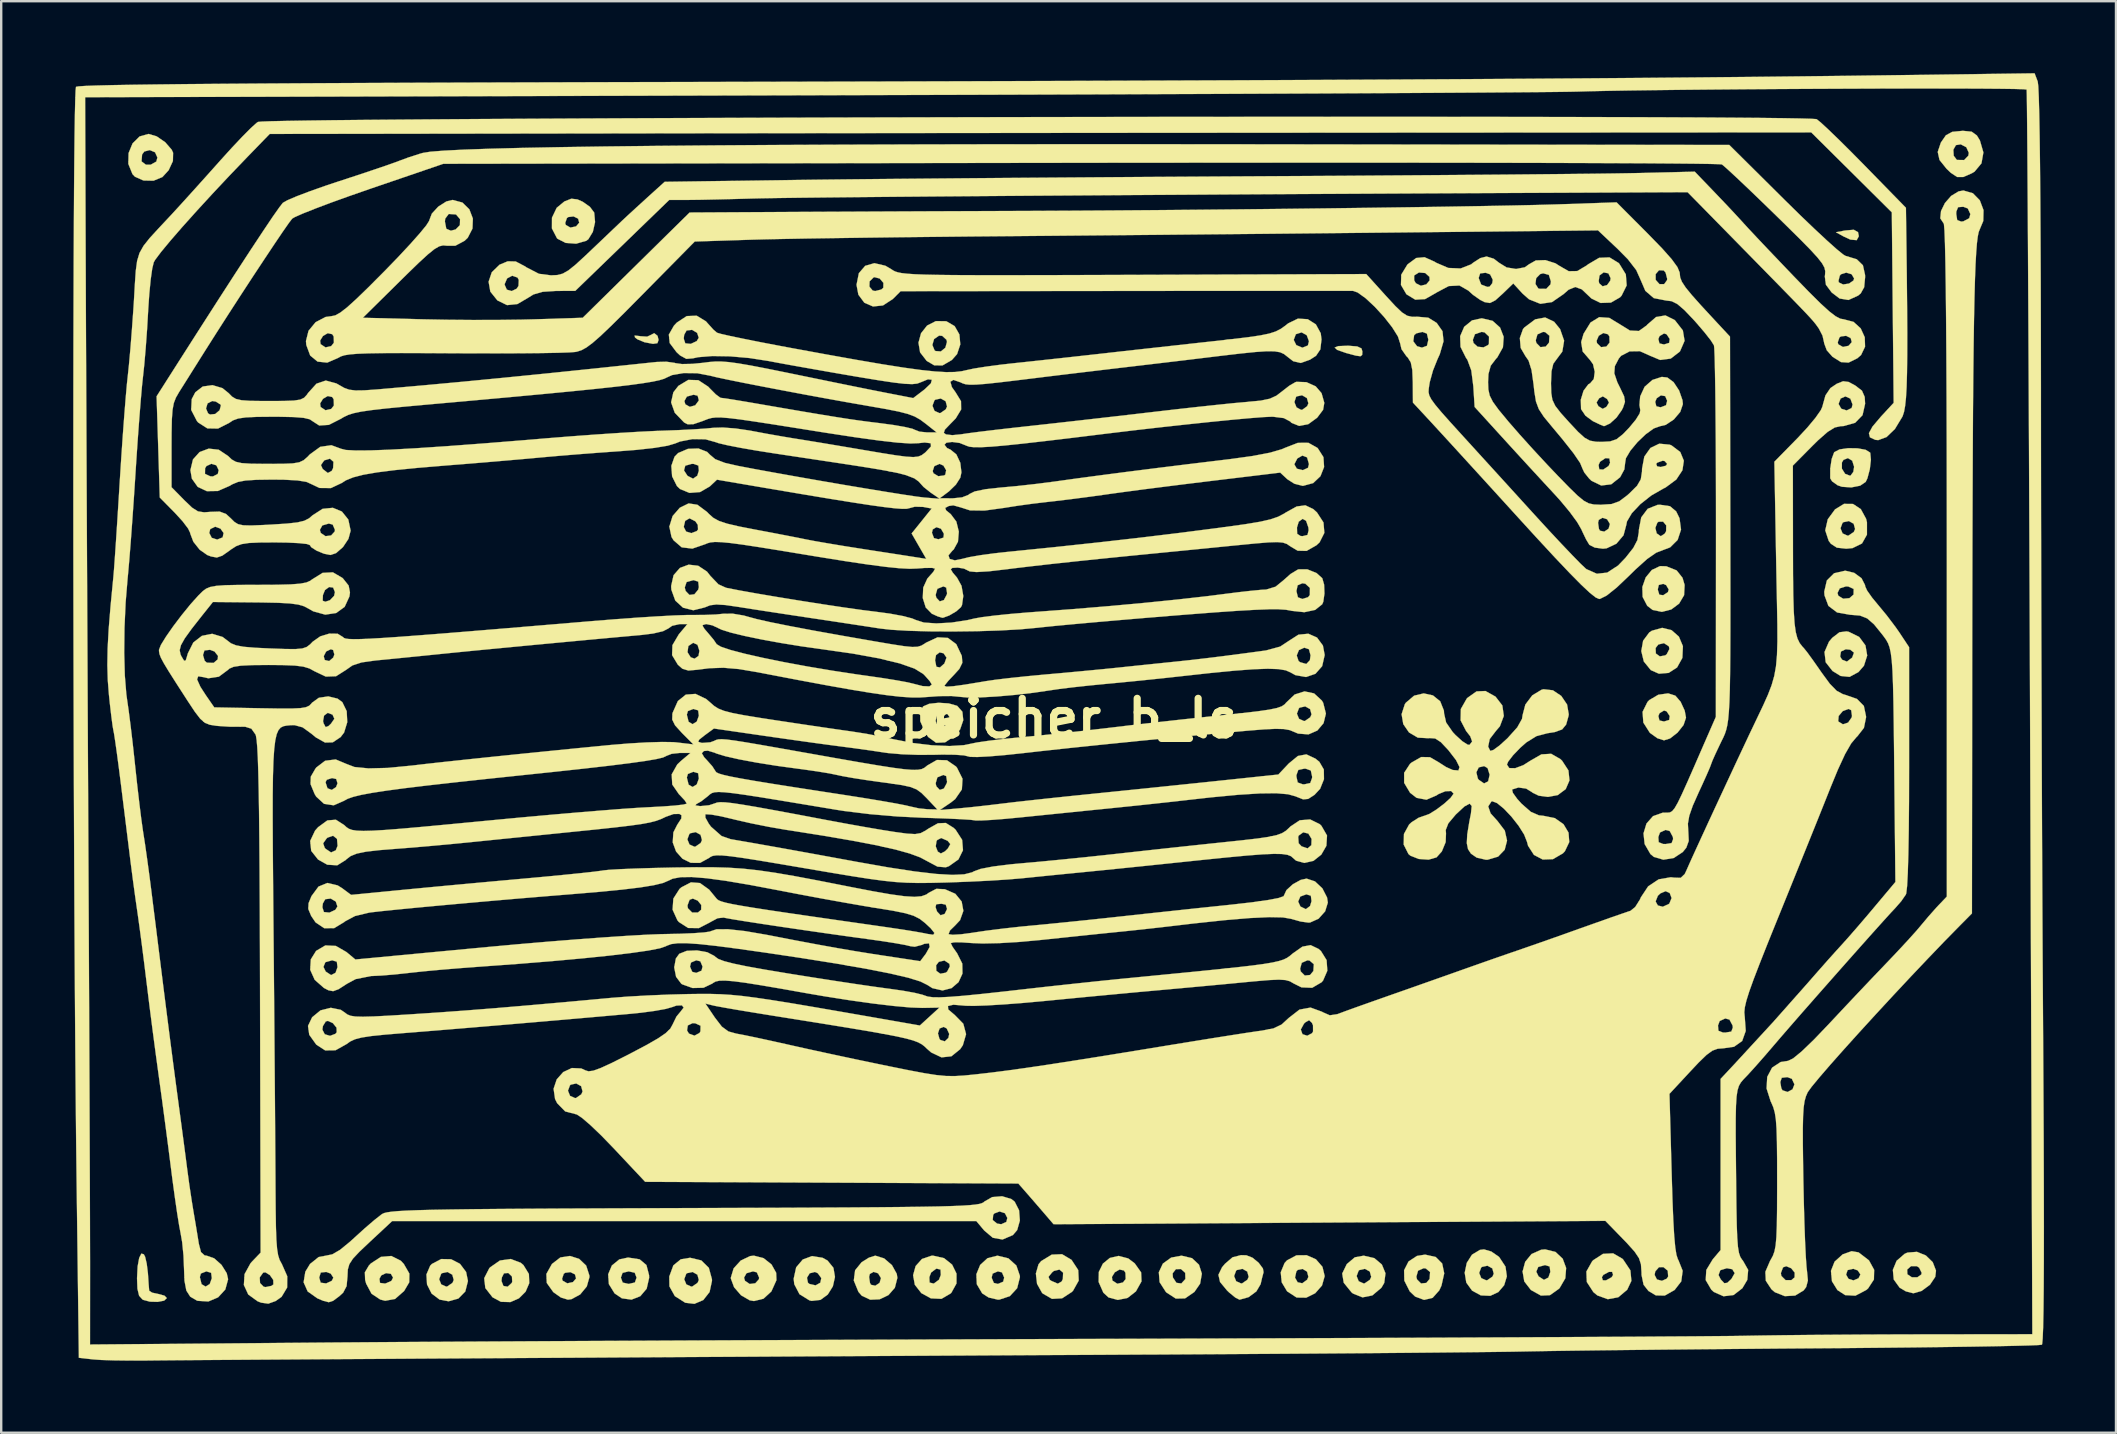
<source format=kicad_pcb>
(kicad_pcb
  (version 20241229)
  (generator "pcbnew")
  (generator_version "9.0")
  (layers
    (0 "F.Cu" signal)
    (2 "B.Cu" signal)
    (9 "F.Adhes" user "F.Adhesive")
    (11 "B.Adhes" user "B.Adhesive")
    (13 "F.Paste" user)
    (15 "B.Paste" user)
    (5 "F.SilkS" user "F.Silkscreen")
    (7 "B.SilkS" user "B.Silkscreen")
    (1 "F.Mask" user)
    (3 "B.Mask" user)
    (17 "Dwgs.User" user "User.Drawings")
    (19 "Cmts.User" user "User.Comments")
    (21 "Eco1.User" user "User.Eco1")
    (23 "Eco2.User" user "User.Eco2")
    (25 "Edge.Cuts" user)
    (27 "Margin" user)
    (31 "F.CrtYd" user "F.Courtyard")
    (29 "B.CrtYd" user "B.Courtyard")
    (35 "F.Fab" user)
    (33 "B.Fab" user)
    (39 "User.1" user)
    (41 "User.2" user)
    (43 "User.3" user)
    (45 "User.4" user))
  (footprint "speicher_b_ls"
    (layer "F.Cu")
    (at 40.889 26.884)
    (property "Reference" "speicher_b_ls" (at 0 0 0) (layer "F.SilkS") (effects (font (size 1.524 1.524) (thickness 0.3))))
    (attr through_hole)
    (fp_poly (pts (xy 33.484 -20.26) (xy 33.518 -20.09) (xy 33.428 -19.927) (xy 33.166 -19.95) (xy 32.878 -20.083) (xy 32.566 -20.257) (xy 32.943 -20.329) (xy 33.309 -20.36) (xy 33.484 -20.26)) (stroke (width 0.01) (type solid)) (fill yes) (layer "F.SilkS"))
    (fp_poly (pts (xy -16.539 -15.94) (xy -16.497 -15.769) (xy -16.545 -15.633) (xy -16.729 -15.606) (xy -17.086 -15.674) (xy -17.368 -15.79) (xy -17.479 -15.872) (xy -17.495 -15.953) (xy -17.279 -15.929) (xy -17.258 -15.924) (xy -16.973 -15.906) (xy -16.823 -15.975) (xy -16.678 -16.051) (xy -16.539 -15.94)) (stroke (width 0.01) (type solid)) (fill yes) (layer "F.SilkS"))
    (fp_poly (pts (xy 12.242 -15.528) (xy 12.618 -15.498) (xy 12.794 -15.415) (xy 12.831 -15.286) (xy 12.822 -15.144) (xy 12.752 -15.089) (xy 12.56 -15.115) (xy 12.183 -15.216) (xy 12.144 -15.227) (xy 11.78 -15.354) (xy 11.675 -15.452) (xy 11.826 -15.512) (xy 12.229 -15.528) (xy 12.242 -15.528)) (stroke (width 0.01) (type solid)) (fill yes) (layer "F.SilkS"))
    (fp_poly (pts (xy -37.945 22.333) (xy -37.892 22.436) (xy -37.826 22.716) (xy -37.776 23.114) (xy -37.769 23.218) (xy -37.745 23.579) (xy -37.725 23.818) (xy -37.721 23.853) (xy -37.597 23.931) (xy -37.347 23.984) (xy -37.086 24.055) (xy -36.987 24.156) (xy -37.099 24.263) (xy -37.367 24.314) (xy -37.692 24.306) (xy -37.971 24.231) (xy -38.002 24.214) (xy -38.142 24.06) (xy -38.212 23.771) (xy -38.229 23.331) (xy -38.204 22.836) (xy -38.139 22.481) (xy -38.048 22.302) (xy -37.945 22.333)) (stroke (width 0.01) (type solid)) (fill yes) (layer "F.SilkS"))
    (fp_poly (pts (xy -17.287 22.541) (xy -17.003 22.779) (xy -16.893 23.202) (xy -16.89 23.314) (xy -16.993 23.766) (xy -17.259 24.078) (xy -17.625 24.221) (xy -18.026 24.166) (xy -18.33 23.96) (xy -18.568 23.574) (xy -18.587 23.305) (xy -18.068 23.305) (xy -17.991 23.51) (xy -17.741 23.567) (xy -17.484 23.506) (xy -17.413 23.305) (xy -17.49 23.1) (xy -17.741 23.043) (xy -17.997 23.105) (xy -18.068 23.305) (xy -18.587 23.305) (xy -18.597 23.164) (xy -18.443 22.798) (xy -18.132 22.544) (xy -17.768 22.467) (xy -17.287 22.541)) (stroke (width 0.01) (type solid)) (fill yes) (layer "F.SilkS"))
    (fp_poly (pts (xy 33.507 22.252) (xy 33.94 22.585) (xy 34.156 22.978) (xy 34.146 23.383) (xy 33.901 23.756) (xy 33.827 23.819) (xy 33.375 24.056) (xy 32.95 24.033) (xy 32.626 23.824) (xy 32.398 23.457) (xy 32.371 23.178) (xy 32.986 23.178) (xy 33.086 23.353) (xy 33.294 23.42) (xy 33.505 23.331) (xy 33.583 23.172) (xy 33.472 23.004) (xy 33.288 22.936) (xy 33.05 22.99) (xy 32.986 23.178) (xy 32.371 23.178) (xy 32.356 23.021) (xy 32.507 22.639) (xy 32.845 22.334) (xy 33.218 22.202) (xy 33.507 22.252)) (stroke (width 0.01) (type solid)) (fill yes) (layer "F.SilkS"))
    (fp_poly (pts (xy -1.919 22.501) (xy -1.588 22.8) (xy -1.442 23.227) (xy -1.44 23.288) (xy -1.555 23.745) (xy -1.86 24.076) (xy -2.296 24.22) (xy -2.357 24.222) (xy -2.741 24.133) (xy -3.011 23.96) (xy -3.236 23.58) (xy -3.248 23.305) (xy -2.619 23.305) (xy -2.526 23.524) (xy -2.357 23.567) (xy -2.138 23.474) (xy -2.095 23.305) (xy -2.187 23.086) (xy -2.357 23.043) (xy -2.576 23.136) (xy -2.619 23.305) (xy -3.248 23.305) (xy -3.254 23.161) (xy -3.096 22.775) (xy -2.79 22.494) (xy -2.377 22.389) (xy -1.919 22.501)) (stroke (width 0.01) (type solid)) (fill yes) (layer "F.SilkS"))
    (fp_poly (pts (xy 5.732 22.493) (xy 6.022 22.765) (xy 6.142 23.14) (xy 6.069 23.555) (xy 5.832 23.9) (xy 5.441 24.169) (xy 5.057 24.177) (xy 4.667 23.924) (xy 4.642 23.9) (xy 4.381 23.494) (xy 4.352 23.126) (xy 4.923 23.126) (xy 4.935 23.297) (xy 5.081 23.52) (xy 5.287 23.547) (xy 5.454 23.364) (xy 5.455 23.362) (xy 5.448 23.104) (xy 5.27 22.946) (xy 5.06 22.952) (xy 4.923 23.126) (xy 4.352 23.126) (xy 4.348 23.08) (xy 4.517 22.719) (xy 4.863 22.469) (xy 5.295 22.389) (xy 5.732 22.493)) (stroke (width 0.01) (type solid)) (fill yes) (layer "F.SilkS"))
    (fp_poly (pts (xy 15.886 22.444) (xy 16.156 22.716) (xy 16.241 23.126) (xy 16.126 23.638) (xy 16.035 23.835) (xy 15.758 24.146) (xy 15.402 24.232) (xy 15.03 24.093) (xy 14.804 23.877) (xy 14.578 23.429) (xy 14.575 23.265) (xy 15.079 23.265) (xy 15.106 23.377) (xy 15.275 23.547) (xy 15.496 23.524) (xy 15.632 23.359) (xy 15.651 23.073) (xy 15.474 22.922) (xy 15.384 22.912) (xy 15.15 23.016) (xy 15.079 23.265) (xy 14.575 23.265) (xy 14.569 22.995) (xy 14.753 22.632) (xy 15.104 22.4) (xy 15.444 22.345) (xy 15.886 22.444)) (stroke (width 0.01) (type solid)) (fill yes) (layer "F.SilkS"))
    (fp_poly (pts (xy 23.666 22.517) (xy 23.698 22.55) (xy 23.999 23.003) (xy 24.04 23.439) (xy 23.866 23.808) (xy 23.494 24.122) (xy 23.058 24.203) (xy 22.623 24.046) (xy 22.456 23.908) (xy 22.183 23.487) (xy 22.174 23.285) (xy 22.81 23.285) (xy 22.849 23.415) (xy 22.985 23.416) (xy 23.214 23.29) (xy 23.277 23.194) (xy 23.238 23.064) (xy 23.102 23.064) (xy 22.872 23.189) (xy 22.81 23.285) (xy 22.174 23.285) (xy 22.165 23.049) (xy 22.403 22.627) (xy 22.448 22.579) (xy 22.858 22.313) (xy 23.279 22.292) (xy 23.666 22.517)) (stroke (width 0.01) (type solid)) (fill yes) (layer "F.SilkS"))
    (fp_poly (pts (xy 25.495 -6.337) (xy 25.926 -6.165) (xy 26.17 -5.859) (xy 26.258 -5.561) (xy 26.236 -5.133) (xy 26.028 -4.781) (xy 25.699 -4.537) (xy 25.311 -4.438) (xy 24.926 -4.518) (xy 24.7 -4.691) (xy 24.508 -5.06) (xy 24.5 -5.368) (xy 25.138 -5.368) (xy 25.204 -5.153) (xy 25.367 -5.131) (xy 25.562 -5.26) (xy 25.596 -5.368) (xy 25.488 -5.553) (xy 25.367 -5.605) (xy 25.182 -5.559) (xy 25.138 -5.368) (xy 24.5 -5.368) (xy 24.497 -5.475) (xy 24.636 -5.872) (xy 24.892 -6.184) (xy 25.234 -6.345) (xy 25.495 -6.337)) (stroke (width 0.01) (type solid)) (fill yes) (layer "F.SilkS"))
    (fp_poly (pts (xy 33.099 -3.607) (xy 33.533 -3.393) (xy 33.794 -3.04) (xy 33.866 -2.618) (xy 33.731 -2.194) (xy 33.503 -1.931) (xy 33.132 -1.729) (xy 32.759 -1.767) (xy 32.422 -1.973) (xy 32.136 -2.339) (xy 32.109 -2.577) (xy 32.739 -2.577) (xy 32.819 -2.444) (xy 33.02 -2.366) (xy 33.239 -2.532) (xy 33.316 -2.74) (xy 33.159 -2.861) (xy 32.972 -2.88) (xy 32.772 -2.785) (xy 32.739 -2.577) (xy 32.109 -2.577) (xy 32.087 -2.765) (xy 32.275 -3.198) (xy 32.411 -3.357) (xy 32.711 -3.588) (xy 33.005 -3.625) (xy 33.099 -3.607)) (stroke (width 0.01) (type solid)) (fill yes) (layer "F.SilkS"))
    (fp_poly (pts (xy -25.141 22.538) (xy -24.772 22.728) (xy -24.517 23.067) (xy -24.44 23.444) (xy -24.55 23.881) (xy -24.84 24.176) (xy -25.247 24.29) (xy -25.621 24.22) (xy -25.955 23.967) (xy -26.145 23.589) (xy -26.158 23.371) (xy -25.641 23.371) (xy -25.553 23.586) (xy -25.347 23.678) (xy -25.304 23.673) (xy -25.085 23.522) (xy -25.032 23.401) (xy -25.092 23.181) (xy -25.294 23.068) (xy -25.523 23.119) (xy -25.557 23.148) (xy -25.641 23.371) (xy -26.158 23.371) (xy -26.17 23.173) (xy -26.013 22.807) (xy -25.946 22.736) (xy -25.555 22.53) (xy -25.141 22.538)) (stroke (width 0.01) (type solid)) (fill yes) (layer "F.SilkS"))
    (fp_poly (pts (xy -22.24 22.685) (xy -22.127 22.781) (xy -21.9 23.151) (xy -21.885 23.535) (xy -22.037 23.889) (xy -22.314 24.166) (xy -22.671 24.323) (xy -23.065 24.312) (xy -23.416 24.123) (xy -23.716 23.738) (xy -23.749 23.444) (xy -23.043 23.444) (xy -22.961 23.652) (xy -22.784 23.681) (xy -22.615 23.525) (xy -22.595 23.479) (xy -22.607 23.256) (xy -22.759 23.11) (xy -22.939 23.125) (xy -23.026 23.295) (xy -23.043 23.444) (xy -23.749 23.444) (xy -23.762 23.325) (xy -23.552 22.915) (xy -23.515 22.874) (xy -23.108 22.591) (xy -22.659 22.527) (xy -22.24 22.685)) (stroke (width 0.01) (type solid)) (fill yes) (layer "F.SilkS"))
    (fp_poly (pts (xy -14.716 22.587) (xy -14.402 22.896) (xy -14.273 23.37) (xy -14.271 23.436) (xy -14.371 23.903) (xy -14.633 24.238) (xy -15.003 24.396) (xy -15.384 24.351) (xy -15.819 24.074) (xy -16.044 23.669) (xy -16.049 23.371) (xy -15.429 23.371) (xy -15.34 23.586) (xy -15.134 23.678) (xy -15.091 23.673) (xy -14.873 23.522) (xy -14.819 23.401) (xy -14.879 23.181) (xy -15.081 23.068) (xy -15.311 23.119) (xy -15.345 23.148) (xy -15.429 23.371) (xy -16.049 23.371) (xy -16.051 23.258) (xy -15.88 22.792) (xy -15.57 22.54) (xy -15.182 22.476) (xy -14.716 22.587)) (stroke (width 0.01) (type solid)) (fill yes) (layer "F.SilkS"))
    (fp_poly (pts (xy -9.663 22.477) (xy -9.456 22.592) (xy -9.21 22.895) (xy -9.146 23.275) (xy -9.234 23.667) (xy -9.445 24.007) (xy -9.75 24.231) (xy -10.119 24.274) (xy -10.212 24.251) (xy -10.625 23.995) (xy -10.842 23.579) (xy -10.867 23.35) (xy -10.858 23.309) (xy -10.313 23.309) (xy -10.274 23.512) (xy -10.211 23.568) (xy -9.953 23.626) (xy -9.757 23.516) (xy -9.716 23.323) (xy -9.864 23.119) (xy -9.985 23.068) (xy -10.2 23.123) (xy -10.313 23.309) (xy -10.858 23.309) (xy -10.763 22.874) (xy -10.488 22.549) (xy -10.102 22.406) (xy -9.663 22.477)) (stroke (width 0.01) (type solid)) (fill yes) (layer "F.SilkS"))
    (fp_poly (pts (xy -4.506 -16.548) (xy -4.159 -16.345) (xy -3.961 -15.997) (xy -3.924 -15.582) (xy -4.058 -15.179) (xy -4.273 -14.935) (xy -4.665 -14.707) (xy -5.011 -14.711) (xy -5.325 -14.896) (xy -5.599 -15.25) (xy -5.652 -15.56) (xy -5.089 -15.56) (xy -4.997 -15.337) (xy -4.955 -15.306) (xy -4.734 -15.29) (xy -4.547 -15.445) (xy -4.479 -15.686) (xy -4.499 -15.776) (xy -4.678 -15.939) (xy -4.81 -15.949) (xy -5.017 -15.805) (xy -5.089 -15.56) (xy -5.652 -15.56) (xy -5.667 -15.654) (xy -5.56 -16.048) (xy -5.308 -16.368) (xy -4.941 -16.554) (xy -4.506 -16.548)) (stroke (width 0.01) (type solid)) (fill yes) (layer "F.SilkS"))
    (fp_poly (pts (xy 3.072 22.504) (xy 3.345 22.71) (xy 3.611 23.086) (xy 3.627 23.46) (xy 3.395 23.876) (xy 3.395 23.877) (xy 3.049 24.148) (xy 2.64 24.233) (xy 2.254 24.13) (xy 2.037 23.931) (xy 1.84 23.484) (xy 1.844 23.276) (xy 2.394 23.276) (xy 2.414 23.424) (xy 2.619 23.559) (xy 2.855 23.505) (xy 2.967 23.362) (xy 2.958 23.103) (xy 2.897 23.007) (xy 2.712 22.966) (xy 2.513 23.083) (xy 2.394 23.276) (xy 1.844 23.276) (xy 1.848 23.067) (xy 2.018 22.72) (xy 2.307 22.484) (xy 2.673 22.399) (xy 3.072 22.504)) (stroke (width 0.01) (type solid)) (fill yes) (layer "F.SilkS"))
    (fp_poly (pts (xy 10.894 22.539) (xy 11.167 22.854) (xy 11.26 23.24) (xy 11.148 23.633) (xy 10.866 23.953) (xy 10.491 24.139) (xy 10.1 24.134) (xy 10.081 24.127) (xy 9.694 23.875) (xy 9.47 23.501) (xy 9.45 23.303) (xy 10.023 23.303) (xy 10.133 23.498) (xy 10.326 23.539) (xy 10.529 23.391) (xy 10.581 23.271) (xy 10.526 23.055) (xy 10.34 22.942) (xy 10.137 22.982) (xy 10.08 23.045) (xy 10.023 23.303) (xy 9.45 23.303) (xy 9.428 23.083) (xy 9.589 22.694) (xy 9.69 22.584) (xy 10.084 22.374) (xy 10.509 22.37) (xy 10.894 22.539)) (stroke (width 0.01) (type solid)) (fill yes) (layer "F.SilkS"))
    (fp_poly (pts (xy 20.88 22.235) (xy 21.178 22.515) (xy 21.321 22.902) (xy 21.287 23.331) (xy 21.051 23.737) (xy 21.02 23.769) (xy 20.644 24.036) (xy 20.27 24.052) (xy 19.854 23.82) (xy 19.853 23.819) (xy 19.577 23.463) (xy 19.507 23.056) (xy 20.076 23.056) (xy 20.171 23.25) (xy 20.396 23.397) (xy 20.58 23.302) (xy 20.663 23.066) (xy 20.634 22.84) (xy 20.442 22.781) (xy 20.158 22.86) (xy 20.076 23.056) (xy 19.507 23.056) (xy 19.506 23.049) (xy 19.615 22.645) (xy 19.881 22.319) (xy 20.28 22.142) (xy 20.449 22.127) (xy 20.88 22.235)) (stroke (width 0.01) (type solid)) (fill yes) (layer "F.SilkS"))
    (fp_poly (pts (xy 25.715 -3.675) (xy 26.02 -3.406) (xy 26.187 -3.009) (xy 26.165 -2.528) (xy 26.162 -2.515) (xy 25.944 -2.122) (xy 25.594 -1.895) (xy 25.188 -1.861) (xy 24.849 -2.011) (xy 24.558 -2.369) (xy 24.452 -2.805) (xy 24.475 -2.933) (xy 25.049 -2.933) (xy 25.059 -2.703) (xy 25.226 -2.583) (xy 25.452 -2.626) (xy 25.514 -2.676) (xy 25.623 -2.888) (xy 25.604 -2.999) (xy 25.399 -3.134) (xy 25.164 -3.079) (xy 25.049 -2.933) (xy 24.475 -2.933) (xy 24.529 -3.236) (xy 24.786 -3.581) (xy 24.891 -3.651) (xy 25.322 -3.772) (xy 25.715 -3.675)) (stroke (width 0.01) (type solid)) (fill yes) (layer "F.SilkS"))
    (fp_poly (pts (xy -37.41 -24.252) (xy -37.053 -24.006) (xy -36.785 -23.697) (xy -36.726 -23.569) (xy -36.734 -23.223) (xy -36.911 -22.841) (xy -37.172 -22.556) (xy -37.542 -22.404) (xy -37.962 -22.413) (xy -38.317 -22.571) (xy -38.42 -22.68) (xy -38.592 -23.105) (xy -38.589 -23.208) (xy -38.041 -23.208) (xy -37.856 -23.069) (xy -37.662 -23.069) (xy -37.425 -23.202) (xy -37.38 -23.371) (xy -37.479 -23.589) (xy -37.699 -23.68) (xy -37.925 -23.621) (xy -38.018 -23.497) (xy -38.041 -23.208) (xy -38.589 -23.208) (xy -38.581 -23.555) (xy -38.415 -23.959) (xy -38.122 -24.248) (xy -37.749 -24.353) (xy -37.41 -24.252)) (stroke (width 0.01) (type solid)) (fill yes) (layer "F.SilkS"))
    (fp_poly (pts (xy -27.237 22.6) (xy -27.112 22.734) (xy -26.881 23.135) (xy -26.887 23.5) (xy -27.099 23.861) (xy -27.477 24.193) (xy -27.889 24.268) (xy -28.093 24.217) (xy -28.456 23.977) (xy -28.681 23.555) (xy -28.724 23.401) (xy -28.726 23.349) (xy -28.127 23.349) (xy -28.105 23.524) (xy -27.904 23.55) (xy -27.867 23.545) (xy -27.63 23.44) (xy -27.56 23.305) (xy -27.652 23.145) (xy -27.853 23.116) (xy -28.05 23.21) (xy -28.127 23.349) (xy -28.726 23.349) (xy -28.736 23.083) (xy -28.568 22.8) (xy -28.486 22.713) (xy -28.067 22.44) (xy -27.632 22.402) (xy -27.237 22.6)) (stroke (width 0.01) (type solid)) (fill yes) (layer "F.SilkS"))
    (fp_poly (pts (xy -12.122 22.492) (xy -11.791 22.754) (xy -11.596 23.102) (xy -11.585 23.41) (xy -11.796 23.879) (xy -12.125 24.182) (xy -12.521 24.28) (xy -12.7 24.249) (xy -13.061 24.039) (xy -13.35 23.705) (xy -13.484 23.345) (xy -13.485 23.307) (xy -12.936 23.307) (xy -12.896 23.436) (xy -12.7 23.569) (xy -12.466 23.539) (xy -12.317 23.375) (xy -12.307 23.305) (xy -12.401 23.085) (xy -12.561 23.043) (xy -12.833 23.121) (xy -12.936 23.307) (xy -13.485 23.307) (xy -13.486 23.305) (xy -13.369 22.918) (xy -13.073 22.592) (xy -12.681 22.406) (xy -12.522 22.389) (xy -12.122 22.492)) (stroke (width 0.01) (type solid)) (fill yes) (layer "F.SilkS"))
    (fp_poly (pts (xy -4.6 22.493) (xy -4.264 22.763) (xy -4.082 23.136) (xy -4.083 23.548) (xy -4.297 23.935) (xy -4.321 23.96) (xy -4.709 24.188) (xy -5.149 24.168) (xy -5.547 23.95) (xy -5.819 23.602) (xy -5.876 23.285) (xy -5.215 23.285) (xy -5.203 23.51) (xy -5.046 23.549) (xy -5.019 23.545) (xy -4.813 23.392) (xy -4.736 23.194) (xy -4.747 22.969) (xy -4.905 22.93) (xy -4.932 22.935) (xy -5.137 23.087) (xy -5.215 23.285) (xy -5.876 23.285) (xy -5.891 23.203) (xy -5.785 22.821) (xy -5.522 22.527) (xy -5.125 22.391) (xy -5.058 22.389) (xy -4.6 22.493)) (stroke (width 0.01) (type solid)) (fill yes) (layer "F.SilkS"))
    (fp_poly (pts (xy -4.405 -0.623) (xy -4.062 -0.525) (xy -4.05 -0.519) (xy -3.837 -0.276) (xy -3.8 0.077) (xy -3.932 0.461) (xy -4.143 0.726) (xy -4.559 1) (xy -4.933 1.017) (xy -5.261 0.777) (xy -5.369 0.622) (xy -5.591 0.123) (xy -5.591 0.091) (xy -4.953 0.091) (xy -4.926 0.203) (xy -4.772 0.379) (xy -4.559 0.307) (xy -4.456 0.202) (xy -4.367 -0.044) (xy -4.487 -0.224) (xy -4.648 -0.262) (xy -4.882 -0.158) (xy -4.953 0.091) (xy -5.591 0.091) (xy -5.598 -0.283) (xy -5.473 -0.498) (xy -5.222 -0.607) (xy -4.829 -0.65) (xy -4.405 -0.623)) (stroke (width 0.01) (type solid)) (fill yes) (layer "F.SilkS"))
    (fp_poly (pts (xy 13.329 22.492) (xy 13.643 22.758) (xy 13.793 23.123) (xy 13.742 23.523) (xy 13.622 23.727) (xy 13.246 24.045) (xy 12.835 24.127) (xy 12.438 23.966) (xy 12.372 23.911) (xy 12.053 23.516) (xy 12.008 23.24) (xy 12.59 23.24) (xy 12.678 23.455) (xy 12.884 23.547) (xy 12.927 23.542) (xy 13.146 23.391) (xy 13.199 23.271) (xy 13.139 23.05) (xy 12.937 22.938) (xy 12.708 22.988) (xy 12.674 23.017) (xy 12.59 23.24) (xy 12.008 23.24) (xy 11.99 23.133) (xy 12.18 22.742) (xy 12.183 22.737) (xy 12.517 22.457) (xy 12.886 22.389) (xy 13.329 22.492)) (stroke (width 0.01) (type solid)) (fill yes) (layer "F.SilkS"))
    (fp_poly (pts (xy 25.871 -0.947) (xy 26.091 -0.693) (xy 26.262 -0.322) (xy 26.316 -0.028) (xy 26.214 0.277) (xy 25.962 0.595) (xy 25.65 0.837) (xy 25.4 0.916) (xy 25.123 0.828) (xy 24.822 0.612) (xy 24.805 0.595) (xy 24.538 0.176) (xy 24.518 -0.098) (xy 25.163 -0.098) (xy 25.209 0.087) (xy 25.4 0.131) (xy 25.615 0.065) (xy 25.637 -0.098) (xy 25.508 -0.293) (xy 25.4 -0.327) (xy 25.215 -0.218) (xy 25.163 -0.098) (xy 24.518 -0.098) (xy 24.506 -0.271) (xy 24.711 -0.684) (xy 24.787 -0.763) (xy 25.16 -0.984) (xy 25.572 -1.042) (xy 25.871 -0.947)) (stroke (width 0.01) (type solid)) (fill yes) (layer "F.SilkS"))
    (fp_poly (pts (xy 33.276 -8.934) (xy 33.601 -8.719) (xy 33.821 -8.315) (xy 33.856 -8.169) (xy 33.856 -7.655) (xy 33.65 -7.289) (xy 33.255 -7.095) (xy 32.994 -7.07) (xy 32.602 -7.113) (xy 32.354 -7.274) (xy 32.262 -7.396) (xy 32.118 -7.833) (xy 32.138 -7.921) (xy 32.753 -7.921) (xy 32.841 -7.706) (xy 33.047 -7.614) (xy 33.09 -7.618) (xy 33.309 -7.769) (xy 33.362 -7.89) (xy 33.302 -8.111) (xy 33.1 -8.223) (xy 32.871 -8.173) (xy 32.837 -8.144) (xy 32.753 -7.921) (xy 32.138 -7.921) (xy 32.223 -8.296) (xy 32.526 -8.709) (xy 32.899 -8.938) (xy 33.276 -8.934)) (stroke (width 0.01) (type solid)) (fill yes) (layer "F.SilkS"))
    (fp_poly (pts (xy 36.311 22.381) (xy 36.598 22.661) (xy 36.733 23.013) (xy 36.703 23.271) (xy 36.481 23.601) (xy 36.132 23.859) (xy 35.791 23.957) (xy 35.481 23.878) (xy 35.218 23.723) (xy 34.972 23.381) (xy 34.935 22.982) (xy 34.942 22.965) (xy 35.532 22.965) (xy 35.54 23.162) (xy 35.54 23.163) (xy 35.724 23.288) (xy 35.959 23.288) (xy 36.12 23.174) (xy 36.136 23.105) (xy 36.03 22.888) (xy 35.931 22.825) (xy 35.693 22.826) (xy 35.532 22.965) (xy 34.942 22.965) (xy 35.092 22.601) (xy 35.425 22.313) (xy 35.542 22.261) (xy 35.938 22.229) (xy 36.311 22.381)) (stroke (width 0.01) (type solid)) (fill yes) (layer "F.SilkS"))
    (fp_poly (pts (xy -19.807 22.522) (xy -19.514 22.801) (xy -19.38 23.216) (xy -19.377 23.282) (xy -19.488 23.672) (xy -19.765 24.007) (xy -20.127 24.202) (xy -20.275 24.222) (xy -20.567 24.132) (xy -20.874 23.915) (xy -20.889 23.9) (xy -21.156 23.524) (xy -21.163 23.353) (xy -20.519 23.353) (xy -20.493 23.432) (xy -20.301 23.541) (xy -20.065 23.49) (xy -19.934 23.338) (xy -19.98 23.168) (xy -20.17 23.075) (xy -20.389 23.102) (xy -20.448 23.145) (xy -20.519 23.353) (xy -21.163 23.353) (xy -21.172 23.15) (xy -20.939 22.734) (xy -20.939 22.734) (xy -20.589 22.463) (xy -20.189 22.401) (xy -19.807 22.522)) (stroke (width 0.01) (type solid)) (fill yes) (layer "F.SilkS"))
    (fp_poly (pts (xy -7.097 22.503) (xy -6.771 22.785) (xy -6.571 23.147) (xy -6.546 23.315) (xy -6.651 23.727) (xy -6.92 24.033) (xy -7.285 24.207) (xy -7.677 24.224) (xy -8.028 24.059) (xy -8.168 23.899) (xy -8.362 23.425) (xy -8.343 23.274) (xy -7.725 23.274) (xy -7.688 23.522) (xy -7.646 23.602) (xy -7.465 23.641) (xy -7.287 23.522) (xy -7.229 23.323) (xy -7.229 23.323) (xy -7.35 23.125) (xy -7.54 23.064) (xy -7.694 23.152) (xy -7.725 23.274) (xy -8.343 23.274) (xy -8.307 22.996) (xy -8.034 22.66) (xy -7.729 22.471) (xy -7.469 22.389) (xy -7.463 22.389) (xy -7.097 22.503)) (stroke (width 0.01) (type solid)) (fill yes) (layer "F.SilkS"))
    (fp_poly (pts (xy 0.709 22.562) (xy 0.714 22.567) (xy 0.99 22.989) (xy 1.011 23.427) (xy 0.775 23.849) (xy 0.726 23.9) (xy 0.317 24.166) (xy -0.104 24.189) (xy -0.488 23.967) (xy -0.519 23.935) (xy -0.726 23.564) (xy -0.759 23.271) (xy -0.248 23.271) (xy -0.201 23.389) (xy -0.131 23.439) (xy 0.139 23.556) (xy 0.299 23.465) (xy 0.349 23.362) (xy 0.36 23.097) (xy 0.207 22.968) (xy -0.027 23.026) (xy -0.099 23.086) (xy -0.248 23.271) (xy -0.759 23.271) (xy -0.775 23.133) (xy -0.664 22.748) (xy -0.556 22.616) (xy -0.115 22.346) (xy 0.316 22.328) (xy 0.709 22.562)) (stroke (width 0.01) (type solid)) (fill yes) (layer "F.SilkS"))
    (fp_poly (pts (xy 18.205 22.217) (xy 18.519 22.435) (xy 18.532 22.448) (xy 18.794 22.845) (xy 18.851 23.251) (xy 18.739 23.62) (xy 18.496 23.906) (xy 18.16 24.062) (xy 17.766 24.044) (xy 17.402 23.846) (xy 17.161 23.512) (xy 17.095 23.109) (xy 17.696 23.109) (xy 17.784 23.324) (xy 17.99 23.416) (xy 18.033 23.412) (xy 18.252 23.261) (xy 18.305 23.14) (xy 18.245 22.919) (xy 18.043 22.807) (xy 17.814 22.857) (xy 17.78 22.886) (xy 17.696 23.109) (xy 17.095 23.109) (xy 17.094 23.102) (xy 17.18 22.69) (xy 17.398 22.348) (xy 17.726 22.149) (xy 17.898 22.127) (xy 18.205 22.217)) (stroke (width 0.01) (type solid)) (fill yes) (layer "F.SilkS"))
    (fp_poly (pts (xy -19.878 -21.625) (xy -19.659 -21.528) (xy -19.359 -21.317) (xy -19.181 -21.08) (xy -19.178 -21.07) (xy -19.143 -20.68) (xy -19.235 -20.273) (xy -19.422 -19.966) (xy -19.51 -19.9) (xy -19.93 -19.78) (xy -20.368 -19.812) (xy -20.708 -19.985) (xy -20.732 -20.01) (xy -20.941 -20.414) (xy -20.94 -20.639) (xy -20.388 -20.639) (xy -20.362 -20.56) (xy -20.171 -20.451) (xy -19.934 -20.501) (xy -19.803 -20.654) (xy -19.849 -20.823) (xy -20.039 -20.916) (xy -20.258 -20.89) (xy -20.317 -20.846) (xy -20.388 -20.639) (xy -20.94 -20.639) (xy -20.939 -20.863) (xy -20.742 -21.275) (xy -20.422 -21.539) (xy -20.132 -21.654) (xy -19.878 -21.625)) (stroke (width 0.01) (type solid)) (fill yes) (layer "F.SilkS"))
    (fp_poly (pts (xy 38.222 -24.446) (xy 38.437 -24.289) (xy 38.563 -24.081) (xy 38.708 -23.581) (xy 38.628 -23.129) (xy 38.34 -22.782) (xy 38.227 -22.714) (xy 37.87 -22.558) (xy 37.612 -22.559) (xy 37.348 -22.735) (xy 37.173 -22.902) (xy 36.879 -23.269) (xy 36.805 -23.602) (xy 36.837 -23.698) (xy 37.456 -23.698) (xy 37.471 -23.444) (xy 37.599 -23.274) (xy 37.609 -23.27) (xy 37.905 -23.265) (xy 38.081 -23.448) (xy 38.1 -23.567) (xy 37.996 -23.798) (xy 37.765 -23.92) (xy 37.564 -23.887) (xy 37.456 -23.698) (xy 36.837 -23.698) (xy 36.932 -23.984) (xy 36.941 -24.001) (xy 37.144 -24.296) (xy 37.408 -24.44) (xy 37.827 -24.481) (xy 37.868 -24.482) (xy 38.222 -24.446)) (stroke (width 0.01) (type solid)) (fill yes) (layer "F.SilkS"))
    (fp_poly (pts (xy 7.995 22.373) (xy 8.25 22.473) (xy 8.508 22.684) (xy 8.686 22.923) (xy 8.713 23.077) (xy 8.648 23.325) (xy 8.59 23.577) (xy 8.412 23.879) (xy 8.083 24.12) (xy 7.715 24.222) (xy 7.709 24.222) (xy 7.538 24.136) (xy 7.278 23.923) (xy 7.191 23.839) (xy 6.899 23.485) (xy 6.844 23.24) (xy 7.484 23.24) (xy 7.572 23.455) (xy 7.778 23.547) (xy 7.821 23.542) (xy 8.04 23.391) (xy 8.093 23.271) (xy 8.033 23.05) (xy 7.831 22.938) (xy 7.601 22.988) (xy 7.568 23.017) (xy 7.484 23.24) (xy 6.844 23.24) (xy 6.831 23.187) (xy 6.982 22.875) (xy 7.103 22.73) (xy 7.419 22.457) (xy 7.77 22.367) (xy 7.995 22.373)) (stroke (width 0.01) (type solid)) (fill yes) (layer "F.SilkS"))
    (fp_poly (pts (xy 33.464 -11.253) (xy 33.802 -11.191) (xy 33.988 -11.075) (xy 33.994 -11.062) (xy 34.021 -10.777) (xy 33.975 -10.381) (xy 33.876 -10.007) (xy 33.804 -9.854) (xy 33.572 -9.696) (xy 33.204 -9.624) (xy 32.815 -9.65) (xy 32.634 -9.712) (xy 32.404 -9.876) (xy 32.325 -10.003) (xy 32.326 -10.407) (xy 32.811 -10.407) (xy 32.946 -10.189) (xy 33.145 -10.113) (xy 33.177 -10.121) (xy 33.288 -10.273) (xy 33.321 -10.483) (xy 33.241 -10.739) (xy 33.062 -10.845) (xy 32.876 -10.77) (xy 32.812 -10.66) (xy 32.811 -10.407) (xy 32.326 -10.407) (xy 32.326 -10.409) (xy 32.386 -10.809) (xy 32.487 -11.081) (xy 32.499 -11.096) (xy 32.716 -11.208) (xy 33.07 -11.259) (xy 33.464 -11.253)) (stroke (width 0.01) (type solid)) (fill yes) (layer "F.SilkS"))
    (fp_poly (pts (xy 25.841 -16.6) (xy 25.859 -16.584) (xy 26.185 -16.165) (xy 26.257 -15.732) (xy 26.07 -15.303) (xy 26.053 -15.28) (xy 25.68 -14.992) (xy 25.24 -14.934) (xy 24.806 -15.115) (xy 24.803 -15.118) (xy 24.395 -15.299) (xy 23.966 -15.293) (xy 23.611 -15.108) (xy 23.517 -14.996) (xy 23.351 -14.677) (xy 23.328 -14.379) (xy 23.453 -14.008) (xy 23.575 -13.761) (xy 23.736 -13.421) (xy 23.773 -13.191) (xy 23.694 -12.953) (xy 23.639 -12.844) (xy 23.42 -12.534) (xy 23.147 -12.287) (xy 22.909 -12.179) (xy 22.888 -12.179) (xy 22.755 -12.233) (xy 22.483 -12.362) (xy 22.433 -12.386) (xy 22.128 -12.61) (xy 21.947 -12.878) (xy 21.942 -12.898) (xy 21.935 -13.161) (xy 22.587 -13.161) (xy 22.666 -13.008) (xy 22.844 -12.898) (xy 22.997 -12.978) (xy 23.107 -13.156) (xy 23.028 -13.308) (xy 22.85 -13.418) (xy 22.697 -13.339) (xy 22.587 -13.161) (xy 21.935 -13.161) (xy 21.931 -13.276) (xy 22.046 -13.653) (xy 22.245 -13.918) (xy 22.321 -13.961) (xy 22.473 -14.14) (xy 22.513 -14.443) (xy 22.442 -14.757) (xy 22.316 -14.932) (xy 22.009 -15.288) (xy 21.947 -15.679) (xy 21.964 -15.737) (xy 22.59 -15.737) (xy 22.607 -15.636) (xy 22.775 -15.469) (xy 22.995 -15.492) (xy 23.13 -15.655) (xy 23.127 -15.81) (xy 25.163 -15.81) (xy 25.209 -15.624) (xy 25.4 -15.58) (xy 25.615 -15.647) (xy 25.637 -15.81) (xy 25.508 -16.004) (xy 25.4 -16.039) (xy 25.215 -15.93) (xy 25.163 -15.81) (xy 23.127 -15.81) (xy 23.125 -15.91) (xy 23.066 -16.003) (xy 22.872 -16.058) (xy 22.681 -15.944) (xy 22.59 -15.737) (xy 21.964 -15.737) (xy 22.047 -16.025) (xy 22.337 -16.495) (xy 22.699 -16.718) (xy 23.119 -16.688) (xy 23.543 -16.431) (xy 23.978 -16.161) (xy 24.351 -16.142) (xy 24.675 -16.373) (xy 24.703 -16.408) (xy 25.07 -16.725) (xy 25.457 -16.791) (xy 25.841 -16.6)) (stroke (width 0.01) (type solid)) (fill yes) (layer "F.SilkS"))
    (fp_poly (pts (xy -1.797 20.029) (xy -1.657 20.14) (xy -1.475 20.498) (xy -1.442 20.927) (xy -1.553 21.321) (xy -1.731 21.53) (xy -2.165 21.716) (xy -2.569 21.643) (xy -2.926 21.341) (xy -3.256 20.948) (xy -27.598 20.948) (xy -28.528 21.814) (xy -28.96 22.223) (xy -29.233 22.514) (xy -29.382 22.743) (xy -29.446 22.965) (xy -29.459 23.238) (xy -29.459 23.244) (xy -29.496 23.657) (xy -29.64 23.931) (xy -29.804 24.081) (xy -30.058 24.27) (xy -30.242 24.329) (xy -30.473 24.269) (xy -30.716 24.166) (xy -31.119 23.88) (xy -31.288 23.499) (xy -31.256 23.305) (xy -30.637 23.305) (xy -30.577 23.515) (xy -30.355 23.545) (xy -30.343 23.543) (xy -30.112 23.436) (xy -30.048 23.305) (xy -30.159 23.136) (xy -30.343 23.067) (xy -30.572 23.091) (xy -30.637 23.293) (xy -30.637 23.305) (xy -31.256 23.305) (xy -31.216 23.057) (xy -31.02 22.734) (xy -30.661 22.446) (xy -30.362 22.389) (xy -30.094 22.334) (xy -29.773 22.149) (xy -29.35 21.803) (xy -29.15 21.621) (xy -28.73 21.24) (xy -28.344 20.909) (xy -28.337 20.904) (xy -2.573 20.904) (xy -2.391 21.052) (xy -2.218 21.079) (xy -2.005 20.983) (xy -1.964 20.818) (xy -2.065 20.619) (xy -2.286 20.547) (xy -2.506 20.629) (xy -2.553 20.687) (xy -2.573 20.904) (xy -28.337 20.904) (xy -28.06 20.685) (xy -28.008 20.649) (xy -27.932 20.614) (xy -27.806 20.583) (xy -27.617 20.556) (xy -27.348 20.532) (xy -26.983 20.511) (xy -26.507 20.493) (xy -25.904 20.477) (xy -25.159 20.464) (xy -24.256 20.452) (xy -23.18 20.442) (xy -21.914 20.433) (xy -20.444 20.425) (xy -18.753 20.418) (xy -16.827 20.411) (xy -15.411 20.406) (xy -13.338 20.399) (xy -11.511 20.393) (xy -9.914 20.386) (xy -8.532 20.379) (xy -7.348 20.371) (xy -6.347 20.361) (xy -5.513 20.35) (xy -4.83 20.338) (xy -4.282 20.322) (xy -3.854 20.305) (xy -3.53 20.284) (xy -3.294 20.26) (xy -3.13 20.233) (xy -3.022 20.201) (xy -2.955 20.166) (xy -2.92 20.134) (xy -2.596 19.948) (xy -2.181 19.913) (xy -1.797 20.029)) (stroke (width 0.01) (type solid)) (fill yes) (layer "F.SilkS"))
    (fp_poly (pts (xy 20.82 -16.528) (xy 21.07 -16.22) (xy 21.237 -15.738) (xy 21.162 -15.284) (xy 20.935 -14.979) (xy 20.786 -14.776) (xy 20.711 -14.464) (xy 20.691 -13.97) (xy 20.691 -13.956) (xy 20.701 -13.56) (xy 20.748 -13.274) (xy 20.868 -13.021) (xy 21.097 -12.726) (xy 21.444 -12.34) (xy 21.819 -11.939) (xy 22.087 -11.696) (xy 22.313 -11.572) (xy 22.561 -11.527) (xy 22.797 -11.521) (xy 23.156 -11.541) (xy 23.421 -11.631) (xy 23.685 -11.84) (xy 23.949 -12.114) (xy 24.223 -12.445) (xy 24.388 -12.712) (xy 24.411 -12.843) (xy 24.376 -13.054) (xy 24.387 -13.189) (xy 25.032 -13.189) (xy 25.08 -13.003) (xy 25.259 -12.962) (xy 25.483 -13.048) (xy 25.531 -13.233) (xy 25.449 -13.427) (xy 25.269 -13.459) (xy 25.094 -13.338) (xy 25.032 -13.189) (xy 24.387 -13.189) (xy 24.404 -13.39) (xy 24.411 -13.428) (xy 24.591 -13.817) (xy 24.917 -14.103) (xy 25.307 -14.229) (xy 25.539 -14.203) (xy 25.799 -14.01) (xy 26.029 -13.661) (xy 26.168 -13.262) (xy 26.186 -13.093) (xy 26.076 -12.77) (xy 25.807 -12.454) (xy 25.47 -12.23) (xy 25.24 -12.176) (xy 24.974 -12.082) (xy 24.639 -11.84) (xy 24.295 -11.512) (xy 24 -11.158) (xy 23.812 -10.841) (xy 23.78 -10.647) (xy 23.747 -10.374) (xy 23.574 -10.054) (xy 23.566 -10.044) (xy 23.199 -9.753) (xy 22.784 -9.703) (xy 22.379 -9.898) (xy 22.281 -9.992) (xy 22.081 -10.24) (xy 21.996 -10.419) (xy 21.996 -10.421) (xy 21.939 -10.559) (xy 22.673 -10.559) (xy 22.701 -10.377) (xy 22.866 -10.366) (xy 23.092 -10.519) (xy 23.152 -10.651) (xy 23.124 -10.833) (xy 22.958 -10.845) (xy 22.733 -10.692) (xy 22.673 -10.559) (xy 21.939 -10.559) (xy 21.903 -10.645) (xy 21.625 -11.052) (xy 21.163 -11.637) (xy 20.734 -12.151) (xy 20.391 -12.567) (xy 20.182 -12.887) (xy 20.064 -13.204) (xy 19.996 -13.617) (xy 19.966 -13.901) (xy 19.879 -14.513) (xy 19.755 -14.909) (xy 19.625 -15.095) (xy 19.427 -15.435) (xy 19.4 -15.752) (xy 20.054 -15.752) (xy 20.082 -15.64) (xy 20.251 -15.469) (xy 20.471 -15.493) (xy 20.608 -15.658) (xy 20.626 -15.943) (xy 20.449 -16.094) (xy 20.359 -16.104) (xy 20.125 -16) (xy 20.054 -15.752) (xy 19.4 -15.752) (xy 19.392 -15.85) (xy 19.523 -16.22) (xy 19.584 -16.292) (xy 20.033 -16.627) (xy 20.448 -16.705) (xy 20.82 -16.528)) (stroke (width 0.01) (type solid)) (fill yes) (layer "F.SilkS"))
    (fp_poly (pts (xy 18.307 -19.153) (xy 18.526 -18.985) (xy 18.838 -18.791) (xy 19.234 -18.726) (xy 19.6 -18.796) (xy 19.77 -18.919) (xy 20.058 -19.082) (xy 20.459 -19.095) (xy 20.875 -18.962) (xy 21.044 -18.854) (xy 21.429 -18.633) (xy 21.784 -18.639) (xy 22.18 -18.875) (xy 22.234 -18.919) (xy 22.696 -19.191) (xy 23.127 -19.209) (xy 23.51 -18.975) (xy 23.532 -18.952) (xy 23.809 -18.501) (xy 23.843 -18.04) (xy 23.631 -17.613) (xy 23.567 -17.544) (xy 23.187 -17.325) (xy 22.755 -17.31) (xy 22.372 -17.498) (xy 22.312 -17.556) (xy 21.975 -17.876) (xy 21.701 -17.975) (xy 21.424 -17.862) (xy 21.212 -17.677) (xy 20.732 -17.346) (xy 20.247 -17.274) (xy 19.776 -17.461) (xy 19.503 -17.703) (xy 19.137 -18.103) (xy 20.042 -18.103) (xy 20.158 -17.919) (xy 20.196 -17.902) (xy 20.492 -17.898) (xy 20.668 -18.084) (xy 20.687 -18.205) (xy 20.682 -18.22) (xy 22.677 -18.22) (xy 22.699 -18.129) (xy 22.841 -18.004) (xy 23.027 -18.055) (xy 23.159 -18.238) (xy 23.174 -18.344) (xy 23.081 -18.544) (xy 22.883 -18.584) (xy 22.712 -18.455) (xy 22.677 -18.22) (xy 20.682 -18.22) (xy 20.601 -18.48) (xy 20.363 -18.546) (xy 20.24 -18.513) (xy 20.073 -18.344) (xy 20.042 -18.103) (xy 19.137 -18.103) (xy 19.119 -18.123) (xy 18.685 -17.703) (xy 18.371 -17.42) (xy 18.146 -17.308) (xy 17.926 -17.344) (xy 17.741 -17.437) (xy 17.436 -17.652) (xy 17.245 -17.826) (xy 16.876 -18.037) (xy 16.43 -18.014) (xy 15.94 -17.756) (xy 15.919 -17.741) (xy 15.444 -17.471) (xy 15.035 -17.447) (xy 14.67 -17.669) (xy 14.664 -17.675) (xy 14.438 -18.062) (xy 14.45 -18.455) (xy 14.988 -18.455) (xy 14.989 -18.253) (xy 15.059 -18.131) (xy 15.267 -18.028) (xy 15.493 -18.084) (xy 15.633 -18.249) (xy 15.629 -18.35) (xy 17.675 -18.35) (xy 17.78 -18.077) (xy 18.04 -17.978) (xy 18.134 -17.992) (xy 18.242 -18.131) (xy 18.264 -18.275) (xy 18.153 -18.501) (xy 17.97 -18.568) (xy 17.738 -18.542) (xy 17.675 -18.35) (xy 15.629 -18.35) (xy 15.627 -18.397) (xy 15.45 -18.557) (xy 15.188 -18.58) (xy 14.988 -18.455) (xy 14.45 -18.455) (xy 14.451 -18.49) (xy 14.702 -18.903) (xy 14.723 -18.925) (xy 15.072 -19.183) (xy 15.421 -19.216) (xy 15.839 -19.029) (xy 15.908 -18.985) (xy 16.412 -18.769) (xy 16.924 -18.747) (xy 17.362 -18.918) (xy 17.444 -18.985) (xy 17.745 -19.179) (xy 18.007 -19.246) (xy 18.307 -19.153)) (stroke (width 0.01) (type solid)) (fill yes) (layer "F.SilkS"))
    (fp_poly (pts (xy 18.256 -16.565) (xy 18.568 -16.286) (xy 18.719 -15.898) (xy 18.688 -15.462) (xy 18.453 -15.041) (xy 18.395 -14.979) (xy 18.179 -14.696) (xy 18.084 -14.35) (xy 18.068 -14.011) (xy 18.08 -13.704) (xy 18.136 -13.451) (xy 18.268 -13.19) (xy 18.507 -12.861) (xy 18.886 -12.403) (xy 18.933 -12.347) (xy 19.39 -11.823) (xy 19.952 -11.2) (xy 20.541 -10.565) (xy 20.97 -10.114) (xy 21.453 -9.618) (xy 21.8 -9.28) (xy 22.055 -9.07) (xy 22.266 -8.958) (xy 22.477 -8.912) (xy 22.733 -8.903) (xy 22.789 -8.903) (xy 23.214 -8.93) (xy 23.533 -9.044) (xy 23.869 -9.296) (xy 23.959 -9.377) (xy 24.276 -9.692) (xy 24.432 -9.961) (xy 24.482 -10.285) (xy 24.484 -10.404) (xy 24.522 -10.605) (xy 25.073 -10.605) (xy 25.113 -10.502) (xy 25.261 -10.474) (xy 25.478 -10.528) (xy 25.531 -10.605) (xy 25.425 -10.723) (xy 25.342 -10.736) (xy 25.119 -10.656) (xy 25.073 -10.605) (xy 24.522 -10.605) (xy 24.579 -10.909) (xy 24.834 -11.268) (xy 25.202 -11.446) (xy 25.636 -11.405) (xy 25.714 -11.373) (xy 26.078 -11.098) (xy 26.226 -10.737) (xy 26.167 -10.339) (xy 25.911 -9.951) (xy 25.466 -9.622) (xy 25.367 -9.573) (xy 24.867 -9.285) (xy 24.412 -8.925) (xy 24.056 -8.547) (xy 23.855 -8.204) (xy 23.829 -8.068) (xy 23.713 -7.63) (xy 23.415 -7.278) (xy 23.008 -7.086) (xy 22.853 -7.07) (xy 22.515 -7.116) (xy 22.292 -7.228) (xy 22.287 -7.234) (xy 22.152 -7.458) (xy 21.988 -7.801) (xy 21.956 -7.875) (xy 21.798 -8.149) (xy 22.651 -8.149) (xy 22.687 -7.901) (xy 22.729 -7.821) (xy 22.91 -7.782) (xy 23.089 -7.901) (xy 23.146 -8.1) (xy 23.146 -8.1) (xy 23.026 -8.298) (xy 22.835 -8.358) (xy 22.681 -8.271) (xy 22.651 -8.149) (xy 21.798 -8.149) (xy 21.78 -8.18) (xy 21.471 -8.601) (xy 21.082 -9.07) (xy 20.861 -9.315) (xy 20.413 -9.799) (xy 19.86 -10.399) (xy 19.273 -11.039) (xy 18.736 -11.627) (xy 17.508 -12.976) (xy 17.453 -13.842) (xy 17.369 -14.498) (xy 17.208 -14.937) (xy 17.144 -15.031) (xy 16.92 -15.479) (xy 16.91 -15.768) (xy 17.433 -15.768) (xy 17.463 -15.64) (xy 17.631 -15.487) (xy 17.881 -15.459) (xy 18.077 -15.564) (xy 18.103 -15.613) (xy 18.107 -15.91) (xy 17.921 -16.085) (xy 17.8 -16.104) (xy 17.521 -16.009) (xy 17.433 -15.768) (xy 16.91 -15.768) (xy 16.905 -15.927) (xy 17.073 -16.316) (xy 17.4 -16.584) (xy 17.806 -16.671) (xy 18.256 -16.565)) (stroke (width 0.01) (type solid)) (fill yes) (layer "F.SilkS"))
    (fp_poly (pts (xy -14.846 -6.359) (xy -14.478 -6.115) (xy -14.338 -5.937) (xy -14 -5.584) (xy -13.682 -5.441) (xy -13.132 -5.333) (xy -12.388 -5.2) (xy -11.513 -5.052) (xy -10.572 -4.899) (xy -9.631 -4.751) (xy -8.752 -4.619) (xy -8.002 -4.513) (xy -7.463 -4.446) (xy -6.858 -4.365) (xy -6.323 -4.266) (xy -5.931 -4.164) (xy -5.782 -4.101) (xy -5.442 -3.993) (xy -4.922 -3.957) (xy -4.296 -3.991) (xy -3.635 -4.092) (xy -3.339 -4.161) (xy -3.027 -4.217) (xy -2.513 -4.282) (xy -1.857 -4.35) (xy -1.118 -4.413) (xy -0.72 -4.442) (xy 0.771 -4.553) (xy 2.289 -4.679) (xy 3.772 -4.815) (xy 5.157 -4.956) (xy 6.381 -5.094) (xy 7.015 -5.175) (xy 7.64 -5.254) (xy 8.071 -5.303) (xy 10.081 -5.303) (xy 10.145 -5.044) (xy 10.332 -4.975) (xy 10.568 -5.05) (xy 10.64 -5.139) (xy 10.644 -5.437) (xy 10.454 -5.611) (xy 10.329 -5.63) (xy 10.133 -5.545) (xy 10.081 -5.303) (xy 8.071 -5.303) (xy 8.202 -5.317) (xy 8.629 -5.358) (xy 8.823 -5.368) (xy 9.214 -5.487) (xy 9.532 -5.746) (xy 9.838 -6.017) (xy 10.133 -6.196) (xy 10.175 -6.211) (xy 10.537 -6.21) (xy 10.92 -6.056) (xy 11.16 -5.839) (xy 11.236 -5.574) (xy 11.25 -5.199) (xy 11.202 -4.86) (xy 11.157 -4.754) (xy 10.864 -4.52) (xy 10.413 -4.424) (xy 9.878 -4.481) (xy 9.848 -4.489) (xy 9.641 -4.526) (xy 9.342 -4.545) (xy 8.926 -4.545) (xy 8.367 -4.524) (xy 7.639 -4.483) (xy 6.716 -4.419) (xy 5.571 -4.331) (xy 4.883 -4.276) (xy 3.771 -4.185) (xy 2.689 -4.093) (xy 1.677 -4.005) (xy 0.779 -3.924) (xy 0.034 -3.854) (xy -0.514 -3.798) (xy -0.72 -3.775) (xy -1.422 -3.71) (xy -2.281 -3.662) (xy -3.236 -3.632) (xy -4.227 -3.62) (xy -5.192 -3.625) (xy -6.07 -3.649) (xy -6.801 -3.692) (xy -7.266 -3.744) (xy -7.736 -3.817) (xy -8.388 -3.916) (xy -9.145 -4.031) (xy -9.93 -4.149) (xy -10.147 -4.181) (xy -10.942 -4.301) (xy -11.745 -4.423) (xy -12.476 -4.535) (xy -13.05 -4.625) (xy -13.158 -4.643) (xy -13.714 -4.723) (xy -14.087 -4.746) (xy -14.351 -4.712) (xy -14.572 -4.624) (xy -15.048 -4.505) (xy -15.476 -4.611) (xy -15.8 -4.908) (xy -15.964 -5.36) (xy -15.969 -5.453) (xy -15.406 -5.453) (xy -15.368 -5.308) (xy -15.209 -5.143) (xy -15.003 -5.171) (xy -14.845 -5.363) (xy -14.818 -5.468) (xy -14.844 -5.698) (xy -15.04 -5.761) (xy -15.329 -5.681) (xy -15.406 -5.453) (xy -15.969 -5.453) (xy -15.973 -5.516) (xy -15.871 -5.967) (xy -15.607 -6.269) (xy -15.244 -6.405) (xy -14.846 -6.359)) (stroke (width 0.01) (type solid)) (fill yes) (layer "F.SilkS"))
    (fp_poly (pts (xy 33.325 -6.064) (xy 33.63 -5.84) (xy 33.777 -5.552) (xy 33.779 -5.509) (xy 33.861 -5.328) (xy 34.072 -5.028) (xy 34.303 -4.748) (xy 34.678 -4.295) (xy 35.052 -3.8) (xy 35.219 -3.56) (xy 35.612 -2.966) (xy 35.612 2.06) (xy 35.609 3.459) (xy 35.598 4.663) (xy 35.581 5.661) (xy 35.558 6.439) (xy 35.529 6.986) (xy 35.494 7.288) (xy 35.478 7.338) (xy 35.288 7.614) (xy 35.051 7.886) (xy 34.86 8.09) (xy 34.526 8.458) (xy 34.078 8.957) (xy 33.547 9.553) (xy 32.961 10.213) (xy 32.35 10.905) (xy 31.743 11.593) (xy 31.169 12.246) (xy 30.659 12.831) (xy 30.241 13.313) (xy 29.982 13.616) (xy 29.585 14.078) (xy 29.192 14.524) (xy 28.878 14.869) (xy 28.837 14.912) (xy 28.705 15.049) (xy 28.6 15.173) (xy 28.52 15.314) (xy 28.462 15.501) (xy 28.422 15.766) (xy 28.399 16.139) (xy 28.388 16.649) (xy 28.387 17.327) (xy 28.394 18.204) (xy 28.405 19.309) (xy 28.406 19.443) (xy 28.417 20.391) (xy 28.431 21.114) (xy 28.451 21.644) (xy 28.48 22.019) (xy 28.522 22.272) (xy 28.578 22.44) (xy 28.653 22.558) (xy 28.685 22.593) (xy 28.906 22.982) (xy 28.87 23.398) (xy 28.664 23.746) (xy 28.3 24.028) (xy 27.879 24.081) (xy 27.475 23.902) (xy 27.369 23.804) (xy 27.137 23.407) (xy 27.149 23.195) (xy 27.671 23.195) (xy 27.761 23.376) (xy 27.913 23.536) (xy 28.035 23.52) (xy 28.207 23.36) (xy 28.345 23.118) (xy 28.244 22.955) (xy 28.019 22.912) (xy 27.745 22.994) (xy 27.671 23.195) (xy 27.149 23.195) (xy 27.162 22.984) (xy 27.429 22.543) (xy 27.757 22.154) (xy 27.757 15.023) (xy 28.323 14.418) (xy 29.949 12.652) (xy 31.357 11.063) (xy 31.798 10.559) (xy 32.234 10.065) (xy 32.601 9.657) (xy 32.752 9.492) (xy 33.049 9.162) (xy 33.449 8.704) (xy 33.89 8.189) (xy 34.139 7.893) (xy 35.041 6.818) (xy 34.998 2.656) (xy 34.985 1.307) (xy 34.972 0.194) (xy 34.958 -0.708) (xy 34.941 -1.425) (xy 34.919 -1.983) (xy 34.889 -2.406) (xy 34.85 -2.721) (xy 34.8 -2.954) (xy 34.736 -3.128) (xy 34.657 -3.271) (xy 34.559 -3.408) (xy 34.497 -3.49) (xy 34.151 -3.917) (xy 33.865 -4.166) (xy 33.565 -4.284) (xy 33.174 -4.316) (xy 33.157 -4.316) (xy 32.611 -4.413) (xy 32.25 -4.687) (xy 32.086 -5.127) (xy 32.081 -5.225) (xy 32.628 -5.225) (xy 32.666 -5.106) (xy 32.866 -4.986) (xy 33.126 -5.009) (xy 33.298 -5.159) (xy 33.302 -5.393) (xy 33.081 -5.494) (xy 32.98 -5.499) (xy 32.722 -5.417) (xy 32.628 -5.225) (xy 32.081 -5.225) (xy 32.077 -5.282) (xy 32.185 -5.747) (xy 32.487 -6.047) (xy 32.951 -6.154) (xy 33.325 -6.064)) (stroke (width 0.01) (type solid)) (fill yes) (layer "F.SilkS"))
    (fp_poly (pts (xy 27.53 -21.897) (xy 27.952 -21.455) (xy 28.346 -21.035) (xy 28.648 -20.707) (xy 28.725 -20.621) (xy 28.926 -20.402) (xy 29.272 -20.033) (xy 29.728 -19.551) (xy 30.259 -18.994) (xy 30.8 -18.428) (xy 31.432 -17.777) (xy 31.915 -17.297) (xy 32.277 -16.966) (xy 32.545 -16.759) (xy 32.745 -16.654) (xy 32.892 -16.628) (xy 33.297 -16.522) (xy 33.596 -16.25) (xy 33.764 -15.882) (xy 33.777 -15.488) (xy 33.61 -15.139) (xy 33.457 -15.006) (xy 33.089 -14.825) (xy 32.774 -14.846) (xy 32.422 -15.066) (xy 32.182 -15.337) (xy 32.077 -15.618) (xy 32.077 -15.626) (xy 32.069 -15.663) (xy 32.637 -15.663) (xy 32.664 -15.585) (xy 32.855 -15.476) (xy 33.092 -15.526) (xy 33.223 -15.679) (xy 33.177 -15.848) (xy 32.987 -15.941) (xy 32.768 -15.914) (xy 32.708 -15.871) (xy 32.637 -15.663) (xy 32.069 -15.663) (xy 32.004 -15.947) (xy 31.854 -16.239) (xy 31.781 -16.343) (xy 31.707 -16.443) (xy 31.611 -16.56) (xy 31.473 -16.715) (xy 31.272 -16.929) (xy 30.988 -17.225) (xy 30.601 -17.623) (xy 30.091 -18.145) (xy 29.436 -18.813) (xy 28.673 -19.591) (xy 26.382 -21.926) (xy 20.228 -21.899) (xy 17.703 -21.887) (xy 15.178 -21.875) (xy 12.668 -21.862) (xy 10.19 -21.849) (xy 7.758 -21.835) (xy 5.388 -21.82) (xy 3.096 -21.806) (xy 0.897 -21.791) (xy -1.194 -21.777) (xy -3.161 -21.762) (xy -4.989 -21.748) (xy -6.661 -21.734) (xy -8.164 -21.72) (xy -9.481 -21.707) (xy -10.596 -21.695) (xy -11.495 -21.683) (xy -12.162 -21.672) (xy -12.559 -21.663) (xy -13.33 -21.642) (xy -14.072 -21.624) (xy -14.716 -21.61) (xy -15.193 -21.604) (xy -15.316 -21.603) (xy -16.052 -21.603) (xy -18.009 -19.709) (xy -19.966 -17.815) (xy -20.767 -17.811) (xy -21.327 -17.775) (xy -21.709 -17.665) (xy -21.89 -17.552) (xy -22.378 -17.264) (xy -22.811 -17.22) (xy -23.213 -17.416) (xy -23.507 -17.782) (xy -23.558 -18.072) (xy -22.912 -18.072) (xy -22.82 -17.864) (xy -22.615 -17.806) (xy -22.407 -17.906) (xy -22.333 -18.024) (xy -22.323 -18.274) (xy -22.376 -18.369) (xy -22.595 -18.445) (xy -22.808 -18.334) (xy -22.912 -18.093) (xy -22.912 -18.072) (xy -23.558 -18.072) (xy -23.58 -18.194) (xy -23.447 -18.589) (xy -23.125 -18.903) (xy -22.781 -19.046) (xy -22.447 -19.038) (xy -22.057 -18.833) (xy -22.003 -18.794) (xy -21.481 -18.525) (xy -20.98 -18.461) (xy -20.717 -18.473) (xy -20.492 -18.531) (xy -20.253 -18.667) (xy -19.949 -18.912) (xy -19.53 -19.298) (xy -19.343 -19.476) (xy -18.883 -19.913) (xy -18.468 -20.309) (xy -18.149 -20.612) (xy -18.002 -20.752) (xy -17.769 -20.969) (xy -17.415 -21.294) (xy -17.014 -21.659) (xy -16.985 -21.686) (xy -16.243 -22.358) (xy -10.707 -22.436) (xy -9.765 -22.448) (xy -8.589 -22.461) (xy -7.207 -22.475) (xy -5.649 -22.489) (xy -3.942 -22.504) (xy -2.116 -22.519) (xy -0.197 -22.533) (xy 1.784 -22.547) (xy 3.801 -22.561) (xy 5.824 -22.573) (xy 7.826 -22.585) (xy 8.195 -22.587) (xy 10.107 -22.598) (xy 11.989 -22.609) (xy 13.818 -22.622) (xy 15.572 -22.634) (xy 17.23 -22.647) (xy 18.769 -22.659) (xy 20.167 -22.672) (xy 21.403 -22.684) (xy 22.454 -22.695) (xy 23.297 -22.706) (xy 23.912 -22.716) (xy 24.122 -22.72) (xy 26.681 -22.781) (xy 27.53 -21.897)) (stroke (width 0.01) (type solid)) (fill yes) (layer "F.SilkS"))
    (fp_poly (pts (xy 38.27 -21.882) (xy 38.559 -21.587) (xy 38.713 -21.179) (xy 38.703 -20.727) (xy 38.553 -20.37) (xy 38.512 -20.267) (xy 38.474 -20.082) (xy 38.439 -19.804) (xy 38.409 -19.421) (xy 38.381 -18.922) (xy 38.357 -18.294) (xy 38.336 -17.527) (xy 38.317 -16.607) (xy 38.301 -15.524) (xy 38.287 -14.265) (xy 38.275 -12.82) (xy 38.266 -11.175) (xy 38.258 -9.32) (xy 38.251 -7.243) (xy 38.246 -4.931) (xy 38.242 -2.374) (xy 38.241 -1.402) (xy 38.231 8.128) (xy 37.74 8.623) (xy 37.107 9.268) (xy 36.414 9.99) (xy 35.683 10.761) (xy 34.94 11.556) (xy 34.208 12.348) (xy 33.511 13.111) (xy 32.873 13.819) (xy 32.318 14.445) (xy 31.871 14.963) (xy 31.554 15.347) (xy 31.392 15.571) (xy 31.385 15.583) (xy 31.312 15.751) (xy 31.257 15.948) (xy 31.218 16.211) (xy 31.195 16.574) (xy 31.184 17.072) (xy 31.185 17.741) (xy 31.196 18.616) (xy 31.206 19.249) (xy 31.226 20.174) (xy 31.25 21.042) (xy 31.278 21.808) (xy 31.308 22.43) (xy 31.338 22.861) (xy 31.356 23.017) (xy 31.395 23.426) (xy 31.324 23.695) (xy 31.22 23.835) (xy 30.866 24.051) (xy 30.434 24.076) (xy 30.02 23.913) (xy 29.874 23.788) (xy 29.641 23.433) (xy 29.626 23.115) (xy 30.269 23.115) (xy 30.288 23.231) (xy 30.465 23.409) (xy 30.706 23.408) (xy 30.841 23.293) (xy 30.845 23.095) (xy 30.698 22.913) (xy 30.494 22.828) (xy 30.359 22.876) (xy 30.269 23.115) (xy 29.626 23.115) (xy 29.624 23.058) (xy 29.822 22.599) (xy 29.852 22.549) (xy 29.939 22.388) (xy 30.004 22.203) (xy 30.051 21.957) (xy 30.082 21.611) (xy 30.101 21.128) (xy 30.11 20.47) (xy 30.113 19.598) (xy 30.113 19.303) (xy 30.112 18.362) (xy 30.104 17.643) (xy 30.088 17.107) (xy 30.06 16.716) (xy 30.016 16.429) (xy 29.954 16.208) (xy 29.871 16.013) (xy 29.843 15.957) (xy 29.673 15.423) (xy 29.688 15.157) (xy 30.244 15.157) (xy 30.288 15.412) (xy 30.336 15.498) (xy 30.55 15.568) (xy 30.755 15.457) (xy 30.834 15.251) (xy 30.726 15.019) (xy 30.539 14.949) (xy 30.306 14.976) (xy 30.244 15.157) (xy 29.688 15.157) (xy 29.7 14.939) (xy 29.903 14.554) (xy 30.26 14.319) (xy 30.569 14.271) (xy 30.778 14.17) (xy 31.137 13.876) (xy 31.633 13.399) (xy 32.209 12.798) (xy 32.803 12.164) (xy 33.445 11.482) (xy 34.064 10.829) (xy 34.588 10.281) (xy 34.654 10.212) (xy 35.12 9.722) (xy 35.556 9.252) (xy 35.908 8.861) (xy 36.095 8.641) (xy 36.424 8.249) (xy 36.764 7.867) (xy 36.823 7.804) (xy 37.184 7.425) (xy 37.184 -6.558) (xy 37.182 -9.071) (xy 37.179 -11.343) (xy 37.173 -13.372) (xy 37.164 -15.156) (xy 37.153 -16.693) (xy 37.14 -17.98) (xy 37.124 -19.015) (xy 37.106 -19.796) (xy 37.086 -20.32) (xy 37.064 -20.586) (xy 37.053 -20.621) (xy 36.912 -20.836) (xy 36.93 -21.014) (xy 37.576 -21.014) (xy 37.617 -20.764) (xy 37.781 -20.701) (xy 37.871 -20.71) (xy 38.117 -20.84) (xy 38.165 -21.014) (xy 38.058 -21.248) (xy 37.871 -21.318) (xy 37.653 -21.301) (xy 37.58 -21.119) (xy 37.576 -21.014) (xy 36.93 -21.014) (xy 36.943 -21.143) (xy 37.106 -21.475) (xy 37.362 -21.769) (xy 37.673 -21.959) (xy 37.875 -21.996) (xy 38.27 -21.882)) (stroke (width 0.01) (type solid)) (fill yes) (layer "F.SilkS"))
    (fp_poly (pts (xy -7.049 -18.862) (xy -6.799 -18.716) (xy -6.724 -18.666) (xy -6.638 -18.622) (xy -6.522 -18.585) (xy -6.36 -18.553) (xy -6.131 -18.528) (xy -5.819 -18.507) (xy -5.404 -18.491) (xy -4.87 -18.48) (xy -4.196 -18.472) (xy -3.366 -18.468) (xy -2.36 -18.466) (xy -1.161 -18.468) (xy 0.249 -18.471) (xy 1.89 -18.476) (xy 3.285 -18.481) (xy 12.992 -18.514) (xy 13.809 -17.609) (xy 14.203 -17.182) (xy 14.48 -16.917) (xy 14.695 -16.779) (xy 14.904 -16.732) (xy 15.122 -16.736) (xy 15.576 -16.696) (xy 15.926 -16.479) (xy 16.169 -16.133) (xy 16.212 -15.712) (xy 16.056 -15.175) (xy 15.96 -14.965) (xy 15.773 -14.497) (xy 15.64 -14.019) (xy 15.618 -13.891) (xy 15.595 -13.729) (xy 15.588 -13.594) (xy 15.618 -13.456) (xy 15.705 -13.289) (xy 15.869 -13.064) (xy 16.13 -12.752) (xy 16.508 -12.327) (xy 17.024 -11.759) (xy 17.598 -11.129) (xy 17.851 -10.851) (xy 18.244 -10.42) (xy 18.74 -9.875) (xy 19.304 -9.255) (xy 19.899 -8.601) (xy 20.013 -8.476) (xy 20.586 -7.851) (xy 21.116 -7.283) (xy 21.571 -6.805) (xy 21.921 -6.447) (xy 22.136 -6.244) (xy 22.168 -6.218) (xy 22.601 -6.026) (xy 23.033 -6.074) (xy 23.484 -6.368) (xy 23.796 -6.692) (xy 24.121 -7.105) (xy 24.292 -7.433) (xy 24.35 -7.763) (xy 24.353 -7.861) (xy 24.367 -7.937) (xy 25.038 -7.937) (xy 25.095 -7.708) (xy 25.259 -7.594) (xy 25.269 -7.594) (xy 25.431 -7.699) (xy 25.487 -7.799) (xy 25.492 -8.041) (xy 25.362 -8.198) (xy 25.175 -8.194) (xy 25.121 -8.153) (xy 25.038 -7.937) (xy 24.367 -7.937) (xy 24.45 -8.374) (xy 24.718 -8.732) (xy 25.125 -8.895) (xy 25.236 -8.901) (xy 25.648 -8.841) (xy 25.906 -8.625) (xy 26.046 -8.338) (xy 26.109 -7.864) (xy 25.967 -7.436) (xy 25.655 -7.126) (xy 25.377 -7.021) (xy 25.073 -6.904) (xy 24.694 -6.64) (xy 24.209 -6.203) (xy 23.959 -5.957) (xy 23.425 -5.449) (xy 23.01 -5.118) (xy 22.732 -4.979) (xy 22.696 -4.975) (xy 22.556 -5.036) (xy 22.313 -5.227) (xy 21.957 -5.56) (xy 21.475 -6.048) (xy 20.855 -6.701) (xy 20.086 -7.532) (xy 19.42 -8.261) (xy 18.672 -9.083) (xy 17.947 -9.879) (xy 17.272 -10.619) (xy 16.674 -11.274) (xy 16.181 -11.812) (xy 15.821 -12.204) (xy 15.684 -12.353) (xy 14.937 -13.158) (xy 14.931 -14.013) (xy 14.911 -14.517) (xy 14.847 -14.835) (xy 14.72 -15.039) (xy 14.664 -15.092) (xy 14.461 -15.383) (xy 14.402 -15.636) (xy 14.378 -15.711) (xy 14.952 -15.711) (xy 15.109 -15.507) (xy 15.314 -15.449) (xy 15.522 -15.524) (xy 15.58 -15.777) (xy 15.518 -16.035) (xy 15.326 -16.104) (xy 15.074 -16.041) (xy 14.987 -15.967) (xy 14.952 -15.711) (xy 14.378 -15.711) (xy 14.311 -15.915) (xy 14.071 -16.298) (xy 13.733 -16.729) (xy 13.347 -17.151) (xy 12.963 -17.509) (xy 12.632 -17.747) (xy 12.442 -17.813) (xy 12.259 -17.814) (xy 11.835 -17.815) (xy 11.194 -17.815) (xy 10.356 -17.815) (xy 9.343 -17.815) (xy 8.178 -17.815) (xy 6.883 -17.814) (xy 5.478 -17.813) (xy 3.986 -17.811) (xy 2.851 -17.81) (xy -6.41 -17.8) (xy -6.734 -17.476) (xy -7.145 -17.207) (xy -7.561 -17.163) (xy -7.923 -17.32) (xy -8.171 -17.655) (xy -8.234 -17.989) (xy -7.712 -17.989) (xy -7.575 -17.828) (xy -7.471 -17.806) (xy -7.218 -17.869) (xy -7.132 -17.943) (xy -7.128 -18.147) (xy -7.282 -18.328) (xy -7.499 -18.384) (xy -7.538 -18.374) (xy -7.704 -18.21) (xy -7.712 -17.989) (xy -8.234 -17.989) (xy -8.248 -18.068) (xy -8.151 -18.55) (xy -7.887 -18.857) (xy -7.505 -18.968) (xy -7.049 -18.862)) (stroke (width 0.01) (type solid)) (fill yes) (layer "F.SilkS"))
    (fp_poly (pts (xy 20.77 -1.17) (xy 21.118 -0.935) (xy 21.36 -0.578) (xy 21.43 -0.171) (xy 21.42 -0.097) (xy 21.32 0.259) (xy 21.154 0.461) (xy 20.848 0.571) (xy 20.539 0.62) (xy 20.085 0.74) (xy 19.665 1) (xy 19.41 1.225) (xy 19.109 1.538) (xy 18.907 1.801) (xy 18.854 1.924) (xy 18.95 2.071) (xy 19.199 2.076) (xy 19.537 1.95) (xy 19.824 1.768) (xy 20.291 1.5) (xy 20.698 1.476) (xy 21.08 1.695) (xy 21.151 1.762) (xy 21.417 2.17) (xy 21.46 2.586) (xy 21.304 2.948) (xy 20.971 3.197) (xy 20.564 3.273) (xy 20.18 3.222) (xy 19.917 3.094) (xy 19.901 3.077) (xy 19.654 2.926) (xy 19.333 2.881) (xy 19.08 2.96) (xy 19.069 2.97) (xy 19.102 3.105) (xy 19.282 3.355) (xy 19.467 3.56) (xy 19.851 3.895) (xy 20.19 4.042) (xy 20.368 4.059) (xy 20.85 4.156) (xy 21.211 4.409) (xy 21.421 4.761) (xy 21.451 5.155) (xy 21.27 5.536) (xy 21.186 5.625) (xy 20.77 5.867) (xy 20.346 5.882) (xy 19.979 5.689) (xy 19.734 5.309) (xy 19.691 5.147) (xy 19.571 4.841) (xy 19.338 4.472) (xy 19.041 4.094) (xy 18.727 3.763) (xy 18.444 3.531) (xy 18.24 3.453) (xy 18.207 3.464) (xy 18.074 3.669) (xy 18.174 3.958) (xy 18.461 4.276) (xy 18.765 4.675) (xy 18.859 5.095) (xy 18.76 5.476) (xy 18.486 5.761) (xy 18.054 5.889) (xy 17.98 5.892) (xy 17.595 5.803) (xy 17.354 5.636) (xy 17.233 5.451) (xy 17.182 5.202) (xy 17.2 4.836) (xy 17.288 4.298) (xy 17.355 3.961) (xy 17.386 3.652) (xy 17.299 3.554) (xy 17.084 3.67) (xy 16.73 3.999) (xy 16.712 4.018) (xy 16.412 4.375) (xy 16.304 4.651) (xy 16.315 4.792) (xy 16.301 5.157) (xy 16.142 5.544) (xy 15.921 5.792) (xy 15.591 5.887) (xy 15.181 5.859) (xy 14.832 5.722) (xy 14.75 5.652) (xy 14.551 5.258) (xy 14.563 4.816) (xy 14.777 4.424) (xy 14.878 4.33) (xy 15.172 4.142) (xy 15.408 4.059) (xy 15.416 4.059) (xy 15.623 3.982) (xy 15.925 3.793) (xy 16.245 3.55) (xy 16.505 3.314) (xy 16.626 3.144) (xy 16.628 3.131) (xy 16.528 3.027) (xy 16.29 3.037) (xy 16.006 3.152) (xy 15.915 3.212) (xy 15.5 3.39) (xy 15.088 3.311) (xy 14.818 3.101) (xy 14.571 2.688) (xy 14.571 2.27) (xy 14.585 2.248) (xy 17.579 2.248) (xy 17.642 2.506) (xy 17.68 2.559) (xy 17.902 2.711) (xy 18.071 2.625) (xy 18.134 2.348) (xy 18.047 2.071) (xy 17.904 1.989) (xy 17.679 2.043) (xy 17.579 2.248) (xy 14.585 2.248) (xy 14.814 1.897) (xy 14.878 1.842) (xy 15.282 1.611) (xy 15.648 1.618) (xy 15.988 1.815) (xy 16.322 2.029) (xy 16.595 2.151) (xy 16.833 2.171) (xy 16.878 2.029) (xy 16.732 1.737) (xy 16.411 1.321) (xy 16.101 0.991) (xy 15.865 0.838) (xy 15.634 0.821) (xy 15.593 0.828) (xy 15.14 0.803) (xy 14.774 0.587) (xy 14.535 0.241) (xy 14.464 -0.172) (xy 14.6 -0.592) (xy 14.641 -0.652) (xy 14.987 -0.946) (xy 15.386 -1.041) (xy 15.771 -0.957) (xy 16.074 -0.711) (xy 16.228 -0.323) (xy 16.235 -0.205) (xy 16.32 0.172) (xy 16.597 0.572) (xy 16.707 0.69) (xy 16.994 0.952) (xy 17.218 1.096) (xy 17.296 1.104) (xy 17.404 0.962) (xy 17.325 0.745) (xy 17.152 0.524) (xy 16.923 0.083) (xy 16.933 -0.39) (xy 17.179 -0.824) (xy 17.211 -0.857) (xy 17.587 -1.124) (xy 17.961 -1.14) (xy 18.377 -0.907) (xy 18.378 -0.907) (xy 18.663 -0.538) (xy 18.724 -0.102) (xy 18.56 0.332) (xy 18.395 0.524) (xy 18.137 0.861) (xy 18.071 1.176) (xy 18.159 1.356) (xy 18.289 1.317) (xy 18.545 1.13) (xy 18.872 0.833) (xy 18.879 0.826) (xy 19.284 0.376) (xy 19.482 0.022) (xy 19.508 -0.141) (xy 19.622 -0.577) (xy 19.911 -0.96) (xy 20.299 -1.194) (xy 20.38 -1.214) (xy 20.77 -1.17)) (stroke (width 0.01) (type solid)) (fill yes) (layer "F.SilkS"))
    (fp_poly (pts (xy 5.132 -23.924) (xy 8.398 -23.921) (xy 28.12 -23.894) (xy 30.428 -21.603) (xy 31.073 -20.969) (xy 31.667 -20.4) (xy 32.182 -19.92) (xy 32.59 -19.555) (xy 32.863 -19.332) (xy 32.963 -19.272) (xy 33.43 -19.131) (xy 33.688 -18.88) (xy 33.778 -18.472) (xy 33.779 -18.381) (xy 33.74 -17.965) (xy 33.596 -17.707) (xy 33.488 -17.617) (xy 33.087 -17.434) (xy 32.716 -17.495) (xy 32.385 -17.748) (xy 32.146 -18.069) (xy 32.124 -18.231) (xy 32.668 -18.231) (xy 32.687 -18.165) (xy 32.864 -18.08) (xy 33.111 -18.119) (xy 33.294 -18.247) (xy 33.321 -18.328) (xy 33.218 -18.506) (xy 32.994 -18.574) (xy 32.775 -18.506) (xy 32.724 -18.447) (xy 32.668 -18.231) (xy 32.124 -18.231) (xy 32.1 -18.413) (xy 32.11 -18.491) (xy 32.118 -18.635) (xy 32.084 -18.784) (xy 31.985 -18.963) (xy 31.799 -19.201) (xy 31.503 -19.525) (xy 31.076 -19.96) (xy 30.495 -20.534) (xy 30.083 -20.938) (xy 29.467 -21.536) (xy 28.907 -22.075) (xy 28.431 -22.525) (xy 28.069 -22.861) (xy 27.851 -23.052) (xy 27.808 -23.084) (xy 27.66 -23.094) (xy 27.263 -23.104) (xy 26.629 -23.113) (xy 25.771 -23.121) (xy 24.7 -23.129) (xy 23.429 -23.135) (xy 21.972 -23.141) (xy 20.339 -23.146) (xy 18.544 -23.15) (xy 16.599 -23.153) (xy 14.516 -23.155) (xy 12.309 -23.157) (xy 9.988 -23.157) (xy 7.567 -23.156) (xy 5.059 -23.154) (xy 2.474 -23.152) (xy 1.077 -23.15) (xy -25.465 -23.109) (xy -28.515 -22.067) (xy -29.37 -21.769) (xy -30.149 -21.489) (xy -30.814 -21.238) (xy -31.331 -21.032) (xy -31.661 -20.885) (xy -31.764 -20.823) (xy -31.895 -20.653) (xy -32.145 -20.295) (xy -32.492 -19.782) (xy -32.914 -19.148) (xy -33.391 -18.426) (xy -33.899 -17.648) (xy -34.417 -16.848) (xy -34.923 -16.059) (xy -35.395 -15.315) (xy -35.475 -15.188) (xy -35.814 -14.649) (xy -36.136 -14.136) (xy -36.394 -13.727) (xy -36.482 -13.587) (xy -36.609 -13.366) (xy -36.696 -13.141) (xy -36.749 -12.856) (xy -36.778 -12.458) (xy -36.789 -11.891) (xy -36.791 -11.366) (xy -36.791 -9.633) (xy -36.257 -9.089) (xy -35.934 -8.78) (xy -35.691 -8.626) (xy -35.434 -8.586) (xy -35.177 -8.605) (xy -34.786 -8.617) (xy -34.52 -8.517) (xy -34.319 -8.333) (xy -34.171 -8.186) (xy -34.02 -8.093) (xy -33.809 -8.046) (xy -33.481 -8.037) (xy -32.979 -8.057) (xy -32.617 -8.076) (xy -31.98 -8.117) (xy -31.547 -8.165) (xy -31.26 -8.234) (xy -31.061 -8.336) (xy -30.914 -8.462) (xy -30.497 -8.731) (xy -30.069 -8.774) (xy -29.692 -8.618) (xy -29.425 -8.285) (xy -29.328 -7.821) (xy -29.42 -7.479) (xy -29.647 -7.138) (xy -29.935 -6.886) (xy -30.167 -6.808) (xy -30.438 -6.861) (xy -30.741 -6.985) (xy -30.969 -7.131) (xy -31.03 -7.222) (xy -31.152 -7.266) (xy -31.483 -7.302) (xy -31.971 -7.325) (xy -32.479 -7.332) (xy -33.124 -7.328) (xy -33.569 -7.308) (xy -33.872 -7.261) (xy -34.096 -7.178) (xy -34.3 -7.048) (xy -34.357 -7.005) (xy -34.676 -6.78) (xy -34.903 -6.702) (xy -35.147 -6.747) (xy -35.304 -6.807) (xy -35.618 -7.027) (xy -35.882 -7.36) (xy -36.009 -7.694) (xy -36.011 -7.721) (xy -36.012 -7.725) (xy -35.22 -7.725) (xy -35.116 -7.524) (xy -34.889 -7.45) (xy -34.661 -7.541) (xy -34.622 -7.723) (xy -34.714 -7.854) (xy -30.611 -7.854) (xy -30.572 -7.725) (xy -30.375 -7.592) (xy -30.142 -7.622) (xy -29.993 -7.785) (xy -29.982 -7.856) (xy -30.076 -8.075) (xy -30.237 -8.118) (xy -30.508 -8.04) (xy -30.611 -7.854) (xy -34.714 -7.854) (xy -34.751 -7.906) (xy -34.972 -7.987) (xy -35.18 -7.887) (xy -35.22 -7.725) (xy -36.012 -7.725) (xy -36.101 -7.91) (xy -36.331 -8.214) (xy -36.649 -8.562) (xy -37.281 -9.203) (xy -37.347 -11.311) (xy -37.414 -13.42) (xy -36.622 -14.664) (xy -35.701 -16.106) (xy -34.869 -17.402) (xy -34.134 -18.54) (xy -33.502 -19.509) (xy -32.98 -20.299) (xy -32.577 -20.899) (xy -32.297 -21.297) (xy -32.153 -21.482) (xy -31.964 -21.589) (xy -31.572 -21.757) (xy -31.021 -21.966) (xy -30.358 -22.2) (xy -29.82 -22.379) (xy -29.086 -22.619) (xy -28.413 -22.844) (xy -27.852 -23.034) (xy -27.454 -23.175) (xy -27.298 -23.234) (xy -26.919 -23.374) (xy -26.453 -23.524) (xy -26.316 -23.563) (xy -26.007 -23.612) (xy -25.437 -23.657) (xy -24.607 -23.699) (xy -23.52 -23.737) (xy -22.175 -23.772) (xy -20.575 -23.803) (xy -18.72 -23.831) (xy -16.612 -23.855) (xy -14.252 -23.876) (xy -11.641 -23.893) (xy -8.781 -23.906) (xy -5.672 -23.916) (xy -2.316 -23.923) (xy 1.285 -23.925) (xy 5.132 -23.924)) (stroke (width 0.01) (type solid)) (fill yes) (layer "F.SilkS"))
    (fp_poly (pts (xy -24.67 -21.494) (xy -24.382 -21.212) (xy -24.235 -20.827) (xy -24.251 -20.409) (xy -24.448 -20.026) (xy -24.58 -19.9) (xy -24.964 -19.695) (xy -25.32 -19.695) (xy -25.475 -19.709) (xy -25.637 -19.67) (xy -25.838 -19.553) (xy -26.111 -19.332) (xy -26.489 -18.985) (xy -27.004 -18.485) (xy -27.26 -18.232) (xy -28.819 -16.693) (xy -26.284 -16.628) (xy -25.304 -16.61) (xy -24.234 -16.601) (xy -23.172 -16.603) (xy -22.213 -16.615) (xy -21.703 -16.628) (xy -19.657 -16.693) (xy -17.43 -18.886) (xy -15.203 -21.079) (xy -10.908 -21.103) (xy -9.766 -21.109) (xy -8.425 -21.115) (xy -6.947 -21.122) (xy -5.394 -21.129) (xy -3.827 -21.135) (xy -2.311 -21.141) (xy -0.982 -21.146) (xy 0.602 -21.154) (xy 2.295 -21.164) (xy 4.069 -21.177) (xy 5.896 -21.193) (xy 7.747 -21.211) (xy 9.595 -21.231) (xy 11.413 -21.253) (xy 13.172 -21.276) (xy 14.844 -21.299) (xy 16.401 -21.323) (xy 17.815 -21.347) (xy 19.06 -21.371) (xy 20.105 -21.394) (xy 20.925 -21.417) (xy 21.106 -21.423) (xy 23.423 -21.502) (xy 24.739 -20.182) (xy 25.321 -19.583) (xy 25.721 -19.131) (xy 25.959 -18.803) (xy 26.052 -18.578) (xy 26.055 -18.541) (xy 26.073 -18.373) (xy 26.146 -18.19) (xy 26.3 -17.956) (xy 26.561 -17.636) (xy 26.956 -17.194) (xy 27.419 -16.693) (xy 28.149 -15.908) (xy 28.16 -9.492) (xy 28.163 -7.674) (xy 28.165 -6.099) (xy 28.166 -4.748) (xy 28.165 -3.602) (xy 28.161 -2.641) (xy 28.153 -1.847) (xy 28.142 -1.201) (xy 28.125 -0.683) (xy 28.102 -0.275) (xy 28.073 0.042) (xy 28.036 0.288) (xy 27.991 0.481) (xy 27.938 0.641) (xy 27.875 0.786) (xy 27.801 0.936) (xy 27.748 1.045) (xy 27.554 1.454) (xy 27.416 1.763) (xy 27.364 1.903) (xy 27.312 2.043) (xy 27.173 2.364) (xy 26.972 2.809) (xy 26.851 3.069) (xy 26.597 3.642) (xy 26.452 4.057) (xy 26.395 4.386) (xy 26.41 4.7) (xy 26.411 4.708) (xy 26.43 5.107) (xy 26.329 5.388) (xy 26.181 5.57) (xy 25.804 5.819) (xy 25.372 5.889) (xy 24.978 5.774) (xy 24.833 5.654) (xy 24.592 5.237) (xy 24.561 4.943) (xy 25.162 4.943) (xy 25.178 5.161) (xy 25.361 5.234) (xy 25.465 5.237) (xy 25.716 5.197) (xy 25.778 5.032) (xy 25.769 4.943) (xy 25.639 4.696) (xy 25.465 4.648) (xy 25.231 4.755) (xy 25.162 4.943) (xy 24.561 4.943) (xy 24.545 4.792) (xy 24.669 4.382) (xy 24.942 4.074) (xy 25.342 3.931) (xy 25.417 3.928) (xy 25.544 3.93) (xy 25.646 3.919) (xy 25.74 3.865) (xy 25.844 3.74) (xy 25.972 3.516) (xy 26.143 3.162) (xy 26.373 2.652) (xy 26.678 1.957) (xy 27.017 1.178) (xy 27.56 -0.065) (xy 27.565 -7.687) (xy 27.564 -9.081) (xy 27.561 -10.401) (xy 27.555 -11.622) (xy 27.546 -12.721) (xy 27.536 -13.674) (xy 27.523 -14.457) (xy 27.51 -15.046) (xy 27.494 -15.417) (xy 27.481 -15.542) (xy 27.354 -15.745) (xy 27.096 -16.075) (xy 26.756 -16.473) (xy 26.647 -16.595) (xy 26.25 -17.012) (xy 25.959 -17.262) (xy 25.718 -17.383) (xy 25.48 -17.413) (xy 24.973 -17.512) (xy 24.621 -17.815) (xy 24.424 -18.274) (xy 25.051 -18.274) (xy 25.051 -18.273) (xy 25.211 -18.094) (xy 25.406 -18.095) (xy 25.526 -18.262) (xy 25.531 -18.322) (xy 25.465 -18.577) (xy 25.389 -18.664) (xy 25.191 -18.673) (xy 25.052 -18.512) (xy 25.051 -18.274) (xy 24.424 -18.274) (xy 24.419 -18.286) (xy 24.242 -18.681) (xy 23.892 -19.133) (xy 23.468 -19.562) (xy 22.649 -20.335) (xy 14.499 -20.249) (xy 12.729 -20.231) (xy 10.76 -20.211) (xy 8.656 -20.19) (xy 6.482 -20.17) (xy 4.301 -20.149) (xy 2.176 -20.13) (xy 0.171 -20.112) (xy -1.65 -20.096) (xy -1.898 -20.094) (xy -3.43 -20.081) (xy -4.949 -20.065) (xy -6.425 -20.049) (xy -7.827 -20.031) (xy -9.121 -20.013) (xy -10.278 -19.996) (xy -11.265 -19.978) (xy -12.051 -19.962) (xy -12.568 -19.948) (xy -14.989 -19.87) (xy -17.218 -17.611) (xy -17.93 -16.892) (xy -18.489 -16.34) (xy -18.919 -15.931) (xy -19.248 -15.644) (xy -19.502 -15.455) (xy -19.708 -15.342) (xy -19.893 -15.282) (xy -19.968 -15.268) (xy -20.221 -15.249) (xy -20.701 -15.233) (xy -21.374 -15.221) (xy -22.205 -15.213) (xy -23.159 -15.209) (xy -24.203 -15.21) (xy -25.011 -15.213) (xy -26.231 -15.22) (xy -27.216 -15.223) (xy -27.994 -15.22) (xy -28.592 -15.21) (xy -29.038 -15.193) (xy -29.358 -15.167) (xy -29.581 -15.131) (xy -29.733 -15.084) (xy -29.842 -15.025) (xy -29.852 -15.019) (xy -30.303 -14.824) (xy -30.706 -14.866) (xy -31.013 -15.119) (xy -31.176 -15.559) (xy -31.19 -15.72) (xy -31.185 -15.741) (xy -30.6 -15.741) (xy -30.579 -15.593) (xy -30.375 -15.458) (xy -30.139 -15.511) (xy -30.026 -15.655) (xy -30.035 -15.913) (xy -30.097 -16.009) (xy -30.282 -16.05) (xy -30.481 -15.934) (xy -30.6 -15.741) (xy -31.185 -15.741) (xy -31.083 -16.15) (xy -30.787 -16.509) (xy -30.372 -16.726) (xy -30.13 -16.759) (xy -29.969 -16.792) (xy -29.76 -16.908) (xy -29.476 -17.127) (xy -29.094 -17.473) (xy -28.585 -17.966) (xy -27.925 -18.628) (xy -27.911 -18.642) (xy -27.346 -19.226) (xy -26.85 -19.758) (xy -26.452 -20.206) (xy -26.178 -20.54) (xy -26.075 -20.701) (xy -25.4 -20.701) (xy -25.342 -20.401) (xy -25.151 -20.321) (xy -24.952 -20.373) (xy -24.776 -20.552) (xy -24.769 -20.801) (xy -24.931 -20.991) (xy -24.954 -21) (xy -25.241 -21.018) (xy -25.388 -20.822) (xy -25.4 -20.701) (xy -26.075 -20.701) (xy -26.058 -20.727) (xy -26.055 -20.743) (xy -25.945 -21.032) (xy -25.677 -21.323) (xy -25.34 -21.539) (xy -25.079 -21.603) (xy -24.67 -21.494)) (stroke (width 0.01) (type solid)) (fill yes) (layer "F.SilkS"))
    (fp_poly (pts (xy 13.699 -25.067) (xy 15.953 -25.066) (xy 18.112 -25.064) (xy 20.164 -25.061) (xy 22.095 -25.057) (xy 23.89 -25.052) (xy 25.536 -25.046) (xy 27.02 -25.039) (xy 28.328 -25.03) (xy 29.446 -25.021) (xy 30.36 -25.01) (xy 31.057 -24.998) (xy 31.524 -24.985) (xy 31.745 -24.971) (xy 31.761 -24.967) (xy 31.929 -24.832) (xy 32.245 -24.54) (xy 32.676 -24.124) (xy 33.188 -23.616) (xy 33.746 -23.051) (xy 35.48 -21.276) (xy 35.496 -20.097) (xy 35.516 -18.518) (xy 35.529 -17.179) (xy 35.536 -16.059) (xy 35.534 -15.138) (xy 35.525 -14.395) (xy 35.508 -13.807) (xy 35.482 -13.355) (xy 35.446 -13.017) (xy 35.401 -12.772) (xy 35.345 -12.599) (xy 35.331 -12.569) (xy 35.021 -12.058) (xy 34.672 -11.722) (xy 34.325 -11.594) (xy 34.201 -11.607) (xy 33.98 -11.711) (xy 33.938 -11.884) (xy 34.085 -12.157) (xy 34.427 -12.561) (xy 34.439 -12.575) (xy 34.969 -13.148) (xy 34.93 -17.117) (xy 34.892 -21.086) (xy 33.213 -22.752) (xy 31.534 -24.418) (xy 13.77 -24.407) (xy 11.292 -24.405) (xy 8.663 -24.403) (xy 5.921 -24.401) (xy 3.101 -24.399) (xy 0.241 -24.396) (xy -2.623 -24.393) (xy -5.454 -24.39) (xy -8.216 -24.387) (xy -10.872 -24.384) (xy -13.386 -24.381) (xy -15.72 -24.378) (xy -17.839 -24.375) (xy -18.347 -24.374) (xy -32.7 -24.353) (xy -33.622 -23.403) (xy -34.357 -22.637) (xy -35.072 -21.875) (xy -35.741 -21.147) (xy -36.34 -20.479) (xy -36.843 -19.9) (xy -37.227 -19.436) (xy -37.467 -19.117) (xy -37.531 -19.008) (xy -37.595 -18.746) (xy -37.66 -18.286) (xy -37.718 -17.689) (xy -37.764 -17.019) (xy -37.767 -16.955) (xy -37.811 -16.2) (xy -37.867 -15.432) (xy -37.926 -14.746) (xy -37.977 -14.271) (xy -38.022 -13.851) (xy -38.077 -13.223) (xy -38.139 -12.439) (xy -38.204 -11.554) (xy -38.267 -10.619) (xy -38.293 -10.212) (xy -38.356 -9.248) (xy -38.423 -8.286) (xy -38.489 -7.386) (xy -38.551 -6.606) (xy -38.604 -6.007) (xy -38.62 -5.844) (xy -38.704 -4.829) (xy -38.752 -3.768) (xy -38.763 -2.732) (xy -38.738 -1.79) (xy -38.675 -1.012) (xy -38.644 -0.786) (xy -38.58 -0.34) (xy -38.499 0.291) (xy -38.411 1.032) (xy -38.326 1.81) (xy -38.303 2.029) (xy -38.22 2.795) (xy -38.133 3.54) (xy -38.052 4.191) (xy -37.984 4.675) (xy -37.968 4.779) (xy -37.897 5.234) (xy -37.808 5.86) (xy -37.712 6.567) (xy -37.639 7.136) (xy -37.557 7.794) (xy -37.451 8.633) (xy -37.334 9.574) (xy -37.213 10.538) (xy -37.123 11.26) (xy -36.999 12.236) (xy -36.863 13.299) (xy -36.726 14.353) (xy -36.6 15.306) (xy -36.528 15.842) (xy -36.422 16.631) (xy -36.318 17.411) (xy -36.226 18.108) (xy -36.156 18.647) (xy -36.138 18.788) (xy -36.052 19.425) (xy -35.948 20.114) (xy -35.876 20.556) (xy -35.785 21.09) (xy -35.701 21.6) (xy -35.653 21.898) (xy -35.564 22.24) (xy -35.412 22.378) (xy -35.327 22.389) (xy -35.014 22.5) (xy -34.708 22.773) (xy -34.491 23.12) (xy -34.434 23.371) (xy -34.55 23.798) (xy -34.849 24.124) (xy -35.257 24.298) (xy -35.699 24.271) (xy -35.741 24.256) (xy -36.012 24.097) (xy -36.174 23.843) (xy -36.252 23.436) (xy -36.258 23.283) (xy -35.612 23.283) (xy -35.539 23.578) (xy -35.373 23.677) (xy -35.2 23.572) (xy -35.112 23.328) (xy -35.141 23.103) (xy -35.341 23.043) (xy -35.569 23.133) (xy -35.612 23.283) (xy -36.258 23.283) (xy -36.27 22.954) (xy -36.293 22.385) (xy -36.349 21.823) (xy -36.41 21.472) (xy -36.474 21.134) (xy -36.56 20.598) (xy -36.657 19.928) (xy -36.758 19.186) (xy -36.8 18.854) (xy -36.917 17.937) (xy -37.052 16.908) (xy -37.188 15.886) (xy -37.311 14.993) (xy -37.32 14.926) (xy -37.44 14.049) (xy -37.575 13.033) (xy -37.708 11.999) (xy -37.823 11.068) (xy -37.832 10.998) (xy -37.929 10.208) (xy -38.029 9.427) (xy -38.121 8.73) (xy -38.196 8.191) (xy -38.216 8.052) (xy -38.302 7.454) (xy -38.399 6.744) (xy -38.487 6.067) (xy -38.493 6.023) (xy -38.559 5.487) (xy -38.648 4.772) (xy -38.749 3.956) (xy -38.853 3.122) (xy -38.891 2.815) (xy -38.983 2.091) (xy -39.068 1.451) (xy -39.14 0.942) (xy -39.191 0.614) (xy -39.21 0.524) (xy -39.247 0.315) (xy -39.3 -0.088) (xy -39.362 -0.619) (xy -39.401 -0.995) (xy -39.448 -1.596) (xy -39.466 -2.219) (xy -39.454 -2.91) (xy -39.41 -3.718) (xy -39.331 -4.69) (xy -39.217 -5.872) (xy -39.215 -5.892) (xy -39.19 -6.184) (xy -39.153 -6.695) (xy -39.106 -7.38) (xy -39.053 -8.197) (xy -38.996 -9.103) (xy -38.952 -9.82) (xy -38.89 -10.797) (xy -38.825 -11.749) (xy -38.76 -12.625) (xy -38.7 -13.375) (xy -38.649 -13.948) (xy -38.621 -14.206) (xy -38.567 -14.718) (xy -38.504 -15.414) (xy -38.441 -16.214) (xy -38.382 -17.039) (xy -38.362 -17.34) (xy -38.319 -18.096) (xy -38.281 -18.652) (xy -38.225 -19.065) (xy -38.126 -19.392) (xy -37.959 -19.69) (xy -37.7 -20.016) (xy -37.323 -20.427) (xy -36.805 -20.98) (xy -36.778 -21.009) (xy -36.413 -21.407) (xy -35.933 -21.937) (xy -35.393 -22.537) (xy -34.853 -23.141) (xy -34.749 -23.258) (xy -34.272 -23.784) (xy -33.838 -24.244) (xy -33.483 -24.601) (xy -33.245 -24.815) (xy -33.19 -24.853) (xy -33.032 -24.868) (xy -32.626 -24.883) (xy -31.986 -24.897) (xy -31.125 -24.911) (xy -30.057 -24.925) (xy -28.795 -24.938) (xy -27.354 -24.95) (xy -25.747 -24.962) (xy -23.988 -24.974) (xy -22.09 -24.985) (xy -20.068 -24.995) (xy -17.934 -25.005) (xy -15.702 -25.014) (xy -13.387 -25.023) (xy -11.002 -25.031) (xy -8.56 -25.038) (xy -6.075 -25.044) (xy -3.562 -25.05) (xy -1.033 -25.055) (xy 1.498 -25.059) (xy 4.017 -25.063) (xy 6.51 -25.065) (xy 8.964 -25.067) (xy 11.365 -25.068) (xy 13.699 -25.067)) (stroke (width 0.01) (type solid)) (fill yes) (layer "F.SilkS"))
    (fp_poly (pts (xy 40.972 -26.536) (xy 40.995 -26.342) (xy 41.016 -25.892) (xy 41.035 -25.193) (xy 41.052 -24.249) (xy 41.067 -23.068) (xy 41.08 -21.655) (xy 41.09 -20.016) (xy 41.098 -18.158) (xy 41.103 -16.086) (xy 41.106 -13.806) (xy 41.106 -13.129) (xy 41.108 -10.902) (xy 41.111 -8.464) (xy 41.117 -5.868) (xy 41.124 -3.164) (xy 41.133 -0.402) (xy 41.142 2.364) (xy 41.153 5.086) (xy 41.165 7.711) (xy 41.178 10.189) (xy 41.192 12.467) (xy 41.195 12.975) (xy 41.209 15.408) (xy 41.22 17.582) (xy 41.226 19.501) (xy 41.229 21.168) (xy 41.227 22.587) (xy 41.221 23.76) (xy 41.211 24.692) (xy 41.197 25.386) (xy 41.178 25.845) (xy 41.156 26.072) (xy 41.145 26.099) (xy 40.994 26.114) (xy 40.604 26.13) (xy 39.994 26.146) (xy 39.186 26.163) (xy 38.201 26.18) (xy 37.061 26.196) (xy 35.787 26.212) (xy 34.4 26.226) (xy 32.922 26.24) (xy 31.797 26.248) (xy 30.171 26.26) (xy 28.547 26.274) (xy 26.958 26.288) (xy 25.433 26.303) (xy 24.005 26.318) (xy 22.702 26.333) (xy 21.557 26.348) (xy 20.601 26.362) (xy 19.863 26.375) (xy 19.639 26.379) (xy 19.082 26.39) (xy 18.286 26.401) (xy 17.275 26.412) (xy 16.071 26.424) (xy 14.699 26.437) (xy 13.182 26.45) (xy 11.542 26.462) (xy 9.804 26.474) (xy 7.989 26.486) (xy 6.123 26.497) (xy 4.227 26.508) (xy 3.666 26.51) (xy 1.467 26.522) (xy -0.81 26.533) (xy -3.149 26.546) (xy -5.533 26.559) (xy -7.947 26.572) (xy -10.373 26.585) (xy -12.797 26.599) (xy -15.202 26.612) (xy -17.572 26.626) (xy -19.89 26.64) (xy -22.141 26.653) (xy -24.309 26.666) (xy -26.376 26.678) (xy -28.327 26.691) (xy -30.147 26.702) (xy -31.818 26.713) (xy -33.325 26.723) (xy -34.651 26.732) (xy -35.78 26.74) (xy -36.697 26.747) (xy -37.385 26.753) (xy -37.827 26.758) (xy -37.838 26.758) (xy -38.53 26.76) (xy -39.185 26.752) (xy -39.727 26.735) (xy -40.064 26.711) (xy -40.653 26.644) (xy -40.749 19.115) (xy -40.767 17.571) (xy -40.783 15.887) (xy -40.799 14.079) (xy -40.813 12.164) (xy -40.826 10.155) (xy -40.838 8.07) (xy -40.848 5.922) (xy -40.857 3.728) (xy -40.865 1.503) (xy -40.871 -0.738) (xy -40.876 -2.979) (xy -40.88 -5.206) (xy -40.883 -7.401) (xy -40.884 -9.551) (xy -40.883 -11.64) (xy -40.882 -13.652) (xy -40.879 -15.571) (xy -40.874 -17.384) (xy -40.869 -19.073) (xy -40.861 -20.624) (xy -40.853 -22.022) (xy -40.843 -23.25) (xy -40.832 -24.294) (xy -40.819 -25.138) (xy -40.804 -25.766) (xy -40.8 -25.883) (xy -40.391 -25.883) (xy -40.37 -19.586) (xy -40.366 -18.63) (xy -40.362 -17.437) (xy -40.356 -16.031) (xy -40.349 -14.436) (xy -40.341 -12.677) (xy -40.333 -10.779) (xy -40.324 -8.765) (xy -40.314 -6.662) (xy -40.304 -4.491) (xy -40.293 -2.28) (xy -40.283 -0.051) (xy -40.272 2.171) (xy -40.266 3.339) (xy -40.256 5.47) (xy -40.246 7.571) (xy -40.236 9.622) (xy -40.227 11.605) (xy -40.219 13.498) (xy -40.211 15.283) (xy -40.205 16.94) (xy -40.199 18.449) (xy -40.194 19.791) (xy -40.19 20.946) (xy -40.188 21.895) (xy -40.186 22.617) (xy -40.186 23.029) (xy -40.188 26.091) (xy -30.208 26.008) (xy -28.966 25.999) (xy -27.483 25.988) (xy -25.783 25.978) (xy -23.885 25.967) (xy -21.813 25.956) (xy -19.588 25.944) (xy -17.231 25.933) (xy -14.764 25.921) (xy -12.21 25.91) (xy -9.589 25.899) (xy -6.924 25.888) (xy -4.237 25.878) (xy -1.548 25.868) (xy 1.12 25.859) (xy 3.142 25.853) (xy 5.635 25.845) (xy 8.079 25.836) (xy 10.46 25.828) (xy 12.764 25.819) (xy 14.975 25.81) (xy 17.077 25.801) (xy 19.058 25.792) (xy 20.901 25.783) (xy 22.591 25.774) (xy 24.114 25.766) (xy 25.456 25.757) (xy 26.6 25.75) (xy 27.532 25.742) (xy 28.237 25.736) (xy 28.701 25.729) (xy 28.804 25.727) (xy 29.493 25.715) (xy 30.394 25.703) (xy 31.456 25.692) (xy 32.629 25.683) (xy 33.862 25.675) (xy 35.106 25.67) (xy 35.921 25.668) (xy 40.747 25.662) (xy 40.652 -0.229) (xy 40.643 -2.814) (xy 40.633 -5.329) (xy 40.623 -7.761) (xy 40.613 -10.098) (xy 40.603 -12.328) (xy 40.593 -14.438) (xy 40.583 -16.416) (xy 40.573 -18.248) (xy 40.564 -19.923) (xy 40.555 -21.428) (xy 40.546 -22.75) (xy 40.538 -23.877) (xy 40.53 -24.797) (xy 40.523 -25.496) (xy 40.517 -25.963) (xy 40.511 -26.185) (xy 40.51 -26.202) (xy 40.374 -26.216) (xy 40.002 -26.227) (xy 39.418 -26.235) (xy 38.647 -26.241) (xy 37.714 -26.245) (xy 36.645 -26.246) (xy 35.465 -26.246) (xy 34.198 -26.243) (xy 32.869 -26.238) (xy 31.504 -26.232) (xy 30.128 -26.224) (xy 28.765 -26.215) (xy 27.442 -26.204) (xy 26.182 -26.192) (xy 25.011 -26.178) (xy 23.954 -26.164) (xy 23.036 -26.148) (xy 22.281 -26.132) (xy 21.799 -26.118) (xy 21.473 -26.111) (xy 20.897 -26.103) (xy 20.084 -26.095) (xy 19.048 -26.087) (xy 17.801 -26.078) (xy 16.355 -26.069) (xy 14.723 -26.059) (xy 12.918 -26.05) (xy 10.953 -26.04) (xy 8.839 -26.031) (xy 6.591 -26.021) (xy 4.22 -26.012) (xy 1.739 -26.002) (xy -0.838 -25.993) (xy -3.501 -25.984) (xy -6.235 -25.976) (xy -9.028 -25.968) (xy -10.343 -25.964) (xy -40.391 -25.883) (xy -40.8 -25.883) (xy -40.789 -26.164) (xy -40.772 -26.316) (xy -40.771 -26.316) (xy -40.665 -26.335) (xy -40.382 -26.354) (xy -39.916 -26.371) (xy -39.262 -26.387) (xy -38.413 -26.402) (xy -37.364 -26.416) (xy -36.109 -26.43) (xy -34.642 -26.442) (xy -32.958 -26.454) (xy -31.05 -26.465) (xy -28.912 -26.476) (xy -26.539 -26.486) (xy -23.926 -26.495) (xy -21.065 -26.503) (xy -17.951 -26.512) (xy -16.091 -26.516) (xy -11.527 -26.527) (xy -7.213 -26.538) (xy -3.139 -26.55) (xy 0.708 -26.563) (xy 4.336 -26.576) (xy 7.759 -26.589) (xy 10.988 -26.604) (xy 14.032 -26.619) (xy 16.904 -26.635) (xy 19.615 -26.652) (xy 22.176 -26.67) (xy 24.598 -26.689) (xy 26.892 -26.709) (xy 29.07 -26.73) (xy 31.142 -26.753) (xy 33.12 -26.776) (xy 34.397 -26.793) (xy 40.841 -26.879) (xy 40.972 -26.536)) (stroke (width 0.01) (type solid)) (fill yes) (layer "F.SilkS"))
    (fp_poly (pts (xy -14.233 6.204) (xy -13.588 6.222) (xy -12.973 6.263) (xy -12.339 6.332) (xy -11.641 6.433) (xy -10.832 6.572) (xy -9.865 6.754) (xy -8.693 6.985) (xy -8.569 7.01) (xy -7.585 7.2) (xy -6.824 7.333) (xy -6.252 7.411) (xy -5.836 7.437) (xy -5.543 7.413) (xy -5.341 7.341) (xy -5.238 7.268) (xy -4.924 7.103) (xy -4.567 7.119) (xy -4.13 7.31) (xy -3.867 7.632) (xy -3.796 8.021) (xy -3.935 8.411) (xy -4.144 8.634) (xy -4.354 8.839) (xy -4.411 8.984) (xy -4.403 8.995) (xy -4.239 9.018) (xy -3.89 8.997) (xy -3.427 8.935) (xy -3.368 8.925) (xy -2.818 8.844) (xy -2.118 8.757) (xy -1.377 8.675) (xy -0.982 8.638) (xy -0.349 8.578) (xy 0.463 8.497) (xy 1.37 8.404) (xy 2.292 8.306) (xy 2.815 8.249) (xy 3.795 8.142) (xy 4.897 8.024) (xy 6.006 7.905) (xy 7.013 7.8) (xy 7.365 7.763) (xy 8.226 7.665) (xy 8.455 7.633) (xy 10.154 7.633) (xy 10.25 7.841) (xy 10.476 7.95) (xy 10.65 7.82) (xy 10.712 7.616) (xy 10.683 7.39) (xy 10.497 7.332) (xy 10.244 7.424) (xy 10.154 7.633) (xy 8.455 7.633) (xy 8.889 7.572) (xy 9.335 7.487) (xy 9.544 7.413) (xy 9.558 7.391) (xy 9.667 7.156) (xy 9.933 6.913) (xy 10.261 6.731) (xy 10.506 6.677) (xy 10.855 6.793) (xy 11.164 7.083) (xy 11.359 7.464) (xy 11.391 7.677) (xy 11.279 8.041) (xy 11.005 8.348) (xy 10.655 8.505) (xy 10.582 8.51) (xy 10.259 8.466) (xy 9.876 8.358) (xy 9.866 8.355) (xy 9.52 8.294) (xy 8.946 8.283) (xy 8.138 8.321) (xy 7.09 8.409) (xy 5.795 8.547) (xy 5.041 8.636) (xy 4.415 8.709) (xy 3.661 8.793) (xy 2.913 8.872) (xy 2.684 8.895) (xy 2.051 8.959) (xy 1.253 9.042) (xy 0.385 9.133) (xy -0.459 9.222) (xy -0.589 9.236) (xy -1.473 9.317) (xy -2.295 9.366) (xy -2.987 9.381) (xy -3.437 9.363) (xy -3.878 9.333) (xy -4.195 9.334) (xy -4.321 9.364) (xy -4.321 9.365) (xy -4.247 9.518) (xy -4.07 9.77) (xy -4.059 9.784) (xy -3.841 10.219) (xy -3.834 10.636) (xy -3.996 10.991) (xy -4.287 11.24) (xy -4.664 11.338) (xy -5.086 11.242) (xy -5.305 11.104) (xy -5.586 10.964) (xy -6.098 10.806) (xy -6.847 10.631) (xy -7.838 10.436) (xy -8.668 10.291) (xy -4.933 10.291) (xy -4.923 10.52) (xy -4.756 10.641) (xy -4.53 10.597) (xy -4.469 10.548) (xy -4.359 10.335) (xy -4.378 10.225) (xy -4.583 10.09) (xy -4.819 10.144) (xy -4.933 10.291) (xy -8.668 10.291) (xy -9.075 10.22) (xy -10.564 9.983) (xy -12.045 9.762) (xy -13.177 9.602) (xy -14.079 9.484) (xy -14.781 9.407) (xy -15.312 9.37) (xy -15.699 9.37) (xy -15.972 9.406) (xy -16.16 9.476) (xy -16.194 9.496) (xy -16.441 9.58) (xy -16.929 9.675) (xy -17.64 9.777) (xy -18.554 9.886) (xy -19.652 9.999) (xy -20.914 10.114) (xy -22.32 10.228) (xy -23.852 10.34) (xy -23.96 10.348) (xy -24.749 10.407) (xy -25.55 10.473) (xy -26.274 10.54) (xy -26.837 10.6) (xy -26.902 10.608) (xy -27.48 10.67) (xy -28.031 10.716) (xy -28.445 10.736) (xy -28.476 10.736) (xy -29.12 10.865) (xy -29.487 11.063) (xy -29.831 11.285) (xy -30.056 11.368) (xy -30.254 11.331) (xy -30.441 11.233) (xy -30.826 10.895) (xy -31.013 10.478) (xy -31.006 10.356) (xy -30.462 10.356) (xy -30.367 10.55) (xy -30.142 10.697) (xy -29.958 10.602) (xy -29.875 10.366) (xy -29.904 10.14) (xy -30.097 10.081) (xy -30.381 10.16) (xy -30.462 10.356) (xy -31.006 10.356) (xy -30.988 10.044) (xy -30.768 9.689) (xy -30.381 9.461) (xy -29.944 9.482) (xy -29.502 9.737) (xy -29.131 10.047) (xy -23.632 9.528) (xy -22.373 9.413) (xy -21.122 9.306) (xy -19.919 9.21) (xy -18.805 9.128) (xy -17.82 9.062) (xy -17.004 9.015) (xy -16.397 8.991) (xy -16.279 8.989) (xy -15.605 8.975) (xy -15.027 8.951) (xy -14.593 8.919) (xy -14.354 8.883) (xy -14.326 8.87) (xy -14.08 8.788) (xy -13.6 8.786) (xy -12.899 8.863) (xy -11.99 9.019) (xy -11.965 9.024) (xy -10.824 9.245) (xy -9.877 9.423) (xy -9.063 9.57) (xy -8.319 9.697) (xy -7.584 9.816) (xy -7.085 9.892) (xy -5.593 10.118) (xy -5.36 9.809) (xy -5.2 9.524) (xy -5.227 9.375) (xy -5.427 9.394) (xy -5.517 9.437) (xy -5.819 9.516) (xy -5.997 9.495) (xy -6.215 9.443) (xy -6.624 9.369) (xy -7.158 9.285) (xy -7.526 9.233) (xy -8.508 9.098) (xy -9.503 8.958) (xy -10.476 8.818) (xy -11.39 8.684) (xy -12.207 8.561) (xy -12.892 8.455) (xy -13.408 8.372) (xy -13.717 8.316) (xy -13.781 8.301) (xy -14.037 8.328) (xy -14.342 8.491) (xy -14.355 8.501) (xy -14.819 8.74) (xy -15.264 8.734) (xy -15.651 8.486) (xy -15.712 8.414) (xy -15.913 7.971) (xy -15.901 7.797) (xy -15.294 7.797) (xy -15.275 7.912) (xy -15.098 8.09) (xy -14.857 8.09) (xy -14.722 7.974) (xy -14.718 7.776) (xy -14.865 7.594) (xy -15.069 7.509) (xy -15.204 7.558) (xy -15.294 7.797) (xy -15.901 7.797) (xy -15.881 7.51) (xy -15.624 7.108) (xy -15.545 7.04) (xy -15.147 6.833) (xy -14.77 6.862) (xy -14.389 7.136) (xy -14.101 7.486) (xy -14.058 7.536) (xy -13.991 7.583) (xy -13.878 7.629) (xy -13.7 7.68) (xy -13.434 7.738) (xy -13.062 7.806) (xy -12.561 7.889) (xy -11.911 7.99) (xy -11.091 8.112) (xy -10.08 8.259) (xy -8.859 8.435) (xy -7.405 8.643) (xy -6.913 8.714) (xy -6.326 8.801) (xy -5.805 8.885) (xy -5.426 8.953) (xy -5.309 8.979) (xy -5.052 9.017) (xy -5.002 8.943) (xy -5.162 8.742) (xy -5.394 8.526) (xy -5.613 8.355) (xy -5.869 8.225) (xy -6.218 8.119) (xy -6.719 8.017) (xy -7.325 7.918) (xy -7.673 7.861) (xy -4.957 7.861) (xy -4.894 8.047) (xy -4.747 8.204) (xy -4.575 8.149) (xy -4.475 7.943) (xy -4.53 7.763) (xy -4.704 7.725) (xy -4.925 7.745) (xy -4.957 7.861) (xy -7.673 7.861) (xy -7.95 7.816) (xy -8.759 7.675) (xy -9.676 7.51) (xy -10.629 7.332) (xy -11.456 7.173) (xy -12.692 6.939) (xy -13.699 6.769) (xy -14.5 6.661) (xy -15.119 6.611) (xy -15.581 6.618) (xy -15.909 6.68) (xy -16.076 6.758) (xy -16.307 6.858) (xy -16.694 6.952) (xy -17.257 7.044) (xy -18.019 7.136) (xy -19 7.232) (xy -20.163 7.329) (xy -21.211 7.414) (xy -22.317 7.506) (xy -23.441 7.603) (xy -24.547 7.701) (xy -25.596 7.796) (xy -26.55 7.885) (xy -27.37 7.965) (xy -28.018 8.031) (xy -28.457 8.081) (xy -28.554 8.094) (xy -29.145 8.236) (xy -29.561 8.457) (xy -29.593 8.486) (xy -30.014 8.741) (xy -30.427 8.744) (xy -30.79 8.501) (xy -30.974 8.23) (xy -31.093 7.944) (xy -31.089 7.873) (xy -30.506 7.873) (xy -30.441 8.07) (xy -30.213 8.094) (xy -29.965 7.978) (xy -29.879 7.839) (xy -29.947 7.633) (xy -30.158 7.508) (xy -30.387 7.536) (xy -30.486 7.713) (xy -30.506 7.873) (xy -31.089 7.873) (xy -31.081 7.701) (xy -30.96 7.406) (xy -30.667 7.009) (xy -30.296 6.858) (xy -29.871 6.959) (xy -29.688 7.073) (xy -29.308 7.355) (xy -27.125 7.142) (xy -26.285 7.062) (xy -25.271 6.966) (xy -24.168 6.864) (xy -23.063 6.763) (xy -22.061 6.673) (xy -21.198 6.594) (xy -20.403 6.517) (xy -19.722 6.448) (xy -19.196 6.39) (xy -18.872 6.348) (xy -18.81 6.337) (xy -18.567 6.311) (xy -18.11 6.284) (xy -17.484 6.258) (xy -16.736 6.235) (xy -15.913 6.216) (xy -15.798 6.214) (xy -14.954 6.203) (xy -14.233 6.204)) (stroke (width 0.01) (type solid)) (fill yes) (layer "F.SilkS"))
    (fp_poly (pts (xy -29.667 -5.85) (xy -29.647 -5.83) (xy -29.411 -5.534) (xy -29.356 -5.245) (xy -29.379 -5.079) (xy -29.577 -4.647) (xy -29.931 -4.39) (xy -30.385 -4.322) (xy -30.888 -4.461) (xy -31.077 -4.569) (xy -31.268 -4.671) (xy -31.512 -4.742) (xy -31.857 -4.789) (xy -32.354 -4.816) (xy -33.051 -4.83) (xy -33.259 -4.832) (xy -35.067 -4.849) (xy -35.514 -4.29) (xy -35.952 -3.733) (xy -36.24 -3.334) (xy -36.399 -3.05) (xy -36.452 -2.842) (xy -36.418 -2.667) (xy -36.381 -2.589) (xy -36.268 -2.401) (xy -36.199 -2.417) (xy -36.13 -2.639) (xy -35.481 -2.639) (xy -35.41 -2.399) (xy -35.318 -2.321) (xy -35.037 -2.311) (xy -34.867 -2.459) (xy -34.856 -2.59) (xy -30.45 -2.59) (xy -30.407 -2.432) (xy -30.223 -2.388) (xy -30.054 -2.533) (xy -30.006 -2.662) (xy -30.058 -2.848) (xy -30.155 -2.88) (xy -30.349 -2.787) (xy -30.45 -2.59) (xy -34.856 -2.59) (xy -34.854 -2.602) (xy -35.001 -2.787) (xy -35.188 -2.857) (xy -35.419 -2.831) (xy -35.481 -2.639) (xy -36.13 -2.639) (xy -36.124 -2.66) (xy -36.11 -2.711) (xy -35.884 -3.161) (xy -35.525 -3.439) (xy -35.097 -3.524) (xy -34.664 -3.393) (xy -34.48 -3.255) (xy -34.315 -3.128) (xy -34.101 -3.042) (xy -33.784 -2.983) (xy -33.309 -2.943) (xy -32.704 -2.914) (xy -32.063 -2.891) (xy -31.628 -2.887) (xy -31.346 -2.912) (xy -31.161 -2.974) (xy -31.018 -3.082) (xy -30.909 -3.195) (xy -30.594 -3.417) (xy -30.217 -3.532) (xy -29.87 -3.527) (xy -29.645 -3.387) (xy -29.644 -3.386) (xy -29.607 -3.351) (xy -29.531 -3.324) (xy -29.401 -3.307) (xy -29.199 -3.3) (xy -28.907 -3.304) (xy -28.51 -3.321) (xy -27.99 -3.351) (xy -27.329 -3.396) (xy -26.512 -3.457) (xy -25.52 -3.534) (xy -24.338 -3.63) (xy -22.947 -3.745) (xy -21.332 -3.88) (xy -19.475 -4.036) (xy -19.246 -4.055) (xy -18.297 -4.131) (xy -17.38 -4.198) (xy -16.544 -4.251) (xy -15.841 -4.289) (xy -15.32 -4.307) (xy -15.122 -4.308) (xy -14.59 -4.31) (xy -14.103 -4.329) (xy -13.794 -4.36) (xy -13.407 -4.363) (xy -12.944 -4.285) (xy -12.812 -4.247) (xy -12.423 -4.141) (xy -11.839 -4.009) (xy -11.049 -3.85) (xy -10.037 -3.659) (xy -8.792 -3.436) (xy -7.468 -3.205) (xy -6.762 -3.085) (xy -6.265 -3.009) (xy -5.93 -2.975) (xy -5.707 -2.983) (xy -5.548 -3.031) (xy -5.404 -3.117) (xy -5.353 -3.153) (xy -4.871 -3.377) (xy -4.439 -3.352) (xy -4.092 -3.093) (xy -3.865 -2.613) (xy -3.859 -2.589) (xy -3.839 -2.315) (xy -3.964 -2.06) (xy -4.176 -1.826) (xy -4.423 -1.565) (xy -4.567 -1.385) (xy -4.582 -1.351) (xy -4.495 -1.322) (xy -4.219 -1.339) (xy -3.733 -1.406) (xy -3.016 -1.524) (xy -2.88 -1.548) (xy -2.471 -1.608) (xy -1.878 -1.679) (xy -1.178 -1.753) (xy -0.448 -1.822) (xy -0.393 -1.827) (xy 0.407 -1.898) (xy 1.251 -1.977) (xy 2.035 -2.052) (xy 2.619 -2.111) (xy 3.355 -2.189) (xy 4.174 -2.274) (xy 4.92 -2.351) (xy 5.041 -2.363) (xy 5.768 -2.441) (xy 6.523 -2.53) (xy 7.248 -2.621) (xy 10.094 -2.621) (xy 10.17 -2.394) (xy 10.232 -2.342) (xy 10.494 -2.266) (xy 10.643 -2.422) (xy 10.671 -2.629) (xy 10.604 -2.881) (xy 10.411 -2.946) (xy 10.186 -2.845) (xy 10.094 -2.621) (xy 7.248 -2.621) (xy 7.373 -2.637) (xy 8.388 -2.772) (xy 8.817 -2.831) (xy 9.405 -2.991) (xy 9.761 -3.226) (xy 10.166 -3.487) (xy 10.579 -3.527) (xy 10.94 -3.368) (xy 11.186 -3.035) (xy 11.26 -2.641) (xy 11.154 -2.174) (xy 10.875 -1.858) (xy 10.483 -1.723) (xy 10.04 -1.801) (xy 9.835 -1.915) (xy 9.639 -2.002) (xy 9.331 -2.053) (xy 8.886 -2.068) (xy 8.279 -2.046) (xy 7.485 -1.986) (xy 6.479 -1.888) (xy 5.368 -1.766) (xy 4.531 -1.674) (xy 3.587 -1.576) (xy 2.675 -1.486) (xy 2.16 -1.438) (xy 1.462 -1.37) (xy 0.781 -1.296) (xy 0.204 -1.225) (xy -0.131 -1.176) (xy -0.867 -1.068) (xy -1.644 -0.978) (xy -2.4 -0.912) (xy -3.076 -0.874) (xy -3.609 -0.868) (xy -3.924 -0.896) (xy -4.291 -0.931) (xy -4.801 -0.927) (xy -5.299 -0.891) (xy -5.614 -0.87) (xy -5.981 -0.872) (xy -6.424 -0.902) (xy -6.968 -0.964) (xy -7.639 -1.06) (xy -8.461 -1.195) (xy -9.46 -1.372) (xy -10.661 -1.595) (xy -12.088 -1.868) (xy -12.373 -1.923) (xy -13.155 -2.055) (xy -13.79 -2.109) (xy -14.378 -2.09) (xy -14.877 -2.026) (xy -15.257 -1.993) (xy -15.505 -2.069) (xy -15.695 -2.238) (xy -15.934 -2.635) (xy -15.929 -2.756) (xy -15.291 -2.756) (xy -15.158 -2.545) (xy -14.995 -2.488) (xy -14.833 -2.601) (xy -14.795 -2.815) (xy -14.875 -3.067) (xy -15.055 -3.149) (xy -15.246 -3.022) (xy -15.257 -3.005) (xy -15.291 -2.756) (xy -15.929 -2.756) (xy -15.919 -3.051) (xy -15.65 -3.507) (xy -15.634 -3.525) (xy -15.35 -3.862) (xy -14.664 -3.862) (xy -14.584 -3.729) (xy -14.435 -3.556) (xy -14.199 -3.273) (xy -14.075 -3.09) (xy -13.899 -2.985) (xy -13.498 -2.85) (xy -12.904 -2.694) (xy -12.15 -2.523) (xy -11.271 -2.344) (xy -10.299 -2.164) (xy -9.267 -1.99) (xy -8.21 -1.829) (xy -7.79 -1.77) (xy -7.146 -1.677) (xy -6.57 -1.584) (xy -6.128 -1.503) (xy -5.892 -1.447) (xy -5.494 -1.345) (xy -5.212 -1.332) (xy -5.11 -1.407) (xy -5.198 -1.554) (xy -5.411 -1.794) (xy -5.47 -1.852) (xy -5.828 -2.073) (xy -6.439 -2.288) (xy -6.989 -2.422) (xy -4.975 -2.422) (xy -4.921 -2.151) (xy -4.771 -2.122) (xy -4.587 -2.286) (xy -4.498 -2.533) (xy -4.621 -2.712) (xy -4.787 -2.749) (xy -4.936 -2.635) (xy -4.975 -2.422) (xy -6.989 -2.422) (xy -7.295 -2.497) (xy -8.387 -2.696) (xy -9.689 -2.882) (xy -10.549 -3.003) (xy -11.406 -3.142) (xy -12.212 -3.289) (xy -12.923 -3.437) (xy -13.491 -3.575) (xy -13.868 -3.694) (xy -13.972 -3.743) (xy -14.255 -3.876) (xy -14.515 -3.93) (xy -14.658 -3.888) (xy -14.664 -3.862) (xy -15.35 -3.862) (xy -15.295 -3.928) (xy -15.618 -3.928) (xy -15.93 -3.858) (xy -16.094 -3.744) (xy -16.309 -3.633) (xy -16.722 -3.536) (xy -17.19 -3.477) (xy -18.209 -3.385) (xy -19.364 -3.279) (xy -20.593 -3.164) (xy -21.838 -3.047) (xy -23.038 -2.932) (xy -24.134 -2.827) (xy -25.066 -2.735) (xy -25.531 -2.688) (xy -26.299 -2.61) (xy -27.058 -2.534) (xy -27.729 -2.467) (xy -28.235 -2.418) (xy -28.31 -2.41) (xy -28.872 -2.331) (xy -29.254 -2.206) (xy -29.528 -2.014) (xy -29.937 -1.755) (xy -30.363 -1.741) (xy -30.834 -1.964) (xy -31.044 -2.079) (xy -31.298 -2.156) (xy -31.652 -2.2) (xy -32.163 -2.22) (xy -32.749 -2.225) (xy -33.433 -2.219) (xy -33.902 -2.196) (xy -34.201 -2.15) (xy -34.378 -2.076) (xy -34.446 -2.015) (xy -34.82 -1.737) (xy -35.259 -1.67) (xy -35.449 -1.716) (xy -35.68 -1.754) (xy -35.727 -1.623) (xy -35.589 -1.317) (xy -35.373 -0.982) (xy -35.011 -0.458) (xy -33.068 -0.422) (xy -32.314 -0.41) (xy -31.778 -0.41) (xy -31.418 -0.427) (xy -31.19 -0.465) (xy -31.051 -0.529) (xy -30.959 -0.624) (xy -30.939 -0.651) (xy -30.653 -0.858) (xy -30.261 -0.916) (xy -29.874 -0.823) (xy -29.675 -0.677) (xy -29.492 -0.302) (xy -29.469 0.16) (xy -29.601 0.591) (xy -29.745 0.78) (xy -30.072 0.999) (xy -30.395 1.007) (xy -30.772 0.797) (xy -30.954 0.646) (xy -31.329 0.374) (xy -31.67 0.281) (xy -31.84 0.286) (xy -31.995 0.301) (xy -32.129 0.327) (xy -32.241 0.383) (xy -32.334 0.488) (xy -32.41 0.661) (xy -32.469 0.92) (xy -32.513 1.284) (xy -32.545 1.773) (xy -32.565 2.406) (xy -32.575 3.201) (xy -32.576 4.177) (xy -32.571 5.353) (xy -32.56 6.749) (xy -32.546 8.383) (xy -32.542 8.838) (xy -32.528 10.353) (xy -32.515 11.873) (xy -32.503 13.362) (xy -32.492 14.786) (xy -32.481 16.11) (xy -32.473 17.298) (xy -32.466 18.317) (xy -32.461 19.131) (xy -32.459 19.524) (xy -32.452 20.469) (xy -32.441 21.189) (xy -32.423 21.721) (xy -32.393 22.102) (xy -32.35 22.37) (xy -32.29 22.56) (xy -32.21 22.711) (xy -32.197 22.731) (xy -31.969 23.247) (xy -31.974 23.717) (xy -32.205 24.103) (xy -32.456 24.28) (xy -32.76 24.389) (xy -33.058 24.347) (xy -33.206 24.289) (xy -33.594 24.008) (xy -33.777 23.611) (xy -33.757 23.295) (xy -33.117 23.295) (xy -33.103 23.53) (xy -32.952 23.684) (xy -32.871 23.698) (xy -32.626 23.647) (xy -32.547 23.586) (xy -32.553 23.4) (xy -32.693 23.199) (xy -32.879 23.084) (xy -32.974 23.096) (xy -33.117 23.295) (xy -33.757 23.295) (xy -33.748 23.157) (xy -33.499 22.705) (xy -33.429 22.626) (xy -33.079 22.261) (xy -33.103 11.637) (xy -33.108 9.621) (xy -33.115 7.853) (xy -33.123 6.318) (xy -33.133 5.002) (xy -33.145 3.891) (xy -33.16 2.971) (xy -33.177 2.227) (xy -33.196 1.644) (xy -33.219 1.21) (xy -33.245 0.908) (xy -33.274 0.726) (xy -33.293 0.67) (xy -33.464 0.43) (xy -33.721 0.349) (xy -33.914 0.35) (xy -34.352 0.349) (xy -34.846 0.317) (xy -34.93 0.309) (xy -35.197 0.267) (xy -35.401 0.185) (xy -35.481 0.116) (xy -30.478 0.116) (xy -30.453 0.211) (xy -30.369 0.365) (xy -30.251 0.32) (xy -30.147 0.221) (xy -30.007 0.017) (xy -30.08 -0.15) (xy -30.086 -0.156) (xy -30.282 -0.23) (xy -30.436 -0.116) (xy -30.478 0.116) (xy -35.481 0.116) (xy -35.593 0.019) (xy -35.819 -0.275) (xy -36.128 -0.741) (xy -36.183 -0.827) (xy -36.609 -1.487) (xy -36.912 -1.965) (xy -37.113 -2.298) (xy -37.233 -2.523) (xy -37.293 -2.677) (xy -37.313 -2.798) (xy -37.314 -2.858) (xy -37.235 -3.06) (xy -37.023 -3.404) (xy -36.721 -3.837) (xy -36.367 -4.304) (xy -36.003 -4.752) (xy -35.869 -4.901) (xy -30.493 -4.901) (xy -30.381 -4.86) (xy -30.19 -4.924) (xy -30.017 -5.106) (xy -29.982 -5.261) (xy -30.058 -5.451) (xy -30.225 -5.473) (xy -30.397 -5.347) (xy -30.483 -5.138) (xy -30.493 -4.901) (xy -35.869 -4.901) (xy -35.669 -5.124) (xy -35.487 -5.303) (xy -35.351 -5.404) (xy -35.18 -5.475) (xy -34.928 -5.522) (xy -34.552 -5.549) (xy -34.005 -5.561) (xy -33.244 -5.564) (xy -33.19 -5.564) (xy -32.399 -5.568) (xy -31.827 -5.583) (xy -31.433 -5.613) (xy -31.174 -5.662) (xy -31.009 -5.734) (xy -30.946 -5.783) (xy -30.497 -6.063) (xy -30.067 -6.085) (xy -29.667 -5.85)) (stroke (width 0.01) (type solid)) (fill yes) (layer "F.SilkS"))
    (fp_poly (pts (xy 33.093 -14.018) (xy 33.365 -13.872) (xy 33.647 -13.656) (xy 33.762 -13.395) (xy 33.779 -13.11) (xy 33.672 -12.634) (xy 33.364 -12.317) (xy 32.88 -12.18) (xy 32.766 -12.176) (xy 32.516 -12.122) (xy 32.217 -11.937) (xy 31.823 -11.591) (xy 31.583 -11.355) (xy 30.769 -10.533) (xy 30.773 -7.083) (xy 30.776 -5.989) (xy 30.786 -5.125) (xy 30.806 -4.459) (xy 30.839 -3.959) (xy 30.889 -3.593) (xy 30.959 -3.33) (xy 31.053 -3.136) (xy 31.174 -2.981) (xy 31.222 -2.932) (xy 31.364 -2.756) (xy 31.604 -2.427) (xy 31.896 -2.01) (xy 31.954 -1.925) (xy 32.308 -1.442) (xy 32.593 -1.15) (xy 32.854 -1.008) (xy 32.928 -0.988) (xy 33.439 -0.811) (xy 33.727 -0.518) (xy 33.818 -0.084) (xy 33.818 -0.039) (xy 33.73 0.396) (xy 33.455 0.749) (xy 33.421 0.779) (xy 33.199 1.044) (xy 32.944 1.489) (xy 32.643 2.14) (xy 32.338 2.88) (xy 32.1 3.477) (xy 31.785 4.264) (xy 31.412 5.19) (xy 31.004 6.201) (xy 30.581 7.248) (xy 30.164 8.276) (xy 30.153 8.302) (xy 29.724 9.363) (xy 29.388 10.211) (xy 29.133 10.874) (xy 28.951 11.38) (xy 28.832 11.759) (xy 28.767 12.038) (xy 28.746 12.245) (xy 28.76 12.41) (xy 28.763 12.427) (xy 28.805 13.025) (xy 28.656 13.444) (xy 28.317 13.684) (xy 27.88 13.747) (xy 27.634 13.766) (xy 27.415 13.846) (xy 27.171 14.024) (xy 26.849 14.335) (xy 26.508 14.697) (xy 25.627 15.646) (xy 25.719 18.975) (xy 25.752 20.069) (xy 25.787 20.927) (xy 25.825 21.577) (xy 25.868 22.044) (xy 25.918 22.356) (xy 25.978 22.539) (xy 25.998 22.572) (xy 26.177 23.02) (xy 26.118 23.461) (xy 25.841 23.819) (xy 25.43 24.052) (xy 25.06 24.044) (xy 24.752 23.861) (xy 24.548 23.601) (xy 24.466 23.208) (xy 24.465 23.188) (xy 25.007 23.188) (xy 25.104 23.38) (xy 25.313 23.437) (xy 25.516 23.346) (xy 25.572 23.256) (xy 25.555 23.015) (xy 25.373 22.865) (xy 25.188 22.871) (xy 25.036 23.044) (xy 25.007 23.188) (xy 24.465 23.188) (xy 24.46 23.054) (xy 24.438 22.745) (xy 24.355 22.49) (xy 24.173 22.219) (xy 23.852 21.862) (xy 23.703 21.708) (xy 22.955 20.938) (xy 11.459 21.008) (xy -0.037 21.079) (xy -0.444 20.605) (xy -0.775 20.221) (xy -1.1 19.846) (xy -1.178 19.757) (xy -1.506 19.383) (xy -9.281 19.347) (xy -17.055 19.312) (xy -18.38 17.902) (xy -18.882 17.384) (xy -19.327 16.958) (xy -19.679 16.654) (xy -19.903 16.505) (xy -19.942 16.495) (xy -20.388 16.378) (xy -20.723 16.035) (xy -20.81 15.861) (xy -20.86 15.515) (xy -20.273 15.515) (xy -20.185 15.73) (xy -19.979 15.822) (xy -19.936 15.818) (xy -19.717 15.667) (xy -19.664 15.546) (xy -19.724 15.325) (xy -19.926 15.213) (xy -20.155 15.263) (xy -20.189 15.292) (xy -20.273 15.515) (xy -20.86 15.515) (xy -20.872 15.435) (xy -20.741 15.044) (xy -20.47 14.739) (xy -20.111 14.57) (xy -19.718 14.588) (xy -19.552 14.665) (xy -19.418 14.707) (xy -19.218 14.681) (xy -18.914 14.572) (xy -18.468 14.368) (xy -17.84 14.053) (xy -17.675 13.968) (xy -16.994 13.608) (xy -16.514 13.332) (xy -16.198 13.115) (xy -16.084 13.003) (xy -15.311 13.003) (xy -15.231 13.136) (xy -15 13.221) (xy -14.79 13.108) (xy -14.752 13.04) (xy -14.748 12.807) (xy -14.967 12.706) (xy -15.079 12.7) (xy -15.278 12.795) (xy -15.311 13.003) (xy -16.084 13.003) (xy -16.009 12.931) (xy -15.911 12.754) (xy -15.908 12.747) (xy -15.75 12.423) (xy -15.581 12.22) (xy -15.451 12.052) (xy -15.525 11.958) (xy -15.75 11.967) (xy -15.925 12.029) (xy -16.198 12.107) (xy -16.659 12.19) (xy -17.237 12.267) (xy -17.66 12.31) (xy -19.007 12.429) (xy -20.42 12.553) (xy -21.849 12.676) (xy -23.243 12.795) (xy -24.552 12.905) (xy -25.725 13.002) (xy -26.712 13.082) (xy -27.102 13.113) (xy -27.891 13.178) (xy -28.465 13.237) (xy -28.868 13.299) (xy -29.148 13.372) (xy -29.349 13.466) (xy -29.502 13.575) (xy -29.959 13.831) (xy -30.388 13.836) (xy -30.761 13.593) (xy -31.053 13.184) (xy -31.083 12.97) (xy -30.506 12.97) (xy -30.406 13.163) (xy -30.186 13.229) (xy -29.963 13.145) (xy -29.909 13.08) (xy -29.916 12.888) (xy -30.07 12.698) (xy -30.273 12.606) (xy -30.363 12.627) (xy -30.483 12.819) (xy -30.506 12.97) (xy -31.083 12.97) (xy -31.105 12.816) (xy -30.933 12.455) (xy -30.584 12.168) (xy -30.154 12.06) (xy -29.738 12.145) (xy -29.572 12.258) (xy -29.467 12.337) (xy -29.332 12.392) (xy -29.127 12.424) (xy -28.816 12.432) (xy -28.359 12.42) (xy -27.719 12.387) (xy -26.858 12.334) (xy -26.802 12.33) (xy -25.68 12.256) (xy -24.525 12.172) (xy -23.292 12.075) (xy -21.938 11.96) (xy -20.417 11.826) (xy -18.685 11.667) (xy -18.461 11.646) (xy -17.776 11.593) (xy -16.938 11.546) (xy -16.053 11.509) (xy -15.253 11.488) (xy -14.764 11.482) (xy -14.326 11.483) (xy -13.908 11.495) (xy -13.479 11.522) (xy -13.007 11.568) (xy -12.461 11.638) (xy -11.81 11.734) (xy -11.021 11.86) (xy -10.064 12.022) (xy -8.907 12.222) (xy -7.748 12.424) (xy -5.61 12.798) (xy -5.202 12.425) (xy -4.794 12.052) (xy -5.506 12.065) (xy -6.004 12.047) (xy -6.708 11.983) (xy -7.571 11.881) (xy -8.542 11.745) (xy -9.572 11.583) (xy -10.278 11.462) (xy -11.363 11.269) (xy -12.22 11.123) (xy -12.879 11.018) (xy -13.369 10.954) (xy -13.72 10.926) (xy -13.961 10.931) (xy -14.122 10.966) (xy -14.232 11.029) (xy -14.255 11.049) (xy -14.624 11.225) (xy -15.081 11.236) (xy -15.512 11.082) (xy -15.551 11.056) (xy -15.767 10.769) (xy -15.845 10.382) (xy -15.838 10.343) (xy -15.188 10.343) (xy -15.095 10.562) (xy -14.926 10.605) (xy -14.707 10.513) (xy -14.664 10.343) (xy -14.756 10.124) (xy -14.926 10.081) (xy -15.145 10.174) (xy -15.188 10.343) (xy -15.838 10.343) (xy -15.777 10.007) (xy -15.635 9.811) (xy -15.323 9.687) (xy -14.894 9.669) (xy -14.468 9.745) (xy -14.16 9.907) (xy -14.136 9.933) (xy -14.009 10.024) (xy -13.765 10.117) (xy -13.375 10.218) (xy -12.812 10.335) (xy -12.046 10.472) (xy -11.051 10.638) (xy -10.994 10.647) (xy -10.061 10.796) (xy -9.136 10.94) (xy -8.277 11.07) (xy -7.543 11.177) (xy -6.992 11.253) (xy -6.874 11.268) (xy -6.314 11.348) (xy -5.828 11.436) (xy -5.494 11.518) (xy -5.42 11.545) (xy -5.277 11.593) (xy -5.07 11.62) (xy -4.77 11.624) (xy -4.347 11.603) (xy -3.774 11.557) (xy -3.021 11.482) (xy -2.058 11.377) (xy -1.178 11.277) (xy -0.224 11.17) (xy 0.836 11.055) (xy 1.894 10.943) (xy 2.841 10.847) (xy 3.142 10.818) (xy 4.587 10.677) (xy 5.794 10.559) (xy 6.787 10.459) (xy 7.025 10.434) (xy 10.235 10.434) (xy 10.262 10.546) (xy 10.431 10.716) (xy 10.651 10.693) (xy 10.788 10.528) (xy 10.807 10.243) (xy 10.63 10.092) (xy 10.54 10.081) (xy 10.305 10.185) (xy 10.235 10.434) (xy 7.025 10.434) (xy 7.589 10.374) (xy 8.223 10.301) (xy 8.713 10.235) (xy 9.08 10.174) (xy 9.35 10.113) (xy 9.545 10.051) (xy 9.687 9.982) (xy 9.801 9.904) (xy 9.909 9.813) (xy 9.922 9.801) (xy 10.333 9.512) (xy 10.674 9.449) (xy 11.001 9.605) (xy 11.104 9.694) (xy 11.34 10.074) (xy 11.37 10.517) (xy 11.193 10.925) (xy 11.129 10.998) (xy 10.737 11.227) (xy 10.293 11.209) (xy 9.962 11.044) (xy 9.809 10.955) (xy 9.623 10.904) (xy 9.352 10.887) (xy 8.945 10.905) (xy 8.353 10.955) (xy 8.002 10.988) (xy 7.232 11.062) (xy 6.31 11.148) (xy 5.344 11.237) (xy 4.442 11.319) (xy 4.321 11.33) (xy 3.519 11.402) (xy 2.542 11.493) (xy 1.478 11.593) (xy 0.413 11.696) (xy -0.458 11.781) (xy -1.316 11.859) (xy -2.118 11.92) (xy -2.817 11.962) (xy -3.364 11.981) (xy -3.71 11.975) (xy -3.755 11.97) (xy -4.212 11.932) (xy -4.438 11.987) (xy -4.427 12.128) (xy -4.17 12.348) (xy -4.161 12.354) (xy -3.799 12.724) (xy -3.683 13.159) (xy -3.818 13.621) (xy -3.931 13.787) (xy -4.294 14.081) (xy -4.706 14.126) (xy -5.139 13.92) (xy -5.32 13.761) (xy -5.422 13.663) (xy -5.536 13.577) (xy -5.684 13.498) (xy -5.89 13.421) (xy -6.178 13.341) (xy -6.57 13.253) (xy -7.09 13.152) (xy -7.241 13.125) (xy -4.856 13.125) (xy -4.793 13.354) (xy -4.754 13.401) (xy -4.569 13.458) (xy -4.421 13.317) (xy -4.386 13.149) (xy -4.489 12.922) (xy -4.615 12.856) (xy -4.787 12.922) (xy -4.856 13.125) (xy -7.241 13.125) (xy -7.761 13.033) (xy -8.606 12.892) (xy -9.649 12.722) (xy -10.912 12.52) (xy -11.834 12.373) (xy -12.565 12.254) (xy -13.225 12.145) (xy -13.761 12.052) (xy -14.122 11.985) (xy -14.229 11.962) (xy -14.545 11.883) (xy -14.149 12.47) (xy -13.86 12.845) (xy -13.585 13.046) (xy -13.259 13.136) (xy -12.948 13.194) (xy -12.446 13.298) (xy -11.819 13.434) (xy -11.13 13.587) (xy -10.998 13.617) (xy -10.24 13.786) (xy -9.319 13.986) (xy -8.327 14.198) (xy -7.358 14.4) (xy -6.893 14.496) (xy -6.056 14.665) (xy -5.419 14.785) (xy -4.928 14.862) (xy -4.526 14.901) (xy -4.158 14.906) (xy -3.768 14.883) (xy -3.301 14.836) (xy -3.227 14.828) (xy -2.627 14.759) (xy -1.957 14.673) (xy -1.188 14.566) (xy -0.294 14.434) (xy 0.752 14.272) (xy 1.98 14.077) (xy 3.415 13.844) (xy 4.779 13.62) (xy 5.701 13.47) (xy 6.578 13.328) (xy 7.363 13.204) (xy 8.011 13.103) (xy 8.475 13.034) (xy 8.641 13.012) (xy 8.88 12.966) (xy 10.264 12.966) (xy 10.335 13.161) (xy 10.533 13.224) (xy 10.733 13.119) (xy 10.775 13.048) (xy 10.773 12.798) (xy 27.649 12.798) (xy 27.666 13.016) (xy 27.848 13.089) (xy 27.953 13.093) (xy 28.203 13.052) (xy 28.266 12.888) (xy 28.257 12.798) (xy 28.127 12.552) (xy 27.953 12.504) (xy 27.719 12.611) (xy 27.649 12.798) (xy 10.773 12.798) (xy 10.773 12.79) (xy 10.729 12.688) (xy 10.611 12.577) (xy 10.454 12.666) (xy 10.398 12.72) (xy 10.264 12.966) (xy 8.88 12.966) (xy 9.126 12.919) (xy 9.466 12.756) (xy 9.763 12.483) (xy 10.209 12.136) (xy 10.671 12.051) (xy 11.151 12.226) (xy 11.181 12.245) (xy 11.473 12.373) (xy 11.785 12.326) (xy 11.864 12.297) (xy 12.129 12.198) (xy 12.581 12.035) (xy 13.158 11.83) (xy 13.802 11.603) (xy 13.878 11.576) (xy 14.682 11.294) (xy 15.58 10.977) (xy 16.449 10.67) (xy 17.021 10.467) (xy 17.689 10.231) (xy 18.346 10) (xy 18.908 9.805) (xy 19.246 9.689) (xy 19.631 9.556) (xy 20.196 9.359) (xy 20.874 9.12) (xy 21.601 8.861) (xy 21.865 8.767) (xy 22.541 8.527) (xy 23.143 8.314) (xy 23.622 8.148) (xy 23.928 8.043) (xy 24.001 8.02) (xy 24.197 7.862) (xy 24.345 7.629) (xy 25.049 7.629) (xy 25.143 7.797) (xy 25.35 7.849) (xy 25.597 7.735) (xy 25.625 7.709) (xy 25.715 7.487) (xy 25.637 7.277) (xy 25.467 7.201) (xy 25.249 7.293) (xy 25.143 7.392) (xy 25.049 7.629) (xy 24.345 7.629) (xy 24.393 7.554) (xy 24.436 7.456) (xy 24.739 6.999) (xy 25.179 6.707) (xy 25.684 6.62) (xy 25.822 6.637) (xy 26.095 6.645) (xy 26.262 6.486) (xy 26.335 6.332) (xy 26.453 6.064) (xy 26.663 5.601) (xy 26.947 4.982) (xy 27.285 4.248) (xy 27.659 3.441) (xy 28.05 2.601) (xy 28.438 1.768) (xy 28.806 0.985) (xy 28.961 0.655) (xy 29.219 0.115) (xy 32.658 0.115) (xy 32.667 0.132) (xy 32.853 0.247) (xy 33.07 0.176) (xy 33.219 -0.038) (xy 33.232 -0.1) (xy 33.199 -0.341) (xy 33.084 -0.393) (xy 32.846 -0.302) (xy 32.677 -0.099) (xy 32.658 0.115) (xy 29.219 0.115) (xy 29.277 -0.007) (xy 29.532 -0.542) (xy 29.732 -0.989) (xy 29.884 -1.385) (xy 29.993 -1.767) (xy 30.066 -2.172) (xy 30.107 -2.638) (xy 30.124 -3.202) (xy 30.122 -3.902) (xy 30.107 -4.774) (xy 30.085 -5.856) (xy 30.076 -6.339) (xy 29.998 -10.694) (xy 30.967 -11.682) (xy 31.377 -12.123) (xy 31.713 -12.527) (xy 31.933 -12.842) (xy 31.995 -12.98) (xy 32.029 -13.104) (xy 32.672 -13.104) (xy 32.784 -12.904) (xy 33.008 -12.831) (xy 33.218 -12.932) (xy 33.256 -13.079) (xy 33.164 -13.324) (xy 32.956 -13.416) (xy 32.758 -13.328) (xy 32.672 -13.104) (xy 32.029 -13.104) (xy 32.127 -13.459) (xy 32.333 -13.763) (xy 32.595 -13.941) (xy 32.863 -14.048) (xy 33.093 -14.018)) (stroke (width 0.01) (type solid)) (fill yes) (layer "F.SilkS"))
    (fp_poly (pts (xy 10.819 -1.04) (xy 11.143 -0.741) (xy 11.198 -0.647) (xy 11.311 -0.2) (xy 11.213 0.201) (xy 10.954 0.507) (xy 10.584 0.668) (xy 10.15 0.634) (xy 10 0.57) (xy 9.802 0.489) (xy 9.557 0.445) (xy 9.21 0.436) (xy 8.711 0.46) (xy 8.004 0.517) (xy 7.987 0.519) (xy 6.595 0.645) (xy 5.107 0.785) (xy 3.586 0.933) (xy 2.095 1.083) (xy 0.695 1.228) (xy -0.55 1.363) (xy -1.298 1.448) (xy -2.061 1.529) (xy -2.713 1.584) (xy -3.212 1.61) (xy -3.518 1.604) (xy -3.589 1.586) (xy -3.775 1.541) (xy -4.157 1.515) (xy -4.669 1.51) (xy -4.975 1.517) (xy -5.648 1.522) (xy -6.34 1.497) (xy -6.93 1.446) (xy -7.07 1.427) (xy -7.662 1.338) (xy -8.352 1.242) (xy -8.903 1.17) (xy -9.381 1.107) (xy -10.046 1.017) (xy -10.824 0.908) (xy -11.643 0.792) (xy -12.038 0.735) (xy -14.191 0.423) (xy -14.572 0.702) (xy -14.807 0.888) (xy -14.844 0.978) (xy -14.699 1.021) (xy -14.684 1.023) (xy -14.342 0.998) (xy -14.18 0.938) (xy -14.098 0.899) (xy -14.002 0.874) (xy -13.861 0.868) (xy -13.645 0.883) (xy -13.324 0.925) (xy -12.867 0.997) (xy -12.245 1.103) (xy -11.426 1.247) (xy -10.38 1.433) (xy -10.343 1.439) (xy -9.117 1.657) (xy -8.122 1.831) (xy -7.332 1.964) (xy -6.721 2.059) (xy -6.261 2.119) (xy -5.928 2.146) (xy -5.693 2.143) (xy -5.532 2.113) (xy -5.417 2.058) (xy -5.322 1.982) (xy -5.306 1.967) (xy -4.899 1.733) (xy -4.48 1.746) (xy -4.105 2.004) (xy -4.062 2.055) (xy -3.832 2.515) (xy -3.858 2.961) (xy -4.136 3.364) (xy -4.321 3.51) (xy -4.779 3.82) (xy -3.993 3.751) (xy -3.457 3.699) (xy -2.802 3.626) (xy -2.168 3.55) (xy -2.16 3.549) (xy -1.693 3.493) (xy -1.027 3.419) (xy -0.227 3.332) (xy 0.647 3.24) (xy 1.506 3.152) (xy 2.556 3.045) (xy 3.751 2.923) (xy 4.978 2.796) (xy 6.126 2.677) (xy 6.727 2.614) (xy 8.549 2.422) (xy 10.081 2.422) (xy 10.136 2.671) (xy 10.348 2.748) (xy 10.409 2.749) (xy 10.658 2.695) (xy 10.735 2.482) (xy 10.736 2.422) (xy 10.682 2.173) (xy 10.469 2.096) (xy 10.409 2.095) (xy 10.16 2.149) (xy 10.083 2.362) (xy 10.081 2.422) (xy 8.549 2.422) (xy 9.329 2.34) (xy 9.764 1.879) (xy 10.144 1.567) (xy 10.496 1.5) (xy 10.874 1.677) (xy 11.037 1.809) (xy 11.224 2.13) (xy 11.23 2.536) (xy 11.069 2.936) (xy 10.835 3.187) (xy 10.573 3.356) (xy 10.361 3.375) (xy 10.061 3.256) (xy 10.05 3.25) (xy 9.732 3.162) (xy 9.239 3.12) (xy 8.554 3.128) (xy 7.66 3.184) (xy 6.538 3.29) (xy 5.564 3.399) (xy 4.994 3.464) (xy 4.249 3.545) (xy 3.416 3.634) (xy 2.579 3.72) (xy 2.357 3.743) (xy 1.461 3.833) (xy 0.473 3.934) (xy -0.494 4.032) (xy -1.328 4.117) (xy -1.417 4.126) (xy -2.074 4.189) (xy -2.641 4.233) (xy -3.067 4.256) (xy -3.297 4.254) (xy -3.315 4.25) (xy -3.495 4.227) (xy -3.886 4.202) (xy -4.439 4.176) (xy -5.103 4.152) (xy -5.434 4.143) (xy -6.539 4.089) (xy -7.692 3.991) (xy -8.762 3.86) (xy -9.099 3.807) (xy -10.371 3.595) (xy -11.41 3.423) (xy -12.241 3.287) (xy -12.89 3.187) (xy -13.38 3.119) (xy -13.739 3.08) (xy -13.991 3.067) (xy -14.161 3.079) (xy -14.274 3.112) (xy -14.356 3.164) (xy -14.432 3.232) (xy -14.445 3.243) (xy -14.721 3.458) (xy -14.926 3.574) (xy -14.96 3.626) (xy -14.772 3.655) (xy -14.754 3.656) (xy -14.392 3.62) (xy -14.152 3.541) (xy -14.061 3.508) (xy -13.926 3.492) (xy -13.72 3.499) (xy -13.417 3.532) (xy -12.991 3.596) (xy -12.416 3.693) (xy -11.665 3.829) (xy -10.711 4.006) (xy -9.529 4.23) (xy -9.427 4.249) (xy -8.667 4.39) (xy -7.895 4.528) (xy -7.2 4.647) (xy -6.67 4.731) (xy -6.658 4.733) (xy -6.142 4.803) (xy -5.807 4.822) (xy -5.575 4.782) (xy -5.371 4.675) (xy -5.263 4.601) (xy -4.856 4.372) (xy -4.527 4.358) (xy -4.202 4.562) (xy -4.118 4.642) (xy -3.847 5.062) (xy -3.812 5.494) (xy -4.001 5.878) (xy -4.396 6.158) (xy -4.528 6.206) (xy -4.874 6.178) (xy -5.298 5.952) (xy -5.599 5.791) (xy -6.036 5.63) (xy -6.628 5.465) (xy -7.209 5.335) (xy -4.948 5.335) (xy -4.862 5.552) (xy -4.734 5.63) (xy -4.561 5.54) (xy -4.443 5.424) (xy -4.34 5.238) (xy -4.447 5.107) (xy -4.46 5.098) (xy -4.72 4.985) (xy -4.884 5.069) (xy -4.914 5.112) (xy -4.948 5.335) (xy -7.209 5.335) (xy -7.397 5.292) (xy -8.361 5.107) (xy -9.543 4.903) (xy -10.961 4.678) (xy -11.194 4.643) (xy -11.893 4.522) (xy -12.653 4.37) (xy -13.323 4.217) (xy -13.402 4.197) (xy -13.895 4.081) (xy -14.291 4.01) (xy -14.522 3.995) (xy -14.548 4.002) (xy -14.545 4.136) (xy -14.404 4.39) (xy -14.311 4.515) (xy -13.872 4.902) (xy -13.493 5.034) (xy -12.596 5.189) (xy -11.449 5.392) (xy -10.062 5.643) (xy -8.441 5.94) (xy -8.248 5.976) (xy -6.914 6.211) (xy -5.815 6.379) (xy -4.934 6.482) (xy -4.255 6.522) (xy -3.76 6.499) (xy -3.431 6.415) (xy -3.358 6.375) (xy -3.073 6.271) (xy -2.556 6.172) (xy -1.835 6.082) (xy -1.366 6.039) (xy -0.635 5.974) (xy 0.265 5.887) (xy 1.242 5.789) (xy 2.206 5.686) (xy 2.684 5.634) (xy 3.628 5.529) (xy 4.657 5.416) (xy 5.672 5.307) (xy 6.575 5.211) (xy 6.939 5.173) (xy 7.81 5.081) (xy 8.46 5.006) (xy 8.929 4.937) (xy 8.949 4.933) (xy 10.156 4.933) (xy 10.175 5.203) (xy 10.296 5.332) (xy 10.549 5.417) (xy 10.704 5.284) (xy 10.714 5.023) (xy 10.58 4.801) (xy 10.366 4.748) (xy 10.18 4.882) (xy 10.156 4.933) (xy 8.949 4.933) (xy 9.256 4.866) (xy 9.482 4.784) (xy 9.646 4.682) (xy 9.789 4.55) (xy 9.826 4.51) (xy 10.222 4.246) (xy 10.655 4.212) (xy 11.054 4.408) (xy 11.124 4.476) (xy 11.357 4.88) (xy 11.331 5.31) (xy 11.119 5.678) (xy 10.793 5.937) (xy 10.412 6.024) (xy 10.067 5.929) (xy 9.951 5.826) (xy 9.855 5.743) (xy 9.707 5.685) (xy 9.479 5.652) (xy 9.142 5.646) (xy 8.668 5.666) (xy 8.03 5.715) (xy 7.198 5.793) (xy 6.145 5.9) (xy 5.695 5.947) (xy 4.728 6.048) (xy 3.75 6.15) (xy 2.823 6.245) (xy 2.013 6.327) (xy 1.381 6.39) (xy 1.244 6.404) (xy 0.49 6.478) (xy -0.324 6.559) (xy -1.071 6.635) (xy -1.375 6.666) (xy -1.947 6.714) (xy -2.694 6.762) (xy -3.53 6.803) (xy -4.368 6.835) (xy -4.582 6.841) (xy -5.181 6.855) (xy -5.692 6.859) (xy -6.158 6.848) (xy -6.623 6.819) (xy -7.132 6.766) (xy -7.726 6.686) (xy -8.451 6.573) (xy -9.349 6.424) (xy -10.382 6.248) (xy -11.474 6.062) (xy -12.336 5.918) (xy -12.999 5.814) (xy -13.491 5.746) (xy -13.842 5.712) (xy -14.081 5.707) (xy -14.237 5.729) (xy -14.339 5.775) (xy -14.386 5.812) (xy -14.769 6.022) (xy -15.155 6.019) (xy -15.502 5.847) (xy -15.767 5.548) (xy -15.907 5.168) (xy -15.899 5.041) (xy -15.298 5.041) (xy -15.209 5.256) (xy -15.004 5.348) (xy -14.96 5.343) (xy -14.742 5.193) (xy -14.688 5.072) (xy -14.748 4.851) (xy -14.95 4.739) (xy -15.18 4.789) (xy -15.214 4.818) (xy -15.298 5.041) (xy -15.899 5.041) (xy -15.88 4.751) (xy -15.72 4.435) (xy -15.549 4.172) (xy -15.543 4.035) (xy -15.629 3.982) (xy -15.872 3.986) (xy -16.19 4.099) (xy -16.191 4.099) (xy -16.388 4.193) (xy -16.601 4.271) (xy -16.865 4.339) (xy -17.217 4.404) (xy -17.692 4.47) (xy -18.326 4.545) (xy -19.157 4.634) (xy -19.966 4.716) (xy -20.929 4.814) (xy -21.953 4.918) (xy -22.954 5.019) (xy -23.847 5.11) (xy -24.418 5.168) (xy -25.206 5.245) (xy -26.018 5.319) (xy -26.759 5.383) (xy -27.339 5.428) (xy -27.364 5.43) (xy -28.133 5.491) (xy -28.687 5.555) (xy -29.07 5.634) (xy -29.328 5.738) (xy -29.508 5.875) (xy -29.536 5.905) (xy -29.886 6.123) (xy -30.301 6.098) (xy -30.685 5.882) (xy -30.971 5.521) (xy -31.003 5.207) (xy -30.474 5.207) (xy -30.409 5.391) (xy -30.377 5.431) (xy -30.143 5.587) (xy -29.948 5.499) (xy -29.872 5.311) (xy -29.896 5.021) (xy -30.059 4.891) (xy -30.291 4.97) (xy -30.332 5.007) (xy -30.474 5.207) (xy -31.003 5.207) (xy -31.013 5.106) (xy -30.811 4.678) (xy -30.685 4.535) (xy -30.298 4.252) (xy -29.943 4.223) (xy -29.595 4.446) (xy -29.59 4.452) (xy -29.501 4.534) (xy -29.401 4.601) (xy -29.266 4.649) (xy -29.072 4.679) (xy -28.795 4.69) (xy -28.412 4.68) (xy -27.897 4.65) (xy -27.228 4.598) (xy -26.381 4.523) (xy -25.331 4.425) (xy -24.055 4.303) (xy -23.419 4.242) (xy -22.234 4.13) (xy -21.061 4.024) (xy -19.943 3.927) (xy -18.923 3.843) (xy -18.043 3.774) (xy -17.344 3.726) (xy -16.922 3.703) (xy -16.31 3.67) (xy -15.805 3.632) (xy -15.459 3.591) (xy -15.321 3.554) (xy -15.321 3.552) (xy -15.408 3.415) (xy -15.618 3.19) (xy -15.648 3.161) (xy -15.927 2.756) (xy -15.943 2.466) (xy -15.319 2.466) (xy -15.245 2.761) (xy -15.079 2.859) (xy -14.907 2.754) (xy -14.818 2.51) (xy -14.847 2.285) (xy -15.048 2.226) (xy -15.275 2.316) (xy -15.319 2.466) (xy -15.943 2.466) (xy -15.95 2.333) (xy -15.719 1.922) (xy -15.57 1.779) (xy -15.18 1.451) (xy -14.695 1.451) (xy -14.596 1.621) (xy -14.486 1.738) (xy -14.257 1.996) (xy -14.128 2.197) (xy -14.126 2.202) (xy -14.087 2.249) (xy -13.985 2.299) (xy -13.797 2.355) (xy -13.503 2.422) (xy -13.078 2.503) (xy -12.5 2.604) (xy -11.747 2.727) (xy -10.796 2.877) (xy -9.625 3.058) (xy -8.641 3.209) (xy -7.874 3.33) (xy -7.177 3.446) (xy -6.601 3.547) (xy -6.194 3.627) (xy -6.023 3.668) (xy -5.642 3.752) (xy -5.287 3.787) (xy -4.879 3.797) (xy -5.327 3.322) (xy -5.54 3.109) (xy -5.742 2.962) (xy -5.995 2.86) (xy -6.36 2.78) (xy -6.84 2.709) (xy -4.952 2.709) (xy -4.921 2.832) (xy -4.78 2.981) (xy -4.608 2.924) (xy -4.486 2.697) (xy -4.475 2.641) (xy -4.511 2.405) (xy -4.631 2.357) (xy -4.879 2.458) (xy -4.952 2.709) (xy -6.84 2.709) (xy -6.9 2.7) (xy -7.17 2.665) (xy -7.801 2.577) (xy -8.383 2.487) (xy -8.837 2.406) (xy -9.029 2.365) (xy -9.372 2.294) (xy -9.884 2.21) (xy -10.47 2.126) (xy -10.671 2.1) (xy -11.573 1.977) (xy -12.412 1.843) (xy -13.141 1.707) (xy -13.715 1.577) (xy -14.089 1.463) (xy -14.156 1.432) (xy -14.443 1.346) (xy -14.607 1.36) (xy -14.695 1.451) (xy -15.18 1.451) (xy -15.168 1.44) (xy -15.61 1.44) (xy -15.951 1.477) (xy -16.176 1.565) (xy -16.184 1.572) (xy -16.312 1.631) (xy -16.597 1.698) (xy -17.055 1.776) (xy -17.701 1.866) (xy -18.55 1.972) (xy -19.617 2.094) (xy -20.918 2.235) (xy -22.061 2.355) (xy -23.658 2.523) (xy -25.014 2.67) (xy -26.149 2.798) (xy -27.083 2.911) (xy -27.837 3.012) (xy -28.43 3.103) (xy -28.882 3.187) (xy -29.214 3.268) (xy -29.445 3.348) (xy -29.596 3.429) (xy -29.602 3.434) (xy -30.033 3.623) (xy -30.436 3.561) (xy -30.765 3.259) (xy -30.831 3.147) (xy -30.998 2.742) (xy -30.996 2.662) (xy -30.375 2.662) (xy -30.293 2.912) (xy -30.113 2.982) (xy -29.936 2.864) (xy -29.875 2.706) (xy -29.93 2.526) (xy -30.104 2.488) (xy -30.321 2.558) (xy -30.375 2.662) (xy -30.996 2.662) (xy -30.989 2.429) (xy -30.798 2.099) (xy -30.759 2.047) (xy -30.391 1.766) (xy -29.952 1.711) (xy -29.521 1.891) (xy -29.517 1.894) (xy -29.168 2.027) (xy -28.585 2.084) (xy -27.784 2.064) (xy -26.78 1.967) (xy -26.771 1.966) (xy -26.224 1.902) (xy -25.457 1.817) (xy -24.514 1.716) (xy -23.438 1.603) (xy -22.268 1.483) (xy -21.049 1.36) (xy -19.823 1.238) (xy -18.63 1.122) (xy -18.488 1.108) (xy -17.725 1.045) (xy -16.991 1.002) (xy -16.355 0.983) (xy -15.885 0.99) (xy -15.766 1) (xy -15.046 1.085) (xy -15.523 0.607) (xy -15.81 0.29) (xy -15.929 0.05) (xy -15.921 -0.153) (xy -15.319 -0.153) (xy -15.245 0.142) (xy -15.079 0.241) (xy -14.907 0.136) (xy -14.818 -0.108) (xy -14.847 -0.333) (xy -15.048 -0.393) (xy -15.275 -0.303) (xy -15.319 -0.153) (xy -15.921 -0.153) (xy -15.919 -0.197) (xy -15.912 -0.23) (xy -15.693 -0.722) (xy -15.362 -0.989) (xy -14.956 -1.02) (xy -14.51 -0.805) (xy -14.343 -0.661) (xy -14.182 -0.519) (xy -14.005 -0.407) (xy -13.768 -0.313) (xy -13.429 -0.225) (xy -12.946 -0.132) (xy -12.276 -0.022) (xy -11.653 0.074) (xy -10.831 0.198) (xy -10.029 0.318) (xy -9.311 0.423) (xy -8.742 0.505) (xy -8.476 0.542) (xy -7.84 0.642) (xy -7.139 0.775) (xy -6.708 0.87) (xy -5.912 1.025) (xy -5.109 1.121) (xy -4.371 1.153) (xy -3.772 1.116) (xy -3.54 1.068) (xy -3.233 1.005) (xy -2.732 0.932) (xy -2.105 0.857) (xy -1.421 0.788) (xy -1.375 0.784) (xy -0.586 0.71) (xy 0.353 0.613) (xy 1.331 0.505) (xy 2.239 0.399) (xy 2.357 0.385) (xy 3.191 0.285) (xy 4.191 0.171) (xy 5.261 0.052) (xy 6.305 -0.06) (xy 6.924 -0.124) (xy 7.608 -0.196) (xy 10.102 -0.196) (xy 10.191 0.019) (xy 10.396 0.111) (xy 10.44 0.106) (xy 10.658 -0.045) (xy 10.712 -0.166) (xy 10.652 -0.386) (xy 10.45 -0.499) (xy 10.22 -0.448) (xy 10.186 -0.419) (xy 10.102 -0.196) (xy 7.608 -0.196) (xy 7.811 -0.217) (xy 8.473 -0.295) (xy 8.947 -0.364) (xy 9.268 -0.431) (xy 9.472 -0.503) (xy 9.595 -0.587) (xy 9.647 -0.649) (xy 10.009 -0.994) (xy 10.421 -1.125) (xy 10.819 -1.04)) (stroke (width 0.01) (type solid)) (fill yes) (layer "F.SilkS"))
    (fp_poly (pts (xy -14.522 -16.544) (xy -14.432 -16.442) (xy -14.212 -16.198) (xy -14.06 -16.069) (xy -13.893 -16.02) (xy -13.508 -15.932) (xy -12.944 -15.815) (xy -12.239 -15.674) (xy -11.433 -15.52) (xy -11.049 -15.448) (xy -9.528 -15.169) (xy -8.242 -14.939) (xy -7.166 -14.755) (xy -6.279 -14.615) (xy -5.556 -14.516) (xy -4.975 -14.455) (xy -4.514 -14.428) (xy -4.148 -14.433) (xy -3.856 -14.467) (xy -3.674 -14.509) (xy -3.35 -14.578) (xy -2.842 -14.658) (xy -2.23 -14.739) (xy -1.768 -14.791) (xy -1.118 -14.86) (xy -0.295 -14.949) (xy 0.612 -15.048) (xy 1.518 -15.149) (xy 1.898 -15.191) (xy 2.845 -15.298) (xy 3.938 -15.419) (xy 5.066 -15.544) (xy 6.114 -15.66) (xy 6.484 -15.7) (xy 7.118 -15.771) (xy 9.969 -15.771) (xy 10.076 -15.554) (xy 10.322 -15.45) (xy 10.339 -15.449) (xy 10.56 -15.539) (xy 10.605 -15.715) (xy 10.511 -15.968) (xy 10.298 -16.084) (xy 10.067 -16.011) (xy 10.055 -15.999) (xy 9.969 -15.771) (xy 7.118 -15.771) (xy 7.39 -15.801) (xy 8.077 -15.884) (xy 8.584 -15.959) (xy 8.951 -16.035) (xy 9.22 -16.122) (xy 9.429 -16.229) (xy 9.621 -16.365) (xy 9.736 -16.458) (xy 10.146 -16.657) (xy 10.553 -16.633) (xy 10.892 -16.419) (xy 11.096 -16.046) (xy 11.127 -15.789) (xy 11.079 -15.375) (xy 10.9 -15.109) (xy 10.646 -14.945) (xy 10.264 -14.809) (xy 9.948 -14.882) (xy 9.7 -15.075) (xy 9.564 -15.182) (xy 9.4 -15.256) (xy 9.171 -15.294) (xy 8.841 -15.298) (xy 8.371 -15.266) (xy 7.725 -15.2) (xy 6.866 -15.099) (xy 6.612 -15.068) (xy 6.125 -15.009) (xy 5.448 -14.927) (xy 4.648 -14.832) (xy 3.795 -14.731) (xy 3.208 -14.662) (xy 2.303 -14.555) (xy 1.348 -14.441) (xy 0.432 -14.331) (xy -0.36 -14.235) (xy -0.72 -14.19) (xy -1.661 -14.075) (xy -2.377 -13.99) (xy -2.905 -13.935) (xy -3.279 -13.907) (xy -3.536 -13.904) (xy -3.71 -13.923) (xy -3.837 -13.964) (xy -3.912 -14.001) (xy -4.21 -14.104) (xy -4.337 -14.028) (xy -4.275 -13.804) (xy -4.124 -13.592) (xy -3.894 -13.218) (xy -3.889 -12.87) (xy -4.114 -12.499) (xy -4.336 -12.272) (xy -4.567 -12.031) (xy -4.61 -11.897) (xy -4.52 -11.832) (xy -4.254 -11.801) (xy -3.897 -11.836) (xy -3.893 -11.837) (xy -3.627 -11.877) (xy -3.152 -11.939) (xy -2.52 -12.015) (xy -1.781 -12.1) (xy -1.113 -12.174) (xy -0.212 -12.273) (xy 0.858 -12.393) (xy 2.006 -12.524) (xy 3.142 -12.654) (xy 4.124 -12.769) (xy 5.04 -12.875) (xy 5.937 -12.975) (xy 6.759 -13.063) (xy 7.449 -13.134) (xy 7.949 -13.179) (xy 7.957 -13.18) (xy 9.997 -13.18) (xy 10.085 -12.96) (xy 10.277 -12.855) (xy 10.326 -12.859) (xy 10.529 -13.007) (xy 10.581 -13.127) (xy 10.519 -13.347) (xy 10.317 -13.464) (xy 10.094 -13.416) (xy 10.068 -13.394) (xy 9.997 -13.18) (xy 7.957 -13.18) (xy 8.038 -13.186) (xy 8.596 -13.241) (xy 8.973 -13.32) (xy 9.25 -13.447) (xy 9.481 -13.624) (xy 9.785 -13.861) (xy 10.037 -14.008) (xy 10.084 -14.024) (xy 10.501 -14.009) (xy 10.885 -13.836) (xy 11.127 -13.555) (xy 11.133 -13.539) (xy 11.244 -13.148) (xy 11.194 -12.858) (xy 10.959 -12.545) (xy 10.939 -12.523) (xy 10.575 -12.258) (xy 10.196 -12.186) (xy 9.876 -12.315) (xy 9.82 -12.373) (xy 9.558 -12.512) (xy 9.107 -12.569) (xy 9.053 -12.569) (xy 8.709 -12.554) (xy 8.143 -12.51) (xy 7.394 -12.442) (xy 6.501 -12.353) (xy 5.501 -12.248) (xy 4.433 -12.131) (xy 3.335 -12.005) (xy 2.245 -11.874) (xy 2.095 -11.856) (xy 0.722 -11.687) (xy -0.414 -11.552) (xy -1.336 -11.447) (xy -2.067 -11.371) (xy -2.631 -11.322) (xy -3.049 -11.299) (xy -3.345 -11.298) (xy -3.542 -11.319) (xy -3.662 -11.359) (xy -3.675 -11.366) (xy -3.954 -11.477) (xy -4.264 -11.518) (xy -4.505 -11.486) (xy -4.582 -11.4) (xy -4.475 -11.265) (xy -4.332 -11.198) (xy -4.088 -11) (xy -3.924 -10.65) (xy -3.877 -10.252) (xy -3.923 -10.029) (xy -4.108 -9.739) (xy -4.397 -9.458) (xy -4.409 -9.449) (xy -4.779 -9.173) (xy -4.238 -9.169) (xy -3.85 -9.209) (xy -3.581 -9.315) (xy -3.548 -9.346) (xy -3.327 -9.455) (xy -2.879 -9.548) (xy -2.255 -9.617) (xy -1.565 -9.68) (xy -0.767 -9.769) (xy -0.012 -9.866) (xy 0.131 -9.886) (xy 0.909 -9.994) (xy 1.895 -10.126) (xy 3.038 -10.275) (xy 4.287 -10.433) (xy 5.531 -10.587) (xy 9.994 -10.587) (xy 10.1 -10.404) (xy 10.351 -10.343) (xy 10.565 -10.441) (xy 10.605 -10.597) (xy 10.525 -10.876) (xy 10.33 -10.951) (xy 10.119 -10.83) (xy 9.994 -10.587) (xy 5.531 -10.587) (xy 5.589 -10.594) (xy 6.894 -10.752) (xy 7.332 -10.805) (xy 8.256 -10.933) (xy 8.979 -11.071) (xy 9.477 -11.216) (xy 9.594 -11.268) (xy 10.143 -11.481) (xy 10.579 -11.484) (xy 10.949 -11.277) (xy 10.973 -11.255) (xy 11.208 -10.886) (xy 11.235 -10.474) (xy 11.083 -10.09) (xy 10.781 -9.804) (xy 10.358 -9.689) (xy 10.343 -9.689) (xy 9.997 -9.777) (xy 9.703 -9.965) (xy 9.407 -10.241) (xy 6.504 -9.891) (xy 5.555 -9.775) (xy 4.598 -9.655) (xy 3.696 -9.54) (xy 2.914 -9.436) (xy 2.315 -9.354) (xy 2.226 -9.341) (xy 1.493 -9.239) (xy 0.705 -9.136) (xy -0.01 -9.05) (xy -0.262 -9.022) (xy -0.889 -8.948) (xy -1.519 -8.862) (xy -2.029 -8.782) (xy -2.086 -8.772) (xy -2.914 -8.659) (xy -3.52 -8.667) (xy -3.912 -8.793) (xy -4.217 -8.877) (xy -4.401 -8.85) (xy -4.552 -8.771) (xy -4.517 -8.67) (xy -4.323 -8.512) (xy -4.088 -8.199) (xy -3.986 -7.782) (xy -4.021 -7.36) (xy -4.2 -7.035) (xy -4.251 -6.991) (xy -4.416 -6.793) (xy -4.367 -6.644) (xy -4.153 -6.584) (xy -3.837 -6.648) (xy -3.557 -6.718) (xy -3.088 -6.799) (xy -2.502 -6.878) (xy -2.029 -6.93) (xy -0.004 -7.135) (xy 1.832 -7.332) (xy 3.549 -7.527) (xy 5.219 -7.729) (xy 6.913 -7.947) (xy 6.962 -7.954) (xy 10.105 -7.954) (xy 10.113 -7.69) (xy 10.255 -7.599) (xy 10.343 -7.594) (xy 10.543 -7.643) (xy 10.591 -7.839) (xy 10.581 -7.954) (xy 10.485 -8.231) (xy 10.343 -8.314) (xy 10.179 -8.197) (xy 10.105 -7.954) (xy 6.962 -7.954) (xy 7.159 -7.98) (xy 7.97 -8.094) (xy 8.569 -8.194) (xy 9.003 -8.293) (xy 9.32 -8.402) (xy 9.57 -8.533) (xy 9.632 -8.574) (xy 10.092 -8.829) (xy 10.454 -8.878) (xy 10.784 -8.721) (xy 10.938 -8.582) (xy 11.21 -8.164) (xy 11.246 -7.729) (xy 11.047 -7.334) (xy 10.915 -7.211) (xy 10.505 -6.978) (xy 10.135 -6.986) (xy 9.823 -7.172) (xy 9.685 -7.267) (xy 9.521 -7.324) (xy 9.281 -7.345) (xy 8.914 -7.333) (xy 8.37 -7.288) (xy 7.877 -7.24) (xy 7.264 -7.18) (xy 6.452 -7.099) (xy 5.502 -7.005) (xy 4.475 -6.904) (xy 3.434 -6.802) (xy 2.88 -6.747) (xy 1.87 -6.645) (xy 0.853 -6.539) (xy -0.113 -6.435) (xy -0.969 -6.338) (xy -1.656 -6.256) (xy -1.955 -6.218) (xy -2.725 -6.128) (xy -3.248 -6.097) (xy -3.535 -6.124) (xy -3.585 -6.151) (xy -3.771 -6.241) (xy -4.033 -6.283) (xy -4.254 -6.27) (xy -4.321 -6.214) (xy -4.241 -6.077) (xy -4.059 -5.862) (xy -3.873 -5.523) (xy -3.799 -5.1) (xy -3.852 -4.722) (xy -3.897 -4.635) (xy -4.092 -4.46) (xy -4.385 -4.287) (xy -4.64 -4.194) (xy -4.672 -4.192) (xy -4.858 -4.247) (xy -5.106 -4.358) (xy -5.364 -4.62) (xy -5.488 -5.015) (xy -5.482 -5.146) (xy -4.952 -5.146) (xy -4.921 -5.024) (xy -4.78 -4.875) (xy -4.608 -4.931) (xy -4.486 -5.159) (xy -4.475 -5.215) (xy -4.511 -5.451) (xy -4.631 -5.499) (xy -4.879 -5.398) (xy -4.952 -5.146) (xy -5.482 -5.146) (xy -5.469 -5.448) (xy -5.298 -5.824) (xy -5.244 -5.885) (xy -5.05 -6.104) (xy -4.975 -6.237) (xy -5.093 -6.27) (xy -5.398 -6.269) (xy -5.715 -6.245) (xy -6.026 -6.233) (xy -6.455 -6.255) (xy -7.027 -6.313) (xy -7.769 -6.41) (xy -8.707 -6.55) (xy -9.866 -6.736) (xy -10.315 -6.81) (xy -11.425 -6.993) (xy -12.307 -7.135) (xy -12.99 -7.239) (xy -13.505 -7.307) (xy -13.881 -7.343) (xy -14.148 -7.351) (xy -14.336 -7.333) (xy -14.475 -7.293) (xy -14.544 -7.261) (xy -15.089 -7.074) (xy -15.533 -7.127) (xy -15.873 -7.421) (xy -15.957 -7.558) (xy -16.046 -7.979) (xy -15.449 -7.979) (xy -15.35 -7.785) (xy -15.129 -7.719) (xy -14.906 -7.804) (xy -14.853 -7.868) (xy -14.862 -8.063) (xy -14.963 -8.211) (xy -15.206 -8.336) (xy -15.389 -8.23) (xy -15.449 -7.979) (xy -16.046 -7.979) (xy -16.048 -7.99) (xy -15.912 -8.431) (xy -15.611 -8.777) (xy -15.244 -8.957) (xy -14.878 -8.901) (xy -14.478 -8.602) (xy -14.398 -8.519) (xy -14.217 -8.357) (xy -13.982 -8.228) (xy -13.641 -8.114) (xy -13.142 -7.997) (xy -12.499 -7.872) (xy -11.824 -7.745) (xy -11.184 -7.622) (xy -10.655 -7.519) (xy -10.343 -7.455) (xy -9.99 -7.388) (xy -9.448 -7.294) (xy -8.788 -7.184) (xy -8.079 -7.072) (xy -7.987 -7.057) (xy -7.295 -6.95) (xy -6.66 -6.852) (xy -6.145 -6.772) (xy -5.815 -6.72) (xy -5.781 -6.715) (xy -5.342 -6.646) (xy -5.647 -7.175) (xy -5.952 -7.705) (xy -5.928 -7.734) (xy -5.106 -7.734) (xy -5.02 -7.511) (xy -4.835 -7.463) (xy -4.626 -7.533) (xy -4.607 -7.691) (xy -4.729 -7.902) (xy -4.918 -7.967) (xy -5.072 -7.874) (xy -5.106 -7.734) (xy -5.928 -7.734) (xy -5.534 -8.224) (xy -5.117 -8.744) (xy -5.47 -8.811) (xy -5.818 -8.82) (xy -6.047 -8.759) (xy -6.151 -8.734) (xy -6.345 -8.731) (xy -6.648 -8.753) (xy -7.08 -8.803) (xy -7.662 -8.883) (xy -8.412 -8.998) (xy -9.351 -9.149) (xy -10.499 -9.34) (xy -11.876 -9.573) (xy -12.563 -9.69) (xy -14.063 -9.946) (xy -14.362 -9.665) (xy -14.767 -9.43) (xy -15.21 -9.395) (xy -15.604 -9.558) (xy -15.732 -9.681) (xy -15.933 -10.084) (xy -15.951 -10.334) (xy -15.438 -10.334) (xy -15.291 -10.106) (xy -15.059 -9.988) (xy -14.883 -10.112) (xy -14.818 -10.321) (xy -14.838 -10.534) (xy -15.031 -10.603) (xy -15.113 -10.605) (xy -15.384 -10.529) (xy -15.438 -10.334) (xy -15.951 -10.334) (xy -15.965 -10.523) (xy -15.832 -10.902) (xy -15.682 -11.056) (xy -15.271 -11.231) (xy -14.836 -11.246) (xy -14.474 -11.105) (xy -14.355 -10.985) (xy -14.135 -10.8) (xy -13.733 -10.646) (xy -13.202 -10.524) (xy -12.473 -10.385) (xy -11.623 -10.23) (xy -10.692 -10.064) (xy -9.723 -9.894) (xy -8.757 -9.728) (xy -7.837 -9.574) (xy -7.004 -9.437) (xy -6.301 -9.325) (xy -5.768 -9.245) (xy -5.448 -9.205) (xy -5.434 -9.203) (xy -4.779 -9.149) (xy -5.162 -9.41) (xy -5.454 -9.643) (xy -5.646 -9.855) (xy -5.654 -9.867) (xy -5.835 -9.999) (xy -6.188 -10.136) (xy -6.515 -10.221) (xy -6.751 -10.269) (xy -6.932 -10.304) (xy -5.075 -10.304) (xy -5.041 -10.212) (xy -4.84 -10.091) (xy -4.596 -10.123) (xy -4.548 -10.16) (xy -4.514 -10.341) (xy -4.627 -10.533) (xy -4.785 -10.605) (xy -5.006 -10.511) (xy -5.075 -10.304) (xy -6.932 -10.304) (xy -6.99 -10.315) (xy -7.263 -10.364) (xy -7.602 -10.421) (xy -8.036 -10.491) (xy -8.599 -10.578) (xy -9.319 -10.687) (xy -10.229 -10.824) (xy -11.36 -10.994) (xy -11.672 -11.041) (xy -12.416 -11.158) (xy -13.083 -11.274) (xy -13.625 -11.38) (xy -13.992 -11.466) (xy -14.118 -11.51) (xy -14.545 -11.629) (xy -15.082 -11.637) (xy -15.605 -11.536) (xy -15.8 -11.457) (xy -16.119 -11.362) (xy -16.668 -11.271) (xy -17.416 -11.188) (xy -18.144 -11.131) (xy -18.984 -11.071) (xy -19.872 -11.003) (xy -20.711 -10.934) (xy -21.401 -10.873) (xy -21.472 -10.866) (xy -22.066 -10.812) (xy -22.846 -10.744) (xy -23.737 -10.668) (xy -24.663 -10.592) (xy -25.349 -10.538) (xy -26.533 -10.439) (xy -27.483 -10.345) (xy -28.23 -10.25) (xy -28.799 -10.152) (xy -29.221 -10.043) (xy -29.524 -9.92) (xy -29.7 -9.808) (xy -30.15 -9.596) (xy -30.627 -9.601) (xy -30.957 -9.758) (xy -31.173 -9.855) (xy -31.543 -9.915) (xy -32.107 -9.945) (xy -32.593 -9.95) (xy -33.25 -9.941) (xy -33.706 -9.912) (xy -34.024 -9.852) (xy -34.264 -9.752) (xy -34.369 -9.689) (xy -34.86 -9.475) (xy -35.322 -9.468) (xy -35.701 -9.647) (xy -35.944 -9.99) (xy -35.978 -10.189) (xy -35.397 -10.189) (xy -35.178 -10.087) (xy -35.067 -10.081) (xy -34.864 -10.184) (xy -34.827 -10.343) (xy -34.923 -10.545) (xy -34.955 -10.555) (xy -30.566 -10.555) (xy -30.492 -10.391) (xy -30.278 -10.225) (xy -30.115 -10.313) (xy -30.058 -10.431) (xy -30.044 -10.692) (xy -30.19 -10.821) (xy -30.42 -10.753) (xy -30.437 -10.739) (xy -30.566 -10.555) (xy -34.955 -10.555) (xy -35.132 -10.608) (xy -35.336 -10.515) (xy -35.393 -10.422) (xy -35.397 -10.189) (xy -35.978 -10.189) (xy -36.005 -10.343) (xy -35.898 -10.79) (xy -35.622 -11.097) (xy -35.242 -11.24) (xy -34.825 -11.194) (xy -34.436 -10.934) (xy -34.434 -10.932) (xy -34.279 -10.785) (xy -34.109 -10.69) (xy -33.864 -10.636) (xy -33.488 -10.612) (xy -32.92 -10.605) (xy -32.762 -10.605) (xy -32.149 -10.608) (xy -31.739 -10.625) (xy -31.471 -10.67) (xy -31.286 -10.757) (xy -31.123 -10.899) (xy -31.03 -10.998) (xy -30.594 -11.315) (xy -30.13 -11.382) (xy -29.728 -11.234) (xy -29.528 -11.184) (xy -29.123 -11.162) (xy -28.506 -11.166) (xy -27.669 -11.197) (xy -26.606 -11.256) (xy -25.307 -11.343) (xy -23.766 -11.458) (xy -21.976 -11.602) (xy -21.145 -11.672) (xy -20.145 -11.752) (xy -19.122 -11.827) (xy -18.141 -11.893) (xy -17.268 -11.945) (xy -16.566 -11.979) (xy -16.366 -11.986) (xy -15.682 -12.011) (xy -15.043 -12.043) (xy -14.523 -12.078) (xy -14.203 -12.109) (xy -13.816 -12.12) (xy -13.282 -12.079) (xy -12.707 -11.995) (xy -12.632 -11.981) (xy -12.004 -11.863) (xy -11.351 -11.748) (xy -10.812 -11.658) (xy -10.802 -11.657) (xy -10.384 -11.59) (xy -9.78 -11.491) (xy -9.062 -11.371) (xy -8.299 -11.242) (xy -8.059 -11.201) (xy -7.227 -11.06) (xy -6.613 -10.962) (xy -6.177 -10.905) (xy -5.879 -10.888) (xy -5.678 -10.909) (xy -5.535 -10.966) (xy -5.41 -11.058) (xy -5.37 -11.092) (xy -5.146 -11.331) (xy -5.158 -11.464) (xy -5.409 -11.495) (xy -5.678 -11.466) (xy -6.008 -11.454) (xy -6.543 -11.49) (xy -7.294 -11.575) (xy -8.276 -11.71) (xy -9.5 -11.897) (xy -9.639 -11.919) (xy -10.824 -12.108) (xy -11.778 -12.259) (xy -12.532 -12.374) (xy -13.112 -12.458) (xy -13.549 -12.511) (xy -13.87 -12.537) (xy -14.104 -12.539) (xy -14.281 -12.519) (xy -14.428 -12.48) (xy -14.574 -12.424) (xy -14.672 -12.385) (xy -15.048 -12.258) (xy -15.286 -12.254) (xy -15.431 -12.329) (xy -15.822 -12.735) (xy -15.974 -13.165) (xy -15.962 -13.222) (xy -15.422 -13.222) (xy -15.38 -13.086) (xy -15.194 -12.981) (xy -14.969 -13.045) (xy -14.824 -13.24) (xy -14.819 -13.258) (xy -14.869 -13.446) (xy -15.039 -13.486) (xy -15.318 -13.409) (xy -15.422 -13.222) (xy -15.962 -13.222) (xy -15.881 -13.586) (xy -15.67 -13.856) (xy -15.258 -14.104) (xy -14.839 -14.092) (xy -14.429 -13.823) (xy -14.357 -13.747) (xy -14.11 -13.499) (xy -13.925 -13.363) (xy -13.894 -13.355) (xy -13.723 -13.334) (xy -13.358 -13.277) (xy -12.866 -13.195) (xy -12.619 -13.153) (xy -11.448 -12.951) (xy -10.498 -12.788) (xy -9.729 -12.659) (xy -9.104 -12.557) (xy -8.586 -12.476) (xy -8.135 -12.411) (xy -7.714 -12.355) (xy -7.286 -12.303) (xy -7.266 -12.3) (xy -6.701 -12.224) (xy -6.232 -12.142) (xy -5.92 -12.068) (xy -5.833 -12.03) (xy -5.622 -11.947) (xy -5.309 -11.916) (xy -4.91 -11.917) (xy -5.362 -12.276) (xy -5.591 -12.446) (xy -5.821 -12.577) (xy -6.104 -12.684) (xy -6.49 -12.784) (xy -7.031 -12.891) (xy -7.78 -13.022) (xy -7.79 -13.024) (xy -7.807 -13.027) (xy -5.085 -13.027) (xy -4.997 -12.812) (xy -4.791 -12.72) (xy -4.748 -12.725) (xy -4.53 -12.876) (xy -4.476 -12.996) (xy -4.536 -13.217) (xy -4.738 -13.329) (xy -4.968 -13.279) (xy -5.001 -13.25) (xy -5.085 -13.027) (xy -7.807 -13.027) (xy -8.594 -13.164) (xy -9.477 -13.323) (xy -10.397 -13.492) (xy -11.311 -13.664) (xy -12.179 -13.83) (xy -12.958 -13.982) (xy -13.607 -14.113) (xy -14.082 -14.214) (xy -14.342 -14.278) (xy -14.346 -14.279) (xy -14.887 -14.382) (xy -15.451 -14.389) (xy -15.934 -14.305) (xy -16.144 -14.21) (xy -16.266 -14.151) (xy -16.463 -14.092) (xy -16.75 -14.031) (xy -17.146 -13.966) (xy -17.668 -13.894) (xy -18.333 -13.815) (xy -19.157 -13.726) (xy -20.159 -13.625) (xy -21.355 -13.51) (xy -22.762 -13.379) (xy -24.398 -13.231) (xy -26.055 -13.083) (xy -27.067 -12.991) (xy -27.854 -12.914) (xy -28.45 -12.846) (xy -28.89 -12.782) (xy -29.209 -12.715) (xy -29.442 -12.64) (xy -29.623 -12.552) (xy -29.728 -12.487) (xy -30.235 -12.23) (xy -30.637 -12.204) (xy -30.899 -12.373) (xy -31.032 -12.462) (xy -31.284 -12.522) (xy -31.698 -12.555) (xy -32.316 -12.568) (xy -32.564 -12.569) (xy -33.235 -12.563) (xy -33.7 -12.541) (xy -34.014 -12.495) (xy -34.232 -12.417) (xy -34.398 -12.307) (xy -34.855 -12.076) (xy -35.299 -12.084) (xy -35.68 -12.328) (xy -35.734 -12.39) (xy -35.972 -12.851) (xy -35.969 -12.913) (xy -35.355 -12.913) (xy -35.27 -12.712) (xy -35.187 -12.661) (xy -34.971 -12.684) (xy -34.788 -12.84) (xy -34.735 -13.036) (xy -34.754 -13.08) (xy -34.82 -13.122) (xy -30.6 -13.122) (xy -30.579 -12.974) (xy -30.375 -12.839) (xy -30.139 -12.893) (xy -30.026 -13.036) (xy -30.035 -13.295) (xy -30.097 -13.391) (xy -30.282 -13.432) (xy -30.481 -13.315) (xy -30.6 -13.122) (xy -34.82 -13.122) (xy -34.946 -13.201) (xy -35.096 -13.224) (xy -35.29 -13.125) (xy -35.355 -12.913) (xy -35.969 -12.913) (xy -35.95 -13.303) (xy -35.801 -13.587) (xy -35.49 -13.828) (xy -35.084 -13.885) (xy -34.67 -13.761) (xy -34.41 -13.551) (xy -34.268 -13.406) (xy -34.109 -13.311) (xy -33.877 -13.257) (xy -33.515 -13.231) (xy -32.968 -13.224) (xy -32.723 -13.224) (xy -32.101 -13.227) (xy -31.687 -13.243) (xy -31.427 -13.283) (xy -31.268 -13.359) (xy -31.155 -13.48) (xy -31.103 -13.557) (xy -30.752 -13.946) (xy -30.364 -14.077) (xy -29.923 -13.957) (xy -29.807 -13.891) (xy -29.594 -13.77) (xy -29.388 -13.696) (xy -29.13 -13.664) (xy -28.761 -13.669) (xy -28.221 -13.707) (xy -27.866 -13.738) (xy -26.271 -13.879) (xy -24.648 -14.029) (xy -22.953 -14.193) (xy -21.141 -14.374) (xy -19.167 -14.578) (xy -16.985 -14.808) (xy -16.577 -14.851) (xy -16.169 -14.861) (xy -15.83 -14.814) (xy -15.792 -14.801) (xy -15.52 -14.764) (xy -15.091 -14.772) (xy -14.665 -14.814) (xy -14.392 -14.849) (xy -14.141 -14.869) (xy -13.878 -14.869) (xy -13.569 -14.846) (xy -13.179 -14.793) (xy -12.676 -14.707) (xy -12.024 -14.582) (xy -11.189 -14.413) (xy -10.137 -14.197) (xy -9.951 -14.159) (xy -9.164 -13.997) (xy -8.361 -13.834) (xy -7.628 -13.686) (xy -7.05 -13.572) (xy -6.969 -13.556) (xy -5.886 -13.346) (xy -5.415 -13.705) (xy -5.151 -13.958) (xy -5.109 -14.11) (xy -5.272 -14.128) (xy -5.574 -14.004) (xy -5.721 -13.95) (xy -5.931 -13.928) (xy -6.241 -13.941) (xy -6.689 -13.992) (xy -7.312 -14.085) (xy -8.148 -14.223) (xy -8.344 -14.256) (xy -9.209 -14.405) (xy -10.073 -14.557) (xy -10.869 -14.698) (xy -11.528 -14.818) (xy -11.914 -14.891) (xy -12.719 -15.016) (xy -13.524 -15.086) (xy -14.258 -15.098) (xy -14.847 -15.05) (xy -15.062 -15.003) (xy -15.339 -14.98) (xy -15.601 -15.124) (xy -15.749 -15.261) (xy -16.033 -15.64) (xy -16.052 -15.825) (xy -15.449 -15.825) (xy -15.384 -15.628) (xy -15.156 -15.604) (xy -14.908 -15.72) (xy -14.822 -15.859) (xy -14.891 -16.065) (xy -15.101 -16.19) (xy -15.33 -16.162) (xy -15.429 -15.985) (xy -15.449 -15.825) (xy -16.052 -15.825) (xy -16.069 -15.992) (xy -15.857 -16.363) (xy -15.735 -16.493) (xy -15.323 -16.763) (xy -14.907 -16.779) (xy -14.522 -16.544)) (stroke (width 0.01) (type solid)) (fill yes) (layer "F.SilkS")))
  (gr_rect
    (start -3 -3)
    (end 85.122 56.65)
    (stroke (width 0.1) (type default))
    (fill no)
    (layer "Edge.Cuts")))
</source>
